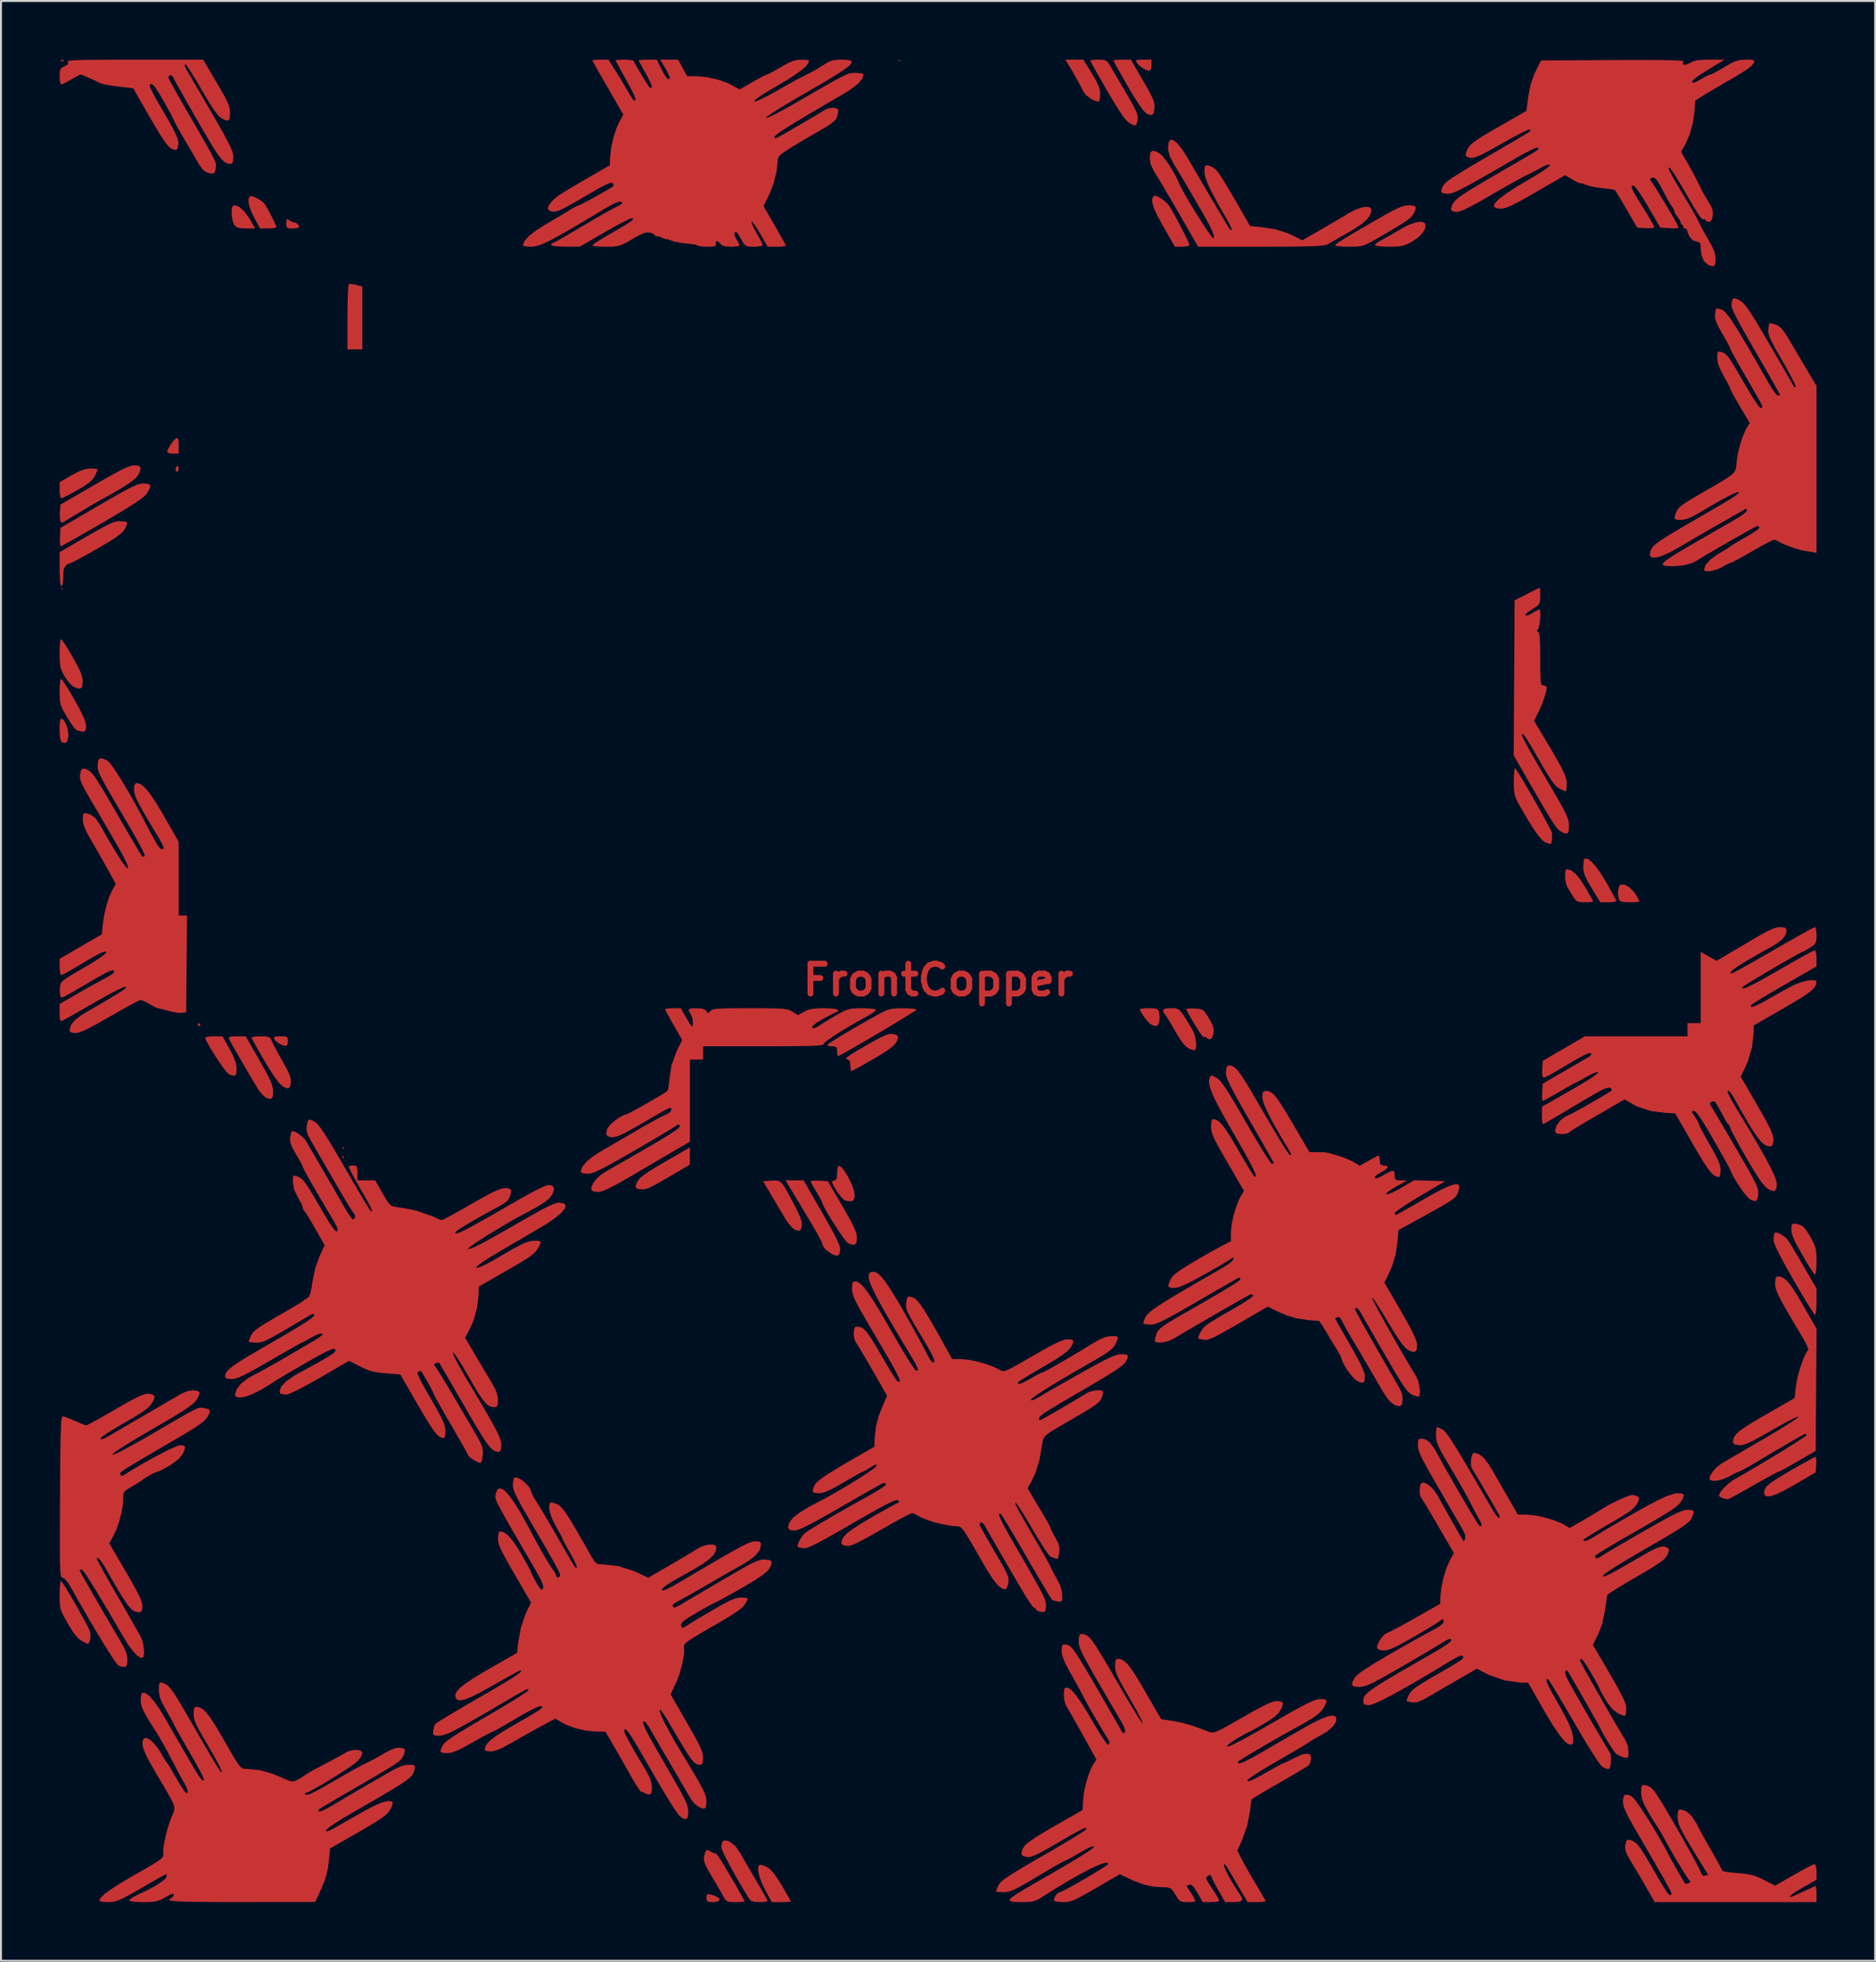
<source format=kicad_pcb>
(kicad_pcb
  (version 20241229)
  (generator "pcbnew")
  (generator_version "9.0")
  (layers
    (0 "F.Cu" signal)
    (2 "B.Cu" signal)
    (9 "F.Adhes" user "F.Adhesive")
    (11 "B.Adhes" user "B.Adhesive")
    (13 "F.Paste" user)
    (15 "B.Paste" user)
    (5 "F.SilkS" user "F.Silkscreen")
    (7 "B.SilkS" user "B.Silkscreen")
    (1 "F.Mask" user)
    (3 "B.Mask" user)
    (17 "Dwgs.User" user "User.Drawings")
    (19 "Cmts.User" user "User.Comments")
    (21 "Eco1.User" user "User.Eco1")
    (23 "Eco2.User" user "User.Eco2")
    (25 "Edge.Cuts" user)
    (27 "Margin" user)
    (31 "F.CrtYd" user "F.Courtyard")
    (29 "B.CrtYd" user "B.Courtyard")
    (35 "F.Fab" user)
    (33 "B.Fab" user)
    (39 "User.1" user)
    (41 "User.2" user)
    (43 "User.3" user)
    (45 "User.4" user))
  (footprint "FrontCopper"
    (layer "F.Cu")
    (at 44.959 47.075)
    (property "Reference" "FrontCopper" (at 0 0 0) (layer "F.Cu") (effects (font (size 1.524 1.524) (thickness 0.3))))
    (attr board_only exclude_from_pos_files exclude_from_bom)
    (fp_poly (pts (xy -44.789 -20.024) (xy -44.831 -19.981) (xy -44.873 -20.024) (xy -44.831 -20.066)) (stroke (width 0) (type solid)) (fill yes) (layer "F.Cu"))
    (fp_poly (pts (xy -30.395 8.594) (xy -30.438 8.636) (xy -30.48 8.594) (xy -30.438 8.551)) (stroke (width 0) (type solid)) (fill yes) (layer "F.Cu"))
    (fp_poly (pts (xy -1.947 -47.032) (xy -1.99 -46.99) (xy -2.032 -47.032) (xy -1.99 -47.075)) (stroke (width 0) (type solid)) (fill yes) (layer "F.Cu"))
    (fp_poly (pts (xy -44.727 -47.041) (xy -44.752 -47.003) (xy -44.838 -46.997) (xy -44.928 -47.017) (xy -44.889 -47.048) (xy -44.757 -47.058)) (stroke (width 0) (type solid)) (fill yes) (layer "F.Cu"))
    (fp_poly (pts (xy -30.424 9.003) (xy -30.413 9.103) (xy -30.424 9.116) (xy -30.474 9.104) (xy -30.48 9.059) (xy -30.449 8.99)) (stroke (width 0) (type solid)) (fill yes) (layer "F.Cu"))
    (fp_poly (pts (xy -38.88 -26.263) (xy -38.862 -26.167) (xy -38.897 -26.027) (xy -38.947 -25.993) (xy -39.023 -26.061) (xy -39.031 -26.115) (xy -38.98 -26.259) (xy -38.947 -26.289)) (stroke (width 0) (type solid)) (fill yes) (layer "F.Cu"))
    (fp_poly (pts (xy -37.765 2.263) (xy -37.761 2.286) (xy -37.79 2.368) (xy -37.799 2.371) (xy -37.871 2.311) (xy -37.888 2.286) (xy -37.882 2.208) (xy -37.851 2.201)) (stroke (width 0) (type solid)) (fill yes) (layer "F.Cu"))
    (fp_poly (pts (xy -11.604 46.776) (xy -11.443 46.829) (xy -11.228 46.94) (xy -11.177 47.049) (xy -11.282 47.13) (xy -11.515 47.159) (xy -11.733 47.148) (xy -11.83 47.093) (xy -11.853 46.966) (xy -11.853 46.948) (xy -11.839 46.8) (xy -11.768 46.746)) (stroke (width 0) (type solid)) (fill yes) (layer "F.Cu"))
    (fp_poly (pts (xy 10.922 -46.778) (xy 10.898 -46.571) (xy 10.809 -46.498) (xy 10.632 -46.552) (xy 10.488 -46.632) (xy 10.293 -46.782) (xy 10.17 -46.921) (xy 10.129 -47.012) (xy 10.174 -47.057) (xy 10.337 -47.073) (xy 10.498 -47.075) (xy 10.922 -47.075)) (stroke (width 0) (type solid)) (fill yes) (layer "F.Cu"))
    (fp_poly (pts (xy -33.419 2.886) (xy -33.309 2.929) (xy -33.276 3.039) (xy -33.274 3.133) (xy -33.303 3.318) (xy -33.405 3.375) (xy -33.604 3.313) (xy -33.708 3.259) (xy -33.887 3.13) (xy -33.981 3.008) (xy -33.98 2.927) (xy -33.874 2.888) (xy -33.652 2.879)) (stroke (width 0) (type solid)) (fill yes) (layer "F.Cu"))
    (fp_poly (pts (xy -29.824 -35.566) (xy -29.774 -35.553) (xy -29.464 -35.467) (xy -29.464 -32.258) (xy -30.226 -32.258) (xy -30.226 -33.904) (xy -30.222 -34.415) (xy -30.213 -34.865) (xy -30.198 -35.23) (xy -30.179 -35.48) (xy -30.157 -35.592) (xy -30.155 -35.594) (xy -30.033 -35.602)) (stroke (width 0) (type solid)) (fill yes) (layer "F.Cu"))
    (fp_poly (pts (xy -38.91 -27.712) (xy -38.872 -27.6) (xy -38.862 -27.35) (xy -38.862 -27.345) (xy -38.862 -26.924) (xy -39.158 -26.924) (xy -39.354 -26.944) (xy -39.452 -26.993) (xy -39.455 -27.004) (xy -39.406 -27.155) (xy -39.288 -27.364) (xy -39.143 -27.568) (xy -39.014 -27.701) (xy -38.985 -27.718)) (stroke (width 0) (type solid)) (fill yes) (layer "F.Cu"))
    (fp_poly (pts (xy -44.754 -13.301) (xy -44.636 -13.108) (xy -44.547 -12.849) (xy -44.509 -12.575) (xy -44.514 -12.467) (xy -44.561 -12.225) (xy -44.651 -12.127) (xy -44.811 -12.148) (xy -44.852 -12.163) (xy -44.903 -12.259) (xy -44.938 -12.464) (xy -44.957 -12.727) (xy -44.959 -12.999) (xy -44.941 -13.227) (xy -44.904 -13.361) (xy -44.88 -13.377)) (stroke (width 0) (type solid)) (fill yes) (layer "F.Cu"))
    (fp_poly (pts (xy -35.766 -39.546) (xy -35.517 -39.324) (xy -35.262 -38.979) (xy -35.179 -38.841) (xy -34.951 -38.439) (xy -35.42 -38.439) (xy -35.71 -38.451) (xy -35.886 -38.499) (xy -36.001 -38.6) (xy -36.021 -38.627) (xy -36.105 -38.835) (xy -36.15 -39.124) (xy -36.153 -39.22) (xy -36.143 -39.467) (xy -36.101 -39.588) (xy -36.01 -39.623) (xy -35.988 -39.624)) (stroke (width 0) (type solid)) (fill yes) (layer "F.Cu"))
    (fp_poly (pts (xy -33.155 -38.833) (xy -33.147 -38.827) (xy -33 -38.746) (xy -32.935 -38.742) (xy -32.935 -38.743) (xy -32.883 -38.744) (xy -32.808 -38.693) (xy -32.693 -38.558) (xy -32.735 -38.475) (xy -32.938 -38.44) (xy -33.02 -38.439) (xy -33.237 -38.448) (xy -33.334 -38.503) (xy -33.358 -38.64) (xy -33.359 -38.702) (xy -33.351 -38.88) (xy -33.298 -38.915)) (stroke (width 0) (type solid)) (fill yes) (layer "F.Cu"))
    (fp_poly (pts (xy 35.137 -4.878) (xy 35.376 -4.745) (xy 35.609 -4.511) (xy 35.699 -4.384) (xy 35.82 -4.183) (xy 35.891 -4.047) (xy 35.899 -4.023) (xy 35.822 -4) (xy 35.622 -3.984) (xy 35.4 -3.979) (xy 35.094 -3.992) (xy 34.921 -4.036) (xy 34.849 -4.113) (xy 34.799 -4.351) (xy 34.804 -4.601) (xy 34.857 -4.801) (xy 34.931 -4.882)) (stroke (width 0) (type solid)) (fill yes) (layer "F.Cu"))
    (fp_poly (pts (xy 11.064 1.447) (xy 11.212 1.482) (xy 11.283 1.562) (xy 11.308 1.641) (xy 11.341 1.91) (xy 11.313 2.154) (xy 11.235 2.316) (xy 11.176 2.351) (xy 11.014 2.323) (xy 10.865 2.246) (xy 10.724 2.11) (xy 10.561 1.908) (xy 10.419 1.696) (xy 10.336 1.53) (xy 10.329 1.493) (xy 10.406 1.463) (xy 10.603 1.444) (xy 10.793 1.439)) (stroke (width 0) (type solid)) (fill yes) (layer "F.Cu"))
    (fp_poly (pts (xy -12.706 9.44) (xy -13.759 10.059) (xy -14.207 10.319) (xy -14.54 10.503) (xy -14.784 10.621) (xy -14.967 10.684) (xy -15.119 10.705) (xy -15.266 10.694) (xy -15.303 10.688) (xy -15.445 10.647) (xy -15.483 10.561) (xy -15.425 10.39) (xy -15.369 10.274) (xy -15.273 10.147) (xy -15.091 9.991) (xy -14.805 9.792) (xy -14.397 9.54) (xy -13.972 9.292) (xy -12.7 8.559)) (stroke (width 0) (type solid)) (fill yes) (layer "F.Cu"))
    (fp_poly (pts (xy 7.867 -46.377) (xy 8.086 -46.003) (xy 8.219 -45.723) (xy 8.284 -45.495) (xy 8.297 -45.323) (xy 8.284 -45.094) (xy 8.249 -44.949) (xy 8.234 -44.929) (xy 8.126 -44.94) (xy 7.931 -45.015) (xy 7.846 -45.056) (xy 7.558 -45.272) (xy 7.408 -45.496) (xy 7.312 -45.696) (xy 7.156 -45.987) (xy 6.97 -46.316) (xy 6.908 -46.422) (xy 6.522 -47.075) (xy 7.436 -47.075)) (stroke (width 0) (type solid)) (fill yes) (layer "F.Cu"))
    (fp_poly (pts (xy -36.618 2.882) (xy -36.258 3.527) (xy -36.056 3.92) (xy -35.942 4.224) (xy -35.9 4.487) (xy -35.899 4.541) (xy -35.918 4.791) (xy -35.995 4.894) (xy -36.161 4.868) (xy -36.308 4.804) (xy -36.412 4.705) (xy -36.575 4.496) (xy -36.775 4.212) (xy -36.988 3.889) (xy -37.191 3.565) (xy -37.361 3.274) (xy -37.473 3.053) (xy -37.507 2.947) (xy -37.431 2.909) (xy -37.235 2.885) (xy -37.063 2.88)) (stroke (width 0) (type solid)) (fill yes) (layer "F.Cu"))
    (fp_poly (pts (xy -35.096 -40.085) (xy -34.894 -40.007) (xy -34.678 -39.885) (xy -34.509 -39.747) (xy -34.483 -39.717) (xy -34.383 -39.561) (xy -34.249 -39.324) (xy -34.106 -39.053) (xy -33.979 -38.794) (xy -33.891 -38.597) (xy -33.867 -38.516) (xy -33.943 -38.472) (xy -34.137 -38.444) (xy -34.283 -38.439) (xy -34.699 -38.439) (xy -34.988 -38.968) (xy -35.165 -39.343) (xy -35.27 -39.674) (xy -35.296 -39.93) (xy -35.236 -40.079) (xy -35.225 -40.088)) (stroke (width 0) (type solid)) (fill yes) (layer "F.Cu"))
    (fp_poly (pts (xy -9.025 45.259) (xy -8.826 45.329) (xy -8.768 45.358) (xy -8.589 45.483) (xy -8.4 45.692) (xy -8.18 46.012) (xy -8.003 46.301) (xy -7.813 46.625) (xy -7.661 46.892) (xy -7.563 47.069) (xy -7.535 47.126) (xy -7.612 47.144) (xy -7.811 47.156) (xy -8.022 47.159) (xy -8.509 47.158) (xy -8.845 46.545) (xy -9.032 46.156) (xy -9.157 45.799) (xy -9.212 45.506) (xy -9.19 45.309) (xy -9.145 45.255)) (stroke (width 0) (type solid)) (fill yes) (layer "F.Cu"))
    (fp_poly (pts (xy -4.965 9.55) (xy -4.798 9.756) (xy -4.612 10.053) (xy -4.412 10.45) (xy -4.295 10.799) (xy -4.265 11.077) (xy -4.326 11.259) (xy -4.446 11.32) (xy -4.661 11.297) (xy -4.788 11.251) (xy -4.924 11.134) (xy -5.097 10.921) (xy -5.226 10.726) (xy -5.368 10.483) (xy -5.427 10.348) (xy -5.41 10.285) (xy -5.328 10.26) (xy -5.223 10.21) (xy -5.175 10.076) (xy -5.165 9.858) (xy -5.144 9.602) (xy -5.078 9.499)) (stroke (width 0) (type solid)) (fill yes) (layer "F.Cu"))
    (fp_poly (pts (xy -43.157 -26.154) (xy -43.026 -26.134) (xy -43.011 -26.123) (xy -43.044 -26.028) (xy -43.126 -25.842) (xy -43.153 -25.785) (xy -43.264 -25.613) (xy -43.443 -25.443) (xy -43.722 -25.251) (xy -44.041 -25.062) (xy -44.363 -24.884) (xy -44.634 -24.742) (xy -44.817 -24.656) (xy -44.873 -24.638) (xy -44.922 -24.714) (xy -44.953 -24.908) (xy -44.958 -25.05) (xy -44.958 -25.463) (xy -44.354 -25.812) (xy -43.979 -26.012) (xy -43.685 -26.123) (xy -43.423 -26.161) (xy -43.38 -26.162)) (stroke (width 0) (type solid)) (fill yes) (layer "F.Cu"))
    (fp_poly (pts (xy 32.402 -5.612) (xy 32.644 -5.42) (xy 32.908 -5.086) (xy 33.111 -4.765) (xy 33.29 -4.459) (xy 33.43 -4.211) (xy 33.513 -4.055) (xy 33.528 -4.019) (xy 33.452 -3.996) (xy 33.257 -3.982) (xy 33.106 -3.979) (xy 32.845 -3.99) (xy 32.687 -4.044) (xy 32.563 -4.176) (xy 32.484 -4.297) (xy 32.335 -4.541) (xy 32.211 -4.755) (xy 32.187 -4.799) (xy 32.127 -4.982) (xy 32.096 -5.218) (xy 32.093 -5.449) (xy 32.121 -5.619) (xy 32.169 -5.673)) (stroke (width 0) (type solid)) (fill yes) (layer "F.Cu"))
    (fp_poly (pts (xy 33.235 -6.208) (xy 33.438 -6.059) (xy 33.686 -5.775) (xy 33.969 -5.37) (xy 34.183 -5.019) (xy 34.386 -4.666) (xy 34.552 -4.366) (xy 34.667 -4.15) (xy 34.713 -4.046) (xy 34.713 -4.043) (xy 34.637 -4.006) (xy 34.443 -3.983) (xy 34.303 -3.979) (xy 33.893 -3.979) (xy 33.456 -4.694) (xy 33.241 -5.061) (xy 33.108 -5.335) (xy 33.04 -5.558) (xy 33.02 -5.774) (xy 33.02 -5.789) (xy 33.034 -6.028) (xy 33.069 -6.185) (xy 33.089 -6.213)) (stroke (width 0) (type solid)) (fill yes) (layer "F.Cu"))
    (fp_poly (pts (xy 44.937 24.46) (xy 44.947 24.652) (xy 44.941 24.782) (xy 44.916 25.18) (xy 43.857 25.797) (xy 43.324 26.094) (xy 42.913 26.292) (xy 42.612 26.395) (xy 42.409 26.407) (xy 42.292 26.332) (xy 42.288 26.326) (xy 42.278 26.19) (xy 42.328 26.009) (xy 42.416 25.886) (xy 42.6 25.729) (xy 42.896 25.527) (xy 43.319 25.267) (xy 43.635 25.082) (xy 44.043 24.849) (xy 44.4 24.649) (xy 44.68 24.496) (xy 44.858 24.404) (xy 44.907 24.384)) (stroke (width 0) (type solid)) (fill yes) (layer "F.Cu"))
    (fp_poly (pts (xy 11.335 -40.026) (xy 11.548 -39.881) (xy 11.742 -39.704) (xy 11.832 -39.592) (xy 11.949 -39.401) (xy 12.106 -39.121) (xy 12.286 -38.79) (xy 12.468 -38.441) (xy 12.636 -38.11) (xy 12.77 -37.834) (xy 12.852 -37.646) (xy 12.869 -37.588) (xy 12.794 -37.54) (xy 12.603 -37.511) (xy 12.495 -37.507) (xy 12.12 -37.507) (xy 11.526 -38.545) (xy 11.247 -39.054) (xy 11.063 -39.445) (xy 10.968 -39.736) (xy 10.956 -39.945) (xy 11.022 -40.09) (xy 11.037 -40.106) (xy 11.15 -40.112)) (stroke (width 0) (type solid)) (fill yes) (layer "F.Cu"))
    (fp_poly (pts (xy -8.198 10.26) (xy -8.08 10.311) (xy -7.967 10.423) (xy -7.836 10.617) (xy -7.667 10.916) (xy -7.44 11.339) (xy -7.405 11.405) (xy -7.186 11.833) (xy -7.048 12.147) (xy -6.981 12.377) (xy -6.973 12.544) (xy -7.021 12.76) (xy -7.123 12.828) (xy -7.316 12.769) (xy -7.35 12.753) (xy -7.501 12.629) (xy -7.683 12.411) (xy -7.8 12.234) (xy -7.956 11.972) (xy -8.165 11.622) (xy -8.392 11.24) (xy -8.505 11.049) (xy -8.957 10.287) (xy -8.524 10.261) (xy -8.338 10.251)) (stroke (width 0) (type solid)) (fill yes) (layer "F.Cu"))
    (fp_poly (pts (xy 10.484 -46.013) (xy 10.731 -45.581) (xy 10.902 -45.263) (xy 11.008 -45.028) (xy 11.063 -44.847) (xy 11.078 -44.689) (xy 11.075 -44.601) (xy 11.035 -44.344) (xy 10.946 -44.236) (xy 10.784 -44.262) (xy 10.662 -44.321) (xy 10.526 -44.45) (xy 10.323 -44.722) (xy 10.061 -45.124) (xy 9.748 -45.646) (xy 9.71 -45.712) (xy 9.47 -46.13) (xy 9.263 -46.495) (xy 9.103 -46.783) (xy 9.003 -46.97) (xy 8.975 -47.03) (xy 9.051 -47.055) (xy 9.247 -47.071) (xy 9.421 -47.075) (xy 9.867 -47.075)) (stroke (width 0) (type solid)) (fill yes) (layer "F.Cu"))
    (fp_poly (pts (xy 24.9 -38.722) (xy 24.943 -38.658) (xy 24.937 -38.452) (xy 24.798 -38.211) (xy 24.548 -37.965) (xy 24.261 -37.771) (xy 24.009 -37.638) (xy 23.792 -37.559) (xy 23.55 -37.52) (xy 23.221 -37.508) (xy 23.073 -37.507) (xy 22.731 -37.516) (xy 22.482 -37.541) (xy 22.359 -37.578) (xy 22.352 -37.59) (xy 22.421 -37.674) (xy 22.596 -37.793) (xy 22.712 -37.857) (xy 22.961 -37.991) (xy 23.29 -38.178) (xy 23.632 -38.38) (xy 23.68 -38.409) (xy 24.088 -38.625) (xy 24.443 -38.752) (xy 24.721 -38.786)) (stroke (width 0) (type solid)) (fill yes) (layer "F.Cu"))
    (fp_poly (pts (xy -44.821 -17.372) (xy -44.691 -17.183) (xy -44.515 -16.902) (xy -44.312 -16.558) (xy -44.295 -16.529) (xy -44.059 -16.102) (xy -43.902 -15.784) (xy -43.813 -15.54) (xy -43.776 -15.338) (xy -43.773 -15.259) (xy -43.802 -15.009) (xy -43.903 -14.903) (xy -44.093 -14.933) (xy -44.267 -15.017) (xy -44.421 -15.151) (xy -44.601 -15.376) (xy -44.71 -15.543) (xy -44.832 -15.768) (xy -44.905 -15.971) (xy -44.943 -16.209) (xy -44.956 -16.537) (xy -44.957 -16.701) (xy -44.95 -17.031) (xy -44.93 -17.285) (xy -44.902 -17.426) (xy -44.888 -17.441)) (stroke (width 0) (type solid)) (fill yes) (layer "F.Cu"))
    (fp_poly (pts (xy 13.141 1.456) (xy 13.38 1.476) (xy 13.536 1.523) (xy 13.657 1.634) (xy 13.794 1.841) (xy 13.866 1.961) (xy 14.025 2.252) (xy 14.099 2.464) (xy 14.106 2.655) (xy 14.093 2.744) (xy 14.013 2.975) (xy 13.893 3.043) (xy 13.733 2.946) (xy 13.648 2.891) (xy 13.631 2.91) (xy 13.593 2.93) (xy 13.485 2.81) (xy 13.313 2.559) (xy 13.085 2.189) (xy 13.058 2.144) (xy 12.894 1.859) (xy 12.769 1.632) (xy 12.705 1.5) (xy 12.7 1.484) (xy 12.776 1.458) (xy 12.972 1.45)) (stroke (width 0) (type solid)) (fill yes) (layer "F.Cu"))
    (fp_poly (pts (xy -35.887 2.88) (xy -35.433 2.882) (xy -34.734 4.099) (xy -34.468 4.57) (xy -34.277 4.925) (xy -34.151 5.191) (xy -34.077 5.397) (xy -34.043 5.571) (xy -34.036 5.706) (xy -34.054 5.965) (xy -34.125 6.077) (xy -34.277 6.063) (xy -34.421 6) (xy -34.562 5.882) (xy -34.734 5.671) (xy -34.836 5.519) (xy -35.03 5.197) (xy -35.255 4.818) (xy -35.492 4.412) (xy -35.727 4.008) (xy -35.941 3.636) (xy -36.119 3.323) (xy -36.242 3.1) (xy -36.294 2.998) (xy -36.285 2.927) (xy -36.168 2.891) (xy -35.914 2.88)) (stroke (width 0) (type solid)) (fill yes) (layer "F.Cu"))
    (fp_poly (pts (xy -5.933 11.893) (xy -5.611 12.458) (xy -5.368 12.897) (xy -5.196 13.231) (xy -5.085 13.477) (xy -5.026 13.656) (xy -5.009 13.785) (xy -5.011 13.812) (xy -5.058 14.027) (xy -5.162 14.103) (xy -5.352 14.05) (xy -5.461 13.995) (xy -5.746 13.795) (xy -5.902 13.579) (xy -5.924 13.478) (xy -5.967 13.372) (xy -6.084 13.148) (xy -6.261 12.83) (xy -6.483 12.445) (xy -6.7 12.081) (xy -6.964 11.642) (xy -7.208 11.235) (xy -7.416 10.889) (xy -7.569 10.635) (xy -7.638 10.52) (xy -7.803 10.245) (xy -6.881 10.245)) (stroke (width 0) (type solid)) (fill yes) (layer "F.Cu"))
    (fp_poly (pts (xy -44.817 -15.34) (xy -44.686 -15.148) (xy -44.506 -14.861) (xy -44.294 -14.504) (xy -44.206 -14.351) (xy -43.931 -13.851) (xy -43.744 -13.472) (xy -43.637 -13.194) (xy -43.603 -12.999) (xy -43.603 -12.997) (xy -43.62 -12.795) (xy -43.691 -12.714) (xy -43.794 -12.703) (xy -44.017 -12.754) (xy -44.13 -12.816) (xy -44.241 -12.94) (xy -44.402 -13.167) (xy -44.583 -13.453) (xy -44.617 -13.511) (xy -44.791 -13.821) (xy -44.893 -14.058) (xy -44.942 -14.291) (xy -44.957 -14.589) (xy -44.958 -14.752) (xy -44.949 -15.061) (xy -44.926 -15.292) (xy -44.892 -15.405) (xy -44.884 -15.409)) (stroke (width 0) (type solid)) (fill yes) (layer "F.Cu"))
    (fp_poly (pts (xy -34.395 2.885) (xy -34.24 2.921) (xy -34.15 3.01) (xy -34.08 3.158) (xy -33.987 3.352) (xy -33.833 3.644) (xy -33.644 3.987) (xy -33.53 4.188) (xy -33.317 4.574) (xy -33.187 4.857) (xy -33.127 5.072) (xy -33.122 5.236) (xy -33.165 5.463) (xy -33.261 5.545) (xy -33.437 5.491) (xy -33.568 5.414) (xy -33.731 5.258) (xy -33.956 4.96) (xy -34.234 4.533) (xy -34.476 4.13) (xy -34.703 3.737) (xy -34.896 3.396) (xy -35.041 3.133) (xy -35.122 2.975) (xy -35.134 2.942) (xy -35.059 2.908) (xy -34.862 2.884) (xy -34.667 2.879)) (stroke (width 0) (type solid)) (fill yes) (layer "F.Cu"))
    (fp_poly (pts (xy 12.091 1.442) (xy 12.222 1.463) (xy 12.336 1.525) (xy 12.455 1.648) (xy 12.601 1.855) (xy 12.794 2.166) (xy 13.025 2.55) (xy 13.124 2.782) (xy 13.189 3.057) (xy 13.213 3.32) (xy 13.19 3.517) (xy 13.145 3.583) (xy 13.032 3.575) (xy 12.844 3.506) (xy 12.823 3.496) (xy 12.657 3.374) (xy 12.469 3.147) (xy 12.243 2.795) (xy 12.117 2.575) (xy 11.926 2.245) (xy 11.761 1.972) (xy 11.641 1.79) (xy 11.591 1.731) (xy 11.521 1.613) (xy 11.515 1.561) (xy 11.567 1.482) (xy 11.743 1.445) (xy 11.924 1.439)) (stroke (width 0) (type solid)) (fill yes) (layer "F.Cu"))
    (fp_poly (pts (xy 43.947 12.477) (xy 44.129 12.527) (xy 44.273 12.614) (xy 44.412 12.77) (xy 44.577 13.028) (xy 44.687 13.218) (xy 44.826 13.481) (xy 44.908 13.704) (xy 44.947 13.952) (xy 44.958 14.291) (xy 44.958 14.382) (xy 44.95 14.7) (xy 44.927 14.94) (xy 44.895 15.063) (xy 44.883 15.071) (xy 44.816 15.001) (xy 44.685 14.811) (xy 44.507 14.527) (xy 44.3 14.176) (xy 44.253 14.095) (xy 44.016 13.673) (xy 43.853 13.365) (xy 43.75 13.137) (xy 43.695 12.958) (xy 43.676 12.794) (xy 43.678 12.626) (xy 43.706 12.49) (xy 43.804 12.455)) (stroke (width 0) (type solid)) (fill yes) (layer "F.Cu"))
    (fp_poly (pts (xy -10.758 44.028) (xy -10.66 44.07) (xy -10.373 44.295) (xy -10.129 44.646) (xy -9.991 44.89) (xy -9.792 45.234) (xy -9.558 45.634) (xy -9.316 46.045) (xy -9.303 46.066) (xy -9.089 46.431) (xy -8.911 46.742) (xy -8.783 46.973) (xy -8.723 47.094) (xy -8.721 47.103) (xy -8.797 47.135) (xy -8.991 47.156) (xy -9.142 47.159) (xy -9.415 47.144) (xy -9.577 47.087) (xy -9.681 46.969) (xy -9.982 46.473) (xy -10.272 45.977) (xy -10.537 45.506) (xy -10.764 45.084) (xy -10.941 44.735) (xy -11.054 44.484) (xy -11.09 44.358) (xy -11.058 44.104) (xy -10.953 43.998)) (stroke (width 0) (type solid)) (fill yes) (layer "F.Cu"))
    (fp_poly (pts (xy -6.08 10.261) (xy -5.641 10.287) (xy -4.899 11.557) (xy -4.617 12.047) (xy -4.413 12.42) (xy -4.277 12.701) (xy -4.196 12.915) (xy -4.159 13.089) (xy -4.153 13.187) (xy -4.178 13.436) (xy -4.274 13.542) (xy -4.464 13.517) (xy -4.619 13.451) (xy -4.712 13.357) (xy -4.867 13.15) (xy -5.064 12.864) (xy -5.281 12.533) (xy -5.496 12.19) (xy -5.688 11.87) (xy -5.835 11.605) (xy -5.917 11.43) (xy -5.927 11.39) (xy -5.968 11.29) (xy -6.075 11.089) (xy -6.223 10.837) (xy -6.373 10.583) (xy -6.479 10.387) (xy -6.519 10.293) (xy -6.443 10.265) (xy -6.248 10.256)) (stroke (width 0) (type solid)) (fill yes) (layer "F.Cu"))
    (fp_poly (pts (xy -2.301 2.761) (xy -2.108 2.818) (xy -2.044 2.913) (xy -2.094 3.086) (xy -2.154 3.207) (xy -2.291 3.366) (xy -2.571 3.58) (xy -2.998 3.853) (xy -3.33 4.049) (xy -3.71 4.266) (xy -4.036 4.448) (xy -4.281 4.581) (xy -4.418 4.65) (xy -4.436 4.657) (xy -4.47 4.582) (xy -4.487 4.4) (xy -4.487 4.366) (xy -4.509 4.16) (xy -4.595 4.069) (xy -4.678 4.048) (xy -4.714 4.015) (xy -4.643 3.935) (xy -4.452 3.801) (xy -4.133 3.604) (xy -3.72 3.364) (xy -3.269 3.11) (xy -2.936 2.932) (xy -2.695 2.821) (xy -2.52 2.764) (xy -2.385 2.751)) (stroke (width 0) (type solid)) (fill yes) (layer "F.Cu"))
    (fp_poly (pts (xy -44.826 30.804) (xy -44.7 30.993) (xy -44.527 31.274) (xy -44.324 31.617) (xy -44.107 31.993) (xy -43.892 32.373) (xy -43.697 32.728) (xy -43.538 33.029) (xy -43.431 33.248) (xy -43.398 33.33) (xy -43.377 33.513) (xy -43.397 33.721) (xy -43.446 33.888) (xy -43.507 33.948) (xy -43.611 33.909) (xy -43.797 33.818) (xy -43.839 33.796) (xy -44.034 33.644) (xy -44.25 33.375) (xy -44.504 32.97) (xy -44.538 32.912) (xy -44.73 32.571) (xy -44.852 32.322) (xy -44.92 32.112) (xy -44.95 31.885) (xy -44.958 31.588) (xy -44.958 31.456) (xy -44.95 31.13) (xy -44.93 30.881) (xy -44.901 30.747) (xy -44.888 30.734)) (stroke (width 0) (type solid)) (fill yes) (layer "F.Cu"))
    (fp_poly (pts (xy -40.904 -26.304) (xy -40.813 -26.208) (xy -40.845 -26.02) (xy -40.934 -25.828) (xy -41.064 -25.671) (xy -41.318 -25.468) (xy -41.705 -25.213) (xy -42.232 -24.901) (xy -42.824 -24.573) (xy -43.053 -24.444) (xy -43.377 -24.256) (xy -43.743 -24.039) (xy -43.967 -23.905) (xy -44.291 -23.709) (xy -44.563 -23.545) (xy -44.748 -23.433) (xy -44.81 -23.395) (xy -44.891 -23.425) (xy -44.922 -23.48) (xy -44.945 -23.638) (xy -44.947 -23.882) (xy -44.942 -23.96) (xy -44.916 -24.318) (xy -43.18 -25.323) (xy -42.59 -25.661) (xy -42.125 -25.919) (xy -41.767 -26.106) (xy -41.498 -26.23) (xy -41.299 -26.301) (xy -41.153 -26.328) (xy -41.127 -26.329)) (stroke (width 0) (type solid)) (fill yes) (layer "F.Cu"))
    (fp_poly (pts (xy -40.418 -25.379) (xy -40.314 -25.301) (xy -40.34 -25.146) (xy -40.491 -24.89) (xy -40.495 -24.883) (xy -40.599 -24.767) (xy -40.781 -24.617) (xy -41.055 -24.425) (xy -41.434 -24.182) (xy -41.931 -23.879) (xy -42.561 -23.508) (xy -42.76 -23.392) (xy -43.297 -23.08) (xy -43.787 -22.799) (xy -44.211 -22.558) (xy -44.55 -22.368) (xy -44.784 -22.241) (xy -44.894 -22.186) (xy -44.899 -22.185) (xy -44.931 -22.26) (xy -44.945 -22.456) (xy -44.941 -22.655) (xy -44.916 -23.128) (xy -42.968 -24.263) (xy -42.365 -24.613) (xy -41.887 -24.885) (xy -41.516 -25.087) (xy -41.232 -25.23) (xy -41.017 -25.323) (xy -40.851 -25.376) (xy -40.715 -25.397) (xy -40.661 -25.399)) (stroke (width 0) (type solid)) (fill yes) (layer "F.Cu"))
    (fp_poly (pts (xy 29.587 -10.764) (xy 29.713 -10.57) (xy 29.89 -10.279) (xy 30.105 -9.917) (xy 30.342 -9.509) (xy 30.587 -9.082) (xy 30.825 -8.661) (xy 31.041 -8.271) (xy 31.22 -7.938) (xy 31.349 -7.689) (xy 31.411 -7.549) (xy 31.414 -7.535) (xy 31.427 -7.308) (xy 31.411 -7.099) (xy 31.373 -6.969) (xy 31.348 -6.952) (xy 31.229 -6.987) (xy 31.068 -7.047) (xy 30.917 -7.158) (xy 30.717 -7.393) (xy 30.461 -7.76) (xy 30.145 -8.267) (xy 29.783 -8.887) (xy 29.624 -9.18) (xy 29.529 -9.411) (xy 29.483 -9.646) (xy 29.467 -9.954) (xy 29.466 -10.139) (xy 29.472 -10.458) (xy 29.49 -10.7) (xy 29.517 -10.825) (xy 29.527 -10.834)) (stroke (width 0) (type solid)) (fill yes) (layer "F.Cu"))
    (fp_poly (pts (xy 42.957 12.922) (xy 43.142 13.006) (xy 43.329 13.128) (xy 43.452 13.248) (xy 43.552 13.392) (xy 43.6 13.462) (xy 43.672 13.578) (xy 43.812 13.811) (xy 44.001 14.131) (xy 44.223 14.509) (xy 44.323 14.682) (xy 44.958 15.775) (xy 44.958 16.434) (xy 44.95 16.75) (xy 44.93 16.994) (xy 44.902 17.122) (xy 44.895 17.13) (xy 44.837 17.071) (xy 44.708 16.883) (xy 44.52 16.586) (xy 44.285 16.2) (xy 44.016 15.744) (xy 43.794 15.361) (xy 43.442 14.742) (xy 43.173 14.251) (xy 42.977 13.873) (xy 42.848 13.591) (xy 42.777 13.389) (xy 42.757 13.259) (xy 42.778 13.047) (xy 42.831 12.92) (xy 42.839 12.913)) (stroke (width 0) (type solid)) (fill yes) (layer "F.Cu"))
    (fp_poly (pts (xy -11.727 44.518) (xy -11.634 44.574) (xy -11.49 44.654) (xy -11.43 44.658) (xy -11.382 44.666) (xy -11.308 44.729) (xy -11.234 44.833) (xy -11.097 45.048) (xy -10.916 45.344) (xy -10.709 45.69) (xy -10.494 46.056) (xy -10.289 46.41) (xy -10.111 46.723) (xy -9.979 46.964) (xy -9.911 47.101) (xy -9.906 47.119) (xy -9.983 47.141) (xy -10.18 47.156) (xy -10.369 47.159) (xy -10.642 47.151) (xy -10.801 47.112) (xy -10.901 47.017) (xy -10.966 46.903) (xy -11.065 46.722) (xy -11.227 46.441) (xy -11.425 46.104) (xy -11.564 45.871) (xy -11.777 45.505) (xy -11.909 45.245) (xy -11.974 45.058) (xy -11.985 44.909) (xy -11.974 44.836) (xy -11.911 44.595) (xy -11.839 44.497)) (stroke (width 0) (type solid)) (fill yes) (layer "F.Cu"))
    (fp_poly (pts (xy 8.463 -47.065) (xy 8.617 -47.01) (xy 8.737 -46.875) (xy 8.82 -46.739) (xy 8.94 -46.535) (xy 9.121 -46.227) (xy 9.339 -45.855) (xy 9.571 -45.462) (xy 9.579 -45.447) (xy 9.843 -44.994) (xy 10.028 -44.657) (xy 10.146 -44.41) (xy 10.207 -44.225) (xy 10.223 -44.076) (xy 10.203 -43.935) (xy 10.197 -43.907) (xy 10.145 -43.75) (xy 10.069 -43.702) (xy 9.925 -43.758) (xy 9.771 -43.848) (xy 9.636 -43.967) (xy 9.458 -44.191) (xy 9.228 -44.531) (xy 8.939 -45.001) (xy 8.649 -45.494) (xy 8.389 -45.946) (xy 8.16 -46.347) (xy 7.976 -46.675) (xy 7.849 -46.907) (xy 7.791 -47.02) (xy 7.789 -47.027) (xy 7.865 -47.054) (xy 8.06 -47.072) (xy 8.206 -47.075)) (stroke (width 0) (type solid)) (fill yes) (layer "F.Cu"))
    (fp_poly (pts (xy -41.657 -23.453) (xy -41.519 -23.423) (xy -41.505 -23.415) (xy -41.512 -23.319) (xy -41.586 -23.137) (xy -41.616 -23.078) (xy -41.709 -22.947) (xy -41.86 -22.804) (xy -42.092 -22.633) (xy -42.426 -22.42) (xy -42.883 -22.149) (xy -43.034 -22.062) (xy -43.453 -21.823) (xy -43.826 -21.617) (xy -44.125 -21.458) (xy -44.324 -21.359) (xy -44.393 -21.333) (xy -44.591 -21.253) (xy -44.729 -21.065) (xy -44.761 -20.913) (xy -44.772 -20.535) (xy -44.793 -20.3) (xy -44.828 -20.181) (xy -44.873 -20.151) (xy -44.912 -20.231) (xy -44.94 -20.458) (xy -44.955 -20.806) (xy -44.957 -21.018) (xy -44.955 -21.886) (xy -43.581 -22.683) (xy -43.071 -22.975) (xy -42.682 -23.188) (xy -42.389 -23.333) (xy -42.17 -23.421) (xy -42.001 -23.463) (xy -41.879 -23.47)) (stroke (width 0) (type solid)) (fill yes) (layer "F.Cu"))
    (fp_poly (pts (xy 24.345 -39.607) (xy 24.45 -39.536) (xy 24.426 -39.379) (xy 24.343 -39.203) (xy 24.275 -39.098) (xy 24.167 -38.986) (xy 24 -38.854) (xy 23.757 -38.69) (xy 23.417 -38.481) (xy 22.964 -38.213) (xy 22.488 -37.939) (xy 22.143 -37.744) (xy 21.891 -37.619) (xy 21.682 -37.548) (xy 21.461 -37.516) (xy 21.178 -37.508) (xy 21.028 -37.507) (xy 20.706 -37.514) (xy 20.461 -37.533) (xy 20.333 -37.56) (xy 20.323 -37.571) (xy 20.347 -37.613) (xy 20.424 -37.679) (xy 20.57 -37.78) (xy 20.8 -37.925) (xy 21.127 -38.122) (xy 21.567 -38.38) (xy 22.134 -38.71) (xy 22.378 -38.851) (xy 22.874 -39.134) (xy 23.251 -39.34) (xy 23.535 -39.481) (xy 23.752 -39.567) (xy 23.926 -39.611) (xy 24.084 -39.624) (xy 24.093 -39.624)) (stroke (width 0) (type solid)) (fill yes) (layer "F.Cu"))
    (fp_poly (pts (xy -1.479 1.449) (xy -1.236 1.47) (xy -1.11 1.501) (xy -1.101 1.513) (xy -1.17 1.568) (xy -1.364 1.694) (xy -1.658 1.877) (xy -2.031 2.104) (xy -2.459 2.362) (xy -2.919 2.636) (xy -3.389 2.913) (xy -3.846 3.181) (xy -4.266 3.424) (xy -4.627 3.63) (xy -4.906 3.786) (xy -5.081 3.876) (xy -5.127 3.895) (xy -5.154 3.821) (xy -5.165 3.643) (xy -5.165 3.641) (xy -5.186 3.461) (xy -5.285 3.394) (xy -5.419 3.387) (xy -5.596 3.368) (xy -5.671 3.324) (xy -5.671 3.323) (xy -5.599 3.256) (xy -5.396 3.118) (xy -5.082 2.921) (xy -4.673 2.676) (xy -4.188 2.393) (xy -3.646 2.084) (xy -3.217 1.844) (xy -2.875 1.658) (xy -2.623 1.541) (xy -2.405 1.477) (xy -2.164 1.449) (xy -1.845 1.442) (xy -1.799 1.442)) (stroke (width 0) (type solid)) (fill yes) (layer "F.Cu"))
    (fp_poly (pts (xy 30.809 -19.99) (xy 30.817 -19.795) (xy 30.819 -19.641) (xy 30.81 -19.387) (xy 30.76 -19.231) (xy 30.632 -19.108) (xy 30.438 -18.985) (xy 30.223 -18.844) (xy 30.085 -18.732) (xy 30.057 -18.691) (xy 30.098 -18.632) (xy 30.234 -18.67) (xy 30.461 -18.796) (xy 30.649 -18.905) (xy 30.767 -18.963) (xy 30.778 -18.965) (xy 30.813 -18.891) (xy 30.824 -18.705) (xy 30.814 -18.462) (xy 30.787 -18.218) (xy 30.747 -18.028) (xy 30.713 -17.956) (xy 30.649 -17.855) (xy 30.713 -17.805) (xy 30.756 -17.741) (xy 30.786 -17.573) (xy 30.806 -17.285) (xy 30.816 -16.858) (xy 30.819 -16.418) (xy 30.82 -15.913) (xy 30.825 -15.553) (xy 30.837 -15.313) (xy 30.859 -15.17) (xy 30.895 -15.098) (xy 30.947 -15.073) (xy 30.988 -15.071) (xy 31.125 -15.027) (xy 31.156 -14.965) (xy 31.122 -14.761) (xy 31.032 -14.459) (xy 30.907 -14.113) (xy 30.765 -13.78) (xy 30.71 -13.669) (xy 30.502 -13.259) (xy 30.733 -12.874) (xy 31.129 -12.211) (xy 31.446 -11.676) (xy 31.692 -11.25) (xy 31.876 -10.917) (xy 32.006 -10.66) (xy 32.093 -10.46) (xy 32.144 -10.302) (xy 32.167 -10.167) (xy 32.173 -10.042) (xy 32.166 -9.812) (xy 32.146 -9.672) (xy 32.134 -9.652) (xy 32.039 -9.685) (xy 31.855 -9.766) (xy 31.813 -9.786) (xy 31.686 -9.868) (xy 31.549 -10.006) (xy 31.387 -10.223) (xy 31.183 -10.54) (xy 30.922 -10.979) (xy 30.841 -11.119) (xy 30.54 -11.639) (xy 30.311 -12.028) (xy 30.143 -12.301) (xy 30.026 -12.475) (xy 29.949 -12.566) (xy 29.9 -12.59) (xy 29.87 -12.565) (xy 29.898 -12.472) (xy 30.002 -12.257) (xy 30.168 -11.943) (xy 30.385 -11.553) (xy 30.64 -11.11) (xy 30.701 -11.007) (xy 31.111 -10.311) (xy 31.443 -9.745) (xy 31.705 -9.291) (xy 31.905 -8.935) (xy 32.053 -8.658) (xy 32.155 -8.445) (xy 32.222 -8.279) (xy 32.26 -8.145) (xy 32.279 -8.025) (xy 32.287 -7.904) (xy 32.287 -7.9) (xy 32.277 -7.625) (xy 32.211 -7.499) (xy 32.068 -7.504) (xy 31.909 -7.578) (xy 31.821 -7.634) (xy 31.73 -7.715) (xy 31.626 -7.837) (xy 31.498 -8.017) (xy 31.335 -8.27) (xy 31.126 -8.614) (xy 30.861 -9.064) (xy 30.53 -9.636) (xy 30.32 -10) (xy 29.462 -11.491) (xy 29.484 -15.456) (xy 29.506 -19.42) (xy 30.14 -19.743) (xy 30.431 -19.89) (xy 30.657 -20.002) (xy 30.783 -20.061) (xy 30.796 -20.066)) (stroke (width 0) (type solid)) (fill yes) (layer "F.Cu"))
    (fp_poly (pts (xy 12.042 -42.959) (xy 12.241 -42.796) (xy 12.488 -42.491) (xy 12.774 -42.047) (xy 12.859 -41.901) (xy 13.039 -41.59) (xy 13.263 -41.206) (xy 13.517 -40.772) (xy 13.786 -40.314) (xy 14.058 -39.854) (xy 14.317 -39.416) (xy 14.55 -39.024) (xy 14.743 -38.703) (xy 14.881 -38.476) (xy 14.95 -38.366) (xy 14.954 -38.361) (xy 15.03 -38.369) (xy 15.031 -38.371) (xy 15.011 -38.458) (xy 14.919 -38.655) (xy 14.773 -38.925) (xy 14.693 -39.064) (xy 14.29 -39.765) (xy 13.985 -40.338) (xy 13.776 -40.79) (xy 13.66 -41.127) (xy 13.631 -41.321) (xy 13.647 -41.573) (xy 13.714 -41.677) (xy 13.864 -41.656) (xy 14.016 -41.587) (xy 14.102 -41.538) (xy 14.186 -41.474) (xy 14.278 -41.378) (xy 14.387 -41.234) (xy 14.526 -41.026) (xy 14.704 -40.738) (xy 14.932 -40.355) (xy 15.221 -39.86) (xy 15.581 -39.237) (xy 15.667 -39.087) (xy 15.967 -38.566) (xy 16.514 -38.515) (xy 17.234 -38.405) (xy 17.867 -38.209) (xy 18.231 -38.044) (xy 18.642 -37.835) (xy 19.587 -38.378) (xy 20.003 -38.619) (xy 20.42 -38.863) (xy 20.787 -39.081) (xy 21.035 -39.23) (xy 21.38 -39.411) (xy 21.697 -39.519) (xy 21.957 -39.552) (xy 22.128 -39.505) (xy 22.182 -39.391) (xy 22.129 -39.154) (xy 21.962 -38.914) (xy 21.667 -38.657) (xy 21.23 -38.37) (xy 20.986 -38.229) (xy 20.623 -38.024) (xy 20.298 -37.839) (xy 20.049 -37.697) (xy 19.921 -37.621) (xy 19.837 -37.591) (xy 19.688 -37.566) (xy 19.458 -37.546) (xy 19.133 -37.531) (xy 18.698 -37.52) (xy 18.138 -37.513) (xy 17.439 -37.509) (xy 16.587 -37.507) (xy 16.522 -37.507) (xy 13.31 -37.507) (xy 12.295 -39.267) (xy 11.997 -39.782) (xy 11.714 -40.265) (xy 11.462 -40.692) (xy 11.255 -41.037) (xy 11.109 -41.275) (xy 11.059 -41.353) (xy 10.878 -41.729) (xy 10.837 -42.049) (xy 10.863 -42.303) (xy 10.953 -42.413) (xy 11.128 -42.389) (xy 11.344 -42.278) (xy 11.492 -42.14) (xy 11.686 -41.89) (xy 11.9 -41.57) (xy 12.106 -41.221) (xy 12.279 -40.884) (xy 12.348 -40.723) (xy 12.44 -40.527) (xy 12.594 -40.245) (xy 12.792 -39.901) (xy 13.02 -39.521) (xy 13.261 -39.132) (xy 13.499 -38.758) (xy 13.717 -38.425) (xy 13.9 -38.16) (xy 14.032 -37.986) (xy 14.097 -37.931) (xy 14.099 -37.933) (xy 14.12 -38.012) (xy 14.096 -38.138) (xy 14.013 -38.342) (xy 13.861 -38.659) (xy 13.844 -38.693) (xy 13.761 -38.848) (xy 13.607 -39.119) (xy 13.402 -39.476) (xy 13.161 -39.891) (xy 12.903 -40.332) (xy 12.645 -40.771) (xy 12.404 -41.178) (xy 12.196 -41.523) (xy 12.064 -41.741) (xy 11.863 -42.124) (xy 11.778 -42.456) (xy 11.772 -42.561) (xy 11.801 -42.845) (xy 11.893 -42.976)) (stroke (width 0) (type solid)) (fill yes) (layer "F.Cu"))
    (fp_poly (pts (xy 43.148 15.181) (xy 43.319 15.27) (xy 43.499 15.44) (xy 43.706 15.708) (xy 43.955 16.094) (xy 44.261 16.614) (xy 44.96 17.835) (xy 44.938 20.956) (xy 44.916 24.077) (xy 44 24.611) (xy 43.646 24.815) (xy 43.344 24.983) (xy 43.124 25.099) (xy 43.016 25.146) (xy 43.013 25.146) (xy 42.919 25.186) (xy 42.704 25.297) (xy 42.395 25.466) (xy 42.017 25.677) (xy 41.722 25.845) (xy 41.311 26.078) (xy 40.949 26.28) (xy 40.663 26.436) (xy 40.478 26.532) (xy 40.424 26.555) (xy 40.288 26.537) (xy 40.153 26.494) (xy 40.007 26.422) (xy 39.963 26.375) (xy 40.027 26.21) (xy 40.195 25.994) (xy 40.428 25.77) (xy 40.685 25.578) (xy 40.758 25.534) (xy 41.148 25.314) (xy 41.592 25.057) (xy 42.068 24.776) (xy 42.554 24.485) (xy 43.028 24.197) (xy 43.468 23.926) (xy 43.852 23.686) (xy 44.158 23.489) (xy 44.365 23.349) (xy 44.449 23.279) (xy 44.45 23.276) (xy 44.408 23.2) (xy 44.399 23.199) (xy 44.304 23.242) (xy 44.073 23.367) (xy 43.718 23.57) (xy 43.248 23.844) (xy 42.673 24.182) (xy 42.003 24.581) (xy 41.886 24.651) (xy 41.55 24.848) (xy 41.264 25.008) (xy 41.063 25.113) (xy 40.979 25.146) (xy 40.868 25.186) (xy 40.664 25.288) (xy 40.496 25.382) (xy 40.208 25.515) (xy 39.919 25.595) (xy 39.673 25.616) (xy 39.514 25.57) (xy 39.483 25.527) (xy 39.508 25.368) (xy 39.637 25.155) (xy 39.836 24.932) (xy 40.071 24.743) (xy 40.12 24.712) (xy 40.288 24.613) (xy 40.578 24.444) (xy 40.965 24.219) (xy 41.423 23.952) (xy 41.928 23.658) (xy 42.281 23.453) (xy 42.777 23.16) (xy 43.216 22.894) (xy 43.58 22.665) (xy 43.849 22.487) (xy 44.006 22.37) (xy 44.037 22.33) (xy 43.947 22.35) (xy 43.737 22.444) (xy 43.43 22.601) (xy 43.051 22.808) (xy 42.667 23.028) (xy 42.149 23.324) (xy 41.752 23.539) (xy 41.454 23.681) (xy 41.233 23.762) (xy 41.067 23.79) (xy 41.047 23.791) (xy 40.787 23.761) (xy 40.676 23.659) (xy 40.705 23.468) (xy 40.77 23.331) (xy 40.858 23.21) (xy 41.009 23.072) (xy 41.242 22.902) (xy 41.575 22.689) (xy 42.029 22.418) (xy 42.367 22.223) (xy 42.812 21.968) (xy 43.202 21.744) (xy 43.517 21.563) (xy 43.733 21.439) (xy 43.829 21.384) (xy 43.831 21.383) (xy 43.846 21.301) (xy 43.871 21.094) (xy 43.901 20.805) (xy 43.903 20.784) (xy 43.952 20.48) (xy 44.041 20.119) (xy 44.155 19.744) (xy 44.28 19.395) (xy 44.403 19.115) (xy 44.509 18.946) (xy 44.536 18.922) (xy 44.528 18.835) (xy 44.445 18.642) (xy 44.304 18.376) (xy 44.239 18.266) (xy 43.848 17.611) (xy 43.537 17.083) (xy 43.297 16.664) (xy 43.118 16.338) (xy 42.992 16.086) (xy 42.911 15.891) (xy 42.864 15.736) (xy 42.844 15.604) (xy 42.841 15.52) (xy 42.858 15.277) (xy 42.918 15.169) (xy 42.973 15.155)) (stroke (width 0) (type solid)) (fill yes) (layer "F.Cu"))
    (fp_poly (pts (xy -36.926 -45.91) (xy -36.661 -45.456) (xy -36.473 -45.116) (xy -36.349 -44.861) (xy -36.277 -44.662) (xy -36.244 -44.491) (xy -36.238 -44.344) (xy -36.256 -44.076) (xy -36.327 -43.959) (xy -36.478 -43.977) (xy -36.703 -44.098) (xy -36.853 -44.237) (xy -37.056 -44.503) (xy -37.319 -44.907) (xy -37.645 -45.455) (xy -37.714 -45.575) (xy -37.959 -45.994) (xy -38.18 -46.354) (xy -38.36 -46.632) (xy -38.487 -46.804) (xy -38.543 -46.851) (xy -38.55 -46.758) (xy -38.478 -46.586) (xy -38.45 -46.538) (xy -38.363 -46.393) (xy -38.205 -46.124) (xy -37.989 -45.755) (xy -37.728 -45.308) (xy -37.437 -44.806) (xy -37.176 -44.357) (xy -36.83 -43.756) (xy -36.563 -43.281) (xy -36.364 -42.913) (xy -36.224 -42.632) (xy -36.135 -42.419) (xy -36.086 -42.255) (xy -36.069 -42.122) (xy -36.068 -42.092) (xy -36.089 -41.848) (xy -36.157 -41.746) (xy -36.189 -41.741) (xy -36.32 -41.751) (xy -36.441 -41.791) (xy -36.566 -41.877) (xy -36.706 -42.023) (xy -36.873 -42.247) (xy -37.079 -42.562) (xy -37.335 -42.984) (xy -37.655 -43.528) (xy -37.901 -43.955) (xy -38.212 -44.497) (xy -38.497 -44.997) (xy -38.744 -45.434) (xy -38.941 -45.788) (xy -39.078 -46.039) (xy -39.142 -46.166) (xy -39.145 -46.172) (xy -39.235 -46.275) (xy -39.341 -46.273) (xy -39.391 -46.176) (xy -39.385 -46.136) (xy -39.337 -46.035) (xy -39.215 -45.808) (xy -39.031 -45.477) (xy -38.796 -45.063) (xy -38.523 -44.586) (xy -38.275 -44.157) (xy -37.9 -43.51) (xy -37.602 -42.993) (xy -37.373 -42.589) (xy -37.204 -42.283) (xy -37.087 -42.058) (xy -37.012 -41.897) (xy -36.972 -41.785) (xy -36.958 -41.705) (xy -36.96 -41.656) (xy -36.98 -41.457) (xy -36.986 -41.381) (xy -37.064 -41.263) (xy -37.247 -41.251) (xy -37.472 -41.33) (xy -37.633 -41.46) (xy -37.79 -41.664) (xy -37.802 -41.684) (xy -37.902 -41.857) (xy -38.067 -42.14) (xy -38.275 -42.494) (xy -38.503 -42.883) (xy -38.536 -42.938) (xy -38.749 -43.305) (xy -38.927 -43.619) (xy -39.053 -43.852) (xy -39.113 -43.975) (xy -39.116 -43.986) (xy -39.156 -44.079) (xy -39.264 -44.288) (xy -39.425 -44.583) (xy -39.622 -44.934) (xy -39.635 -44.957) (xy -39.869 -45.356) (xy -40.042 -45.622) (xy -40.169 -45.774) (xy -40.264 -45.83) (xy -40.303 -45.829) (xy -40.344 -45.795) (xy -40.34 -45.711) (xy -40.283 -45.56) (xy -40.164 -45.323) (xy -39.975 -44.982) (xy -39.706 -44.517) (xy -39.66 -44.438) (xy -39.361 -43.922) (xy -39.144 -43.526) (xy -38.999 -43.23) (xy -38.914 -43.012) (xy -38.88 -42.85) (xy -38.879 -42.791) (xy -38.91 -42.547) (xy -38.997 -42.452) (xy -39.167 -42.488) (xy -39.262 -42.534) (xy -39.386 -42.638) (xy -39.554 -42.849) (xy -39.775 -43.18) (xy -40.057 -43.641) (xy -40.344 -44.133) (xy -41.19 -45.609) (xy -41.963 -45.7) (xy -42.324 -45.749) (xy -42.635 -45.804) (xy -42.846 -45.857) (xy -42.894 -45.876) (xy -43.097 -45.978) (xy -43.349 -46.096) (xy -43.599 -46.206) (xy -43.794 -46.286) (xy -43.88 -46.313) (xy -43.977 -46.273) (xy -44.172 -46.17) (xy -44.365 -46.059) (xy -44.61 -45.922) (xy -44.8 -45.83) (xy -44.877 -45.805) (xy -44.924 -45.881) (xy -44.953 -46.075) (xy -44.958 -46.218) (xy -44.948 -46.472) (xy -44.9 -46.613) (xy -44.786 -46.7) (xy -44.703 -46.737) (xy -44.536 -46.825) (xy -44.512 -46.909) (xy -44.544 -46.959) (xy -44.546 -46.987) (xy -44.493 -47.011) (xy -44.37 -47.031) (xy -44.163 -47.046) (xy -43.859 -47.057) (xy -43.445 -47.065) (xy -42.905 -47.07) (xy -42.228 -47.073) (xy -41.4 -47.075) (xy -41.128 -47.075) (xy -37.615 -47.075)) (stroke (width 0) (type solid)) (fill yes) (layer "F.Cu"))
    (fp_poly (pts (xy 36.185 41.174) (xy 36.373 41.234) (xy 36.463 41.282) (xy 36.566 41.379) (xy 36.695 41.54) (xy 36.86 41.782) (xy 37.072 42.122) (xy 37.342 42.574) (xy 37.682 43.157) (xy 37.733 43.245) (xy 38.042 43.782) (xy 38.328 44.29) (xy 38.581 44.745) (xy 38.785 45.121) (xy 38.928 45.397) (xy 38.991 45.532) (xy 39.097 45.753) (xy 39.183 45.829) (xy 39.24 45.807) (xy 39.368 45.765) (xy 39.414 45.784) (xy 39.419 45.766) (xy 39.345 45.643) (xy 39.312 45.593) (xy 39.206 45.43) (xy 39.036 45.155) (xy 38.82 44.801) (xy 38.58 44.404) (xy 38.492 44.257) (xy 38.232 43.815) (xy 38.051 43.485) (xy 37.936 43.238) (xy 37.872 43.042) (xy 37.848 42.869) (xy 37.846 42.797) (xy 37.862 42.549) (xy 37.917 42.435) (xy 37.977 42.418) (xy 38.277 42.501) (xy 38.559 42.744) (xy 38.813 43.136) (xy 38.82 43.152) (xy 38.964 43.427) (xy 39.165 43.796) (xy 39.396 44.21) (xy 39.6 44.567) (xy 39.802 44.921) (xy 39.969 45.223) (xy 40.084 45.442) (xy 40.132 45.548) (xy 40.132 45.551) (xy 40.21 45.586) (xy 40.416 45.623) (xy 40.71 45.655) (xy 40.788 45.661) (xy 41.22 45.698) (xy 41.541 45.744) (xy 41.809 45.817) (xy 42.084 45.931) (xy 42.424 46.102) (xy 42.436 46.109) (xy 42.836 46.319) (xy 43.8 45.766) (xy 44.167 45.559) (xy 44.485 45.387) (xy 44.723 45.267) (xy 44.852 45.213) (xy 44.861 45.212) (xy 44.923 45.291) (xy 44.955 45.507) (xy 44.958 45.614) (xy 44.958 46.016) (xy 44.281 46.397) (xy 43.915 46.613) (xy 43.682 46.773) (xy 43.589 46.873) (xy 43.638 46.905) (xy 43.721 46.873) (xy 43.913 46.788) (xy 44.17 46.671) (xy 44.449 46.543) (xy 44.705 46.422) (xy 44.894 46.331) (xy 44.895 46.33) (xy 44.93 46.388) (xy 44.953 46.569) (xy 44.958 46.729) (xy 44.958 47.159) (xy 36.673 47.159) (xy 36.228 46.376) (xy 35.999 45.977) (xy 35.756 45.565) (xy 35.539 45.205) (xy 35.454 45.067) (xy 35.271 44.749) (xy 35.178 44.516) (xy 35.161 44.324) (xy 35.167 44.276) (xy 35.22 44.044) (xy 35.307 43.957) (xy 35.47 43.993) (xy 35.582 44.044) (xy 35.702 44.123) (xy 35.835 44.26) (xy 35.994 44.474) (xy 36.194 44.787) (xy 36.451 45.219) (xy 36.612 45.499) (xy 36.896 45.992) (xy 37.111 46.354) (xy 37.268 46.598) (xy 37.379 46.742) (xy 37.455 46.801) (xy 37.508 46.791) (xy 37.535 46.757) (xy 37.539 46.728) (xy 37.521 46.669) (xy 37.476 46.567) (xy 37.394 46.409) (xy 37.27 46.183) (xy 37.096 45.874) (xy 36.863 45.469) (xy 36.566 44.955) (xy 36.197 44.32) (xy 35.835 43.699) (xy 35.545 43.196) (xy 35.334 42.812) (xy 35.191 42.522) (xy 35.103 42.303) (xy 35.061 42.13) (xy 35.052 42.006) (xy 35.076 41.762) (xy 35.166 41.661) (xy 35.35 41.686) (xy 35.496 41.746) (xy 35.6 41.846) (xy 35.771 42.067) (xy 35.992 42.385) (xy 36.247 42.773) (xy 36.519 43.206) (xy 36.792 43.659) (xy 37.049 44.105) (xy 37.275 44.519) (xy 37.32 44.604) (xy 37.428 44.809) (xy 37.582 45.086) (xy 37.757 45.398) (xy 37.932 45.706) (xy 38.086 45.972) (xy 38.196 46.156) (xy 38.236 46.217) (xy 38.325 46.218) (xy 38.411 46.192) (xy 38.5 46.121) (xy 38.479 46.075) (xy 38.397 45.975) (xy 38.25 45.755) (xy 38.056 45.446) (xy 37.832 45.076) (xy 37.597 44.674) (xy 37.367 44.269) (xy 37.21 43.984) (xy 37.046 43.686) (xy 36.901 43.436) (xy 36.802 43.28) (xy 36.791 43.265) (xy 36.703 43.134) (xy 36.558 42.902) (xy 36.384 42.611) (xy 36.337 42.53) (xy 36.141 42.167) (xy 36.03 41.885) (xy 35.986 41.631) (xy 35.983 41.535) (xy 35.993 41.284) (xy 36.048 41.173)) (stroke (width 0) (type solid)) (fill yes) (layer "F.Cu"))
    (fp_poly (pts (xy -3.581 1.448) (xy -3.33 1.471) (xy -3.193 1.504) (xy -3.182 1.513) (xy -3.226 1.587) (xy -3.388 1.709) (xy -3.621 1.847) (xy -4.125 2.124) (xy -4.602 2.4) (xy -5.032 2.662) (xy -5.394 2.895) (xy -5.666 3.086) (xy -5.828 3.222) (xy -5.863 3.282) (xy -5.888 3.31) (xy -5.992 3.333) (xy -6.189 3.352) (xy -6.491 3.366) (xy -6.912 3.376) (xy -7.464 3.382) (xy -8.16 3.386) (xy -8.925 3.387) (xy -12.023 3.387) (xy -12.023 4.064) (xy -12.7 4.064) (xy -12.7 8.262) (xy -13.417 8.682) (xy -13.722 8.861) (xy -14.136 9.103) (xy -14.62 9.387) (xy -15.135 9.688) (xy -15.615 9.97) (xy -16.176 10.293) (xy -16.612 10.533) (xy -16.942 10.697) (xy -17.183 10.795) (xy -17.352 10.835) (xy -17.391 10.837) (xy -17.602 10.817) (xy -17.728 10.766) (xy -17.734 10.758) (xy -17.744 10.595) (xy -17.641 10.375) (xy -17.453 10.138) (xy -17.207 9.921) (xy -17.065 9.829) (xy -16.191 9.328) (xy -15.453 8.904) (xy -14.842 8.55) (xy -14.347 8.259) (xy -13.957 8.024) (xy -13.661 7.839) (xy -13.449 7.698) (xy -13.31 7.593) (xy -13.234 7.518) (xy -13.209 7.467) (xy -13.215 7.444) (xy -13.308 7.376) (xy -13.356 7.412) (xy -13.443 7.476) (xy -13.659 7.612) (xy -13.982 7.809) (xy -14.395 8.055) (xy -14.878 8.339) (xy -15.412 8.649) (xy -15.506 8.703) (xy -16.136 9.064) (xy -16.638 9.348) (xy -17.032 9.562) (xy -17.334 9.715) (xy -17.563 9.817) (xy -17.738 9.877) (xy -17.875 9.903) (xy -17.94 9.906) (xy -18.185 9.882) (xy -18.286 9.813) (xy -18.288 9.8) (xy -18.207 9.551) (xy -17.977 9.273) (xy -17.61 8.98) (xy -17.303 8.786) (xy -16.995 8.608) (xy -16.585 8.369) (xy -16.115 8.096) (xy -15.627 7.812) (xy -15.367 7.66) (xy -14.936 7.412) (xy -14.542 7.193) (xy -14.215 7.017) (xy -13.982 6.901) (xy -13.885 6.862) (xy -13.7 6.743) (xy -13.646 6.618) (xy -13.651 6.554) (xy -13.704 6.538) (xy -13.826 6.579) (xy -14.037 6.686) (xy -14.357 6.866) (xy -14.662 7.044) (xy -15.225 7.372) (xy -15.664 7.621) (xy -15.999 7.802) (xy -16.252 7.925) (xy -16.441 7.999) (xy -16.589 8.035) (xy -16.696 8.043) (xy -16.912 7.995) (xy -16.989 7.85) (xy -16.927 7.609) (xy -16.9 7.553) (xy -16.766 7.386) (xy -16.547 7.194) (xy -16.296 7.018) (xy -16.066 6.893) (xy -15.934 6.858) (xy -15.838 6.818) (xy -15.63 6.71) (xy -15.343 6.554) (xy -15.011 6.368) (xy -14.668 6.172) (xy -14.347 5.984) (xy -14.082 5.824) (xy -13.905 5.711) (xy -13.857 5.674) (xy -13.812 5.557) (xy -13.775 5.33) (xy -13.76 5.153) (xy -13.646 4.38) (xy -13.381 3.638) (xy -13.314 3.499) (xy -13.095 3.061) (xy -13.532 2.303) (xy -13.714 1.983) (xy -13.859 1.719) (xy -13.949 1.544) (xy -13.97 1.492) (xy -13.894 1.461) (xy -13.701 1.443) (xy -13.568 1.44) (xy -13.166 1.441) (xy -12.869 1.958) (xy -12.715 2.223) (xy -12.624 2.356) (xy -12.578 2.373) (xy -12.555 2.288) (xy -12.547 2.212) (xy -12.57 1.958) (xy -12.652 1.76) (xy -12.757 1.585) (xy -12.751 1.489) (xy -12.612 1.447) (xy -12.366 1.439) (xy -12.074 1.46) (xy -11.908 1.528) (xy -11.858 1.587) (xy -11.78 1.689) (xy -11.707 1.653) (xy -11.654 1.587) (xy -11.602 1.539) (xy -11.517 1.502) (xy -11.378 1.476) (xy -11.163 1.458) (xy -10.85 1.447) (xy -10.418 1.442) (xy -9.845 1.44) (xy -9.643 1.44) (xy -9.024 1.441) (xy -8.55 1.445) (xy -8.198 1.454) (xy -7.942 1.47) (xy -7.76 1.495) (xy -7.628 1.531) (xy -7.52 1.58) (xy -7.457 1.616) (xy -7.168 1.793) (xy -6.853 1.616) (xy -6.633 1.518) (xy -6.375 1.463) (xy -6.024 1.441) (xy -5.857 1.439) (xy -5.532 1.449) (xy -5.277 1.475) (xy -5.135 1.513) (xy -5.122 1.524) (xy -5.117 1.603) (xy -5.139 1.61) (xy -5.239 1.649) (xy -5.449 1.753) (xy -5.73 1.901) (xy -5.859 1.971) (xy -6.212 2.181) (xy -6.408 2.334) (xy -6.45 2.431) (xy -6.448 2.434) (xy -6.362 2.472) (xy -6.197 2.403) (xy -6.06 2.316) (xy -5.821 2.162) (xy -5.501 1.968) (xy -5.168 1.774) (xy -5.156 1.767) (xy -4.846 1.599) (xy -4.606 1.501) (xy -4.365 1.454) (xy -4.053 1.44) (xy -3.902 1.439)) (stroke (width 0) (type solid)) (fill yes) (layer "F.Cu"))
    (fp_poly (pts (xy -42.715 -11.316) (xy -42.52 -11.226) (xy -42.395 -11.108) (xy -42.206 -10.858) (xy -41.965 -10.498) (xy -41.684 -10.045) (xy -41.376 -9.522) (xy -41.051 -8.946) (xy -40.724 -8.339) (xy -40.557 -8.02) (xy -40.294 -7.516) (xy -40.092 -7.149) (xy -39.942 -6.9) (xy -39.832 -6.754) (xy -39.753 -6.694) (xy -39.73 -6.689) (xy -39.653 -6.708) (xy -39.638 -6.781) (xy -39.695 -6.931) (xy -39.831 -7.181) (xy -39.999 -7.465) (xy -40.356 -8.058) (xy -40.632 -8.528) (xy -40.837 -8.893) (xy -40.982 -9.173) (xy -41.075 -9.388) (xy -41.127 -9.556) (xy -41.147 -9.698) (xy -41.148 -9.748) (xy -41.131 -9.968) (xy -41.066 -10.063) (xy -40.997 -10.075) (xy -40.82 -10.024) (xy -40.615 -9.862) (xy -40.374 -9.58) (xy -40.088 -9.168) (xy -39.749 -8.614) (xy -39.589 -8.337) (xy -38.862 -7.064) (xy -38.862 -3.302) (xy -38.436 -3.302) (xy -38.459 -0.826) (xy -38.481 1.651) (xy -38.715 1.678) (xy -38.928 1.669) (xy -39.221 1.619) (xy -39.413 1.57) (xy -39.673 1.498) (xy -39.86 1.452) (xy -39.923 1.443) (xy -40.017 1.409) (xy -40.205 1.311) (xy -40.341 1.234) (xy -40.574 1.108) (xy -40.755 1.029) (xy -40.813 1.016) (xy -40.914 1.057) (xy -41.137 1.17) (xy -41.458 1.343) (xy -41.855 1.563) (xy -42.302 1.818) (xy -42.38 1.863) (xy -42.935 2.179) (xy -43.367 2.412) (xy -43.693 2.572) (xy -43.933 2.667) (xy -44.104 2.707) (xy -44.149 2.709) (xy -44.373 2.681) (xy -44.45 2.593) (xy -44.45 2.586) (xy -44.388 2.319) (xy -44.191 2.06) (xy -43.847 1.795) (xy -43.651 1.675) (xy -43.022 1.31) (xy -42.527 1.021) (xy -42.151 0.797) (xy -41.88 0.629) (xy -41.7 0.509) (xy -41.596 0.428) (xy -41.555 0.376) (xy -41.563 0.345) (xy -41.57 0.339) (xy -41.676 0.36) (xy -41.908 0.461) (xy -42.25 0.634) (xy -42.684 0.87) (xy -43.187 1.156) (xy -43.65 1.424) (xy -44.068 1.664) (xy -44.418 1.862) (xy -44.675 2.005) (xy -44.816 2.079) (xy -44.83 2.086) (xy -44.905 2.085) (xy -44.944 1.987) (xy -44.958 1.761) (xy -44.958 1.679) (xy -44.958 1.224) (xy -44.132 0.744) (xy -43.717 0.507) (xy -43.278 0.261) (xy -42.88 0.045) (xy -42.696 -0.053) (xy -42.383 -0.226) (xy -42.21 -0.349) (xy -42.157 -0.438) (xy -42.173 -0.476) (xy -42.246 -0.501) (xy -42.39 -0.462) (xy -42.625 -0.352) (xy -42.971 -0.161) (xy -43.207 -0.025) (xy -43.741 0.289) (xy -44.147 0.527) (xy -44.443 0.697) (xy -44.648 0.809) (xy -44.779 0.871) (xy -44.854 0.892) (xy -44.892 0.882) (xy -44.911 0.849) (xy -44.921 0.82) (xy -44.946 0.656) (xy -44.945 0.416) (xy -44.942 0.379) (xy -44.928 0.259) (xy -44.892 0.158) (xy -44.814 0.06) (xy -44.673 -0.055) (xy -44.445 -0.202) (xy -44.111 -0.402) (xy -43.724 -0.626) (xy -43.3 -0.879) (xy -42.954 -1.099) (xy -42.708 -1.273) (xy -42.579 -1.387) (xy -42.566 -1.418) (xy -42.612 -1.457) (xy -42.718 -1.442) (xy -42.901 -1.365) (xy -43.177 -1.218) (xy -43.564 -0.994) (xy -44.011 -0.724) (xy -44.336 -0.531) (xy -44.611 -0.376) (xy -44.802 -0.279) (xy -44.871 -0.254) (xy -44.921 -0.33) (xy -44.952 -0.525) (xy -44.958 -0.671) (xy -44.958 -1.088) (xy -43.879 -1.713) (xy -42.799 -2.339) (xy -42.749 -2.842) (xy -42.673 -3.338) (xy -42.55 -3.848) (xy -42.397 -4.309) (xy -42.244 -4.638) (xy -42.082 -4.915) (xy -42.515 -5.696) (xy -42.756 -6.128) (xy -43.027 -6.604) (xy -43.28 -7.042) (xy -43.36 -7.178) (xy -43.581 -7.579) (xy -43.713 -7.883) (xy -43.768 -8.127) (xy -43.773 -8.215) (xy -43.761 -8.441) (xy -43.699 -8.533) (xy -43.546 -8.519) (xy -43.383 -8.466) (xy -43.152 -8.308) (xy -42.921 -7.992) (xy -42.89 -7.936) (xy -42.532 -7.305) (xy -42.213 -6.763) (xy -41.94 -6.32) (xy -41.721 -5.989) (xy -41.562 -5.78) (xy -41.472 -5.705) (xy -41.456 -5.716) (xy -41.457 -5.785) (xy -41.497 -5.909) (xy -41.584 -6.102) (xy -41.724 -6.373) (xy -41.922 -6.735) (xy -42.186 -7.199) (xy -42.52 -7.776) (xy -42.933 -8.479) (xy -43.275 -9.058) (xy -43.539 -9.511) (xy -43.724 -9.847) (xy -43.841 -10.093) (xy -43.901 -10.274) (xy -43.918 -10.416) (xy -43.912 -10.482) (xy -43.864 -10.724) (xy -43.78 -10.819) (xy -43.624 -10.791) (xy -43.496 -10.734) (xy -43.402 -10.672) (xy -43.293 -10.564) (xy -43.161 -10.394) (xy -42.994 -10.147) (xy -42.782 -9.806) (xy -42.514 -9.356) (xy -42.18 -8.781) (xy -42.002 -8.471) (xy -41.688 -7.926) (xy -41.399 -7.43) (xy -41.147 -7.001) (xy -40.943 -6.659) (xy -40.798 -6.422) (xy -40.723 -6.309) (xy -40.716 -6.303) (xy -40.621 -6.321) (xy -40.599 -6.348) (xy -40.624 -6.444) (xy -40.724 -6.661) (xy -40.887 -6.975) (xy -41.101 -7.364) (xy -41.354 -7.802) (xy -41.383 -7.852) (xy -41.8 -8.559) (xy -42.138 -9.136) (xy -42.407 -9.598) (xy -42.614 -9.961) (xy -42.767 -10.241) (xy -42.875 -10.453) (xy -42.945 -10.612) (xy -42.986 -10.735) (xy -43.005 -10.837) (xy -43.01 -10.933) (xy -43.011 -10.993) (xy -42.986 -11.237) (xy -42.895 -11.341)) (stroke (width 0) (type solid)) (fill yes) (layer "F.Cu"))
    (fp_poly (pts (xy -37.907 21.007) (xy -37.799 21.089) (xy -37.813 21.198) (xy -37.901 21.387) (xy -37.949 21.467) (xy -38.035 21.576) (xy -38.172 21.702) (xy -38.375 21.854) (xy -38.662 22.045) (xy -39.047 22.283) (xy -39.548 22.581) (xy -40.18 22.949) (xy -40.231 22.979) (xy -40.816 23.321) (xy -41.321 23.624) (xy -41.732 23.879) (xy -42.035 24.079) (xy -42.216 24.213) (xy -42.263 24.272) (xy -42.174 24.259) (xy -41.954 24.165) (xy -41.619 23.995) (xy -41.182 23.757) (xy -40.656 23.459) (xy -40.555 23.401) (xy -39.858 22.995) (xy -39.292 22.667) (xy -38.842 22.407) (xy -38.493 22.209) (xy -38.229 22.065) (xy -38.036 21.966) (xy -37.897 21.905) (xy -37.798 21.875) (xy -37.723 21.867) (xy -37.658 21.874) (xy -37.586 21.887) (xy -37.577 21.889) (xy -37.348 21.941) (xy -37.262 22.018) (xy -37.298 22.165) (xy -37.382 22.326) (xy -37.466 22.446) (xy -37.596 22.575) (xy -37.794 22.728) (xy -38.078 22.918) (xy -38.468 23.159) (xy -38.983 23.464) (xy -39.116 23.541) (xy -39.827 23.955) (xy -40.404 24.292) (xy -40.863 24.562) (xy -41.215 24.771) (xy -41.475 24.93) (xy -41.656 25.047) (xy -41.771 25.13) (xy -41.835 25.188) (xy -41.859 25.229) (xy -41.859 25.263) (xy -41.851 25.287) (xy -41.794 25.362) (xy -41.685 25.327) (xy -41.625 25.29) (xy -41.193 25.021) (xy -40.728 24.747) (xy -40.258 24.483) (xy -39.808 24.242) (xy -39.407 24.039) (xy -39.081 23.888) (xy -38.857 23.804) (xy -38.788 23.791) (xy -38.605 23.808) (xy -38.536 23.881) (xy -38.572 24.043) (xy -38.656 24.233) (xy -38.861 24.493) (xy -39.232 24.77) (xy -39.328 24.828) (xy -39.601 24.983) (xy -39.822 25.096) (xy -39.946 25.145) (xy -39.952 25.146) (xy -40.07 25.186) (xy -40.269 25.284) (xy -40.487 25.406) (xy -40.662 25.518) (xy -40.725 25.571) (xy -40.815 25.637) (xy -41.01 25.757) (xy -41.243 25.893) (xy -41.503 26.048) (xy -41.643 26.165) (xy -41.697 26.282) (xy -41.698 26.425) (xy -41.709 26.764) (xy -41.781 27.194) (xy -41.898 27.655) (xy -42.046 28.085) (xy -42.17 28.356) (xy -42.416 28.813) (xy -41.57 30.257) (xy -41.262 30.79) (xy -41.034 31.202) (xy -40.877 31.513) (xy -40.78 31.746) (xy -40.733 31.921) (xy -40.725 32.021) (xy -40.743 32.24) (xy -40.825 32.33) (xy -41.008 32.319) (xy -41.123 32.29) (xy -41.263 32.199) (xy -41.453 31.982) (xy -41.696 31.633) (xy -41.997 31.145) (xy -42.363 30.51) (xy -42.413 30.419) (xy -42.646 30.014) (xy -42.816 29.744) (xy -42.937 29.595) (xy -43.02 29.55) (xy -43.059 29.569) (xy -43.029 29.649) (xy -42.923 29.855) (xy -42.754 30.168) (xy -42.532 30.567) (xy -42.268 31.032) (xy -42.022 31.461) (xy -41.719 31.985) (xy -41.436 32.475) (xy -41.188 32.909) (xy -40.988 33.26) (xy -40.849 33.508) (xy -40.794 33.609) (xy -40.71 33.839) (xy -40.656 34.119) (xy -40.636 34.39) (xy -40.659 34.592) (xy -40.689 34.649) (xy -40.812 34.664) (xy -40.993 34.545) (xy -41.215 34.308) (xy -41.463 33.972) (xy -41.656 33.66) (xy -42.206 32.718) (xy -42.675 31.924) (xy -43.064 31.277) (xy -43.375 30.777) (xy -43.607 30.421) (xy -43.761 30.21) (xy -43.836 30.142) (xy -43.935 30.165) (xy -43.942 30.178) (xy -43.901 30.261) (xy -43.788 30.467) (xy -43.617 30.771) (xy -43.4 31.151) (xy -43.151 31.584) (xy -42.884 32.044) (xy -42.613 32.51) (xy -42.35 32.958) (xy -42.11 33.363) (xy -41.941 33.647) (xy -41.72 34.029) (xy -41.581 34.314) (xy -41.509 34.541) (xy -41.487 34.752) (xy -41.487 34.768) (xy -41.511 35.02) (xy -41.603 35.129) (xy -41.792 35.115) (xy -41.943 35.062) (xy -42.028 34.973) (xy -42.185 34.754) (xy -42.403 34.422) (xy -42.67 33.997) (xy -42.976 33.494) (xy -43.31 32.934) (xy -43.661 32.332) (xy -44.018 31.708) (xy -44.338 31.136) (xy -44.55 30.792) (xy -44.719 30.603) (xy -44.807 30.565) (xy -44.842 30.558) (xy -44.871 30.528) (xy -44.894 30.461) (xy -44.913 30.342) (xy -44.927 30.159) (xy -44.937 29.897) (xy -44.943 29.543) (xy -44.946 29.081) (xy -44.946 28.499) (xy -44.944 27.782) (xy -44.94 26.916) (xy -44.938 26.437) (xy -44.932 25.485) (xy -44.926 24.689) (xy -44.919 24.035) (xy -44.911 23.51) (xy -44.9 23.101) (xy -44.887 22.793) (xy -44.872 22.575) (xy -44.853 22.432) (xy -44.83 22.351) (xy -44.803 22.318) (xy -44.789 22.316) (xy -44.649 22.352) (xy -44.411 22.442) (xy -44.164 22.548) (xy -43.896 22.666) (xy -43.688 22.748) (xy -43.591 22.775) (xy -43.498 22.735) (xy -43.282 22.621) (xy -42.968 22.448) (xy -42.579 22.228) (xy -42.14 21.976) (xy -42.104 21.954) (xy -41.562 21.644) (xy -41.144 21.417) (xy -40.832 21.265) (xy -40.61 21.18) (xy -40.458 21.152) (xy -40.435 21.153) (xy -40.189 21.199) (xy -40.097 21.303) (xy -40.146 21.487) (xy -40.202 21.586) (xy -40.292 21.718) (xy -40.405 21.843) (xy -40.563 21.976) (xy -40.787 22.133) (xy -41.1 22.328) (xy -41.523 22.577) (xy -41.932 22.812) (xy -42.291 23.026) (xy -42.585 23.216) (xy -42.789 23.363) (xy -42.876 23.452) (xy -42.877 23.464) (xy -42.776 23.481) (xy -42.59 23.406) (xy -42.559 23.388) (xy -42.305 23.24) (xy -41.951 23.033) (xy -41.523 22.783) (xy -41.048 22.507) (xy -40.554 22.219) (xy -40.067 21.936) (xy -39.616 21.673) (xy -39.226 21.447) (xy -38.926 21.273) (xy -38.742 21.167) (xy -38.731 21.16) (xy -38.428 21.03) (xy -38.137 20.978)) (stroke (width 0) (type solid)) (fill yes) (layer "F.Cu"))
    (fp_poly (pts (xy 40.885 -34.835) (xy 41.04 -34.754) (xy 41.144 -34.683) (xy 41.257 -34.574) (xy 41.39 -34.408) (xy 41.556 -34.169) (xy 41.765 -33.842) (xy 42.028 -33.408) (xy 42.357 -32.852) (xy 42.555 -32.512) (xy 42.869 -31.973) (xy 43.155 -31.48) (xy 43.402 -31.053) (xy 43.598 -30.711) (xy 43.734 -30.473) (xy 43.797 -30.359) (xy 43.799 -30.353) (xy 43.874 -30.312) (xy 43.897 -30.326) (xy 43.877 -30.415) (xy 43.782 -30.624) (xy 43.625 -30.929) (xy 43.419 -31.306) (xy 43.213 -31.668) (xy 42.934 -32.152) (xy 42.735 -32.516) (xy 42.602 -32.787) (xy 42.525 -32.987) (xy 42.493 -33.143) (xy 42.492 -33.261) (xy 42.516 -33.471) (xy 42.542 -33.592) (xy 42.547 -33.599) (xy 42.636 -33.592) (xy 42.821 -33.539) (xy 42.869 -33.522) (xy 43.042 -33.433) (xy 43.204 -33.28) (xy 43.385 -33.03) (xy 43.543 -32.773) (xy 43.75 -32.423) (xy 44.006 -31.991) (xy 44.272 -31.542) (xy 44.44 -31.259) (xy 44.958 -30.387) (xy 44.958 -21.848) (xy 44.725 -21.89) (xy 44.484 -21.931) (xy 44.323 -21.956) (xy 44.091 -22.009) (xy 43.783 -22.105) (xy 43.463 -22.22) (xy 43.193 -22.333) (xy 43.055 -22.407) (xy 42.883 -22.497) (xy 42.784 -22.521) (xy 42.676 -22.481) (xy 42.453 -22.369) (xy 42.143 -22.202) (xy 41.777 -21.995) (xy 41.662 -21.929) (xy 41.286 -21.714) (xy 40.96 -21.533) (xy 40.712 -21.404) (xy 40.572 -21.34) (xy 40.555 -21.336) (xy 40.436 -21.294) (xy 40.235 -21.187) (xy 40.132 -21.124) (xy 39.905 -21.015) (xy 39.651 -20.94) (xy 39.417 -20.907) (xy 39.251 -20.923) (xy 39.201 -20.98) (xy 39.281 -21.229) (xy 39.513 -21.495) (xy 39.881 -21.765) (xy 39.962 -21.813) (xy 40.233 -21.974) (xy 40.442 -22.104) (xy 40.55 -22.18) (xy 40.555 -22.185) (xy 40.643 -22.246) (xy 40.845 -22.369) (xy 41.127 -22.534) (xy 41.338 -22.654) (xy 41.646 -22.837) (xy 41.884 -22.998) (xy 42.024 -23.114) (xy 42.047 -23.156) (xy 41.952 -23.223) (xy 41.922 -23.22) (xy 41.823 -23.173) (xy 41.605 -23.057) (xy 41.297 -22.886) (xy 40.925 -22.676) (xy 40.517 -22.444) (xy 40.102 -22.206) (xy 39.706 -21.977) (xy 39.357 -21.772) (xy 39.082 -21.608) (xy 38.91 -21.501) (xy 38.873 -21.475) (xy 38.583 -21.324) (xy 38.178 -21.218) (xy 37.708 -21.17) (xy 37.613 -21.168) (xy 37.352 -21.173) (xy 37.175 -21.195) (xy 37.09 -21.241) (xy 37.107 -21.321) (xy 37.232 -21.443) (xy 37.474 -21.615) (xy 37.842 -21.846) (xy 38.343 -22.143) (xy 38.863 -22.444) (xy 39.372 -22.738) (xy 39.858 -23.019) (xy 40.295 -23.271) (xy 40.653 -23.477) (xy 40.902 -23.622) (xy 40.958 -23.654) (xy 41.193 -23.808) (xy 41.354 -23.947) (xy 41.402 -24.026) (xy 41.366 -24.107) (xy 41.339 -24.103) (xy 41.247 -24.05) (xy 41.034 -23.929) (xy 40.727 -23.754) (xy 40.351 -23.54) (xy 40.09 -23.392) (xy 39.592 -23.107) (xy 39.058 -22.798) (xy 38.544 -22.499) (xy 38.107 -22.241) (xy 38.015 -22.187) (xy 37.487 -21.892) (xy 37.057 -21.699) (xy 36.734 -21.606) (xy 36.522 -21.614) (xy 36.429 -21.724) (xy 36.461 -21.937) (xy 36.526 -22.082) (xy 36.609 -22.192) (xy 36.766 -22.329) (xy 37.014 -22.506) (xy 37.366 -22.732) (xy 37.84 -23.017) (xy 38.373 -23.329) (xy 39.06 -23.727) (xy 39.614 -24.048) (xy 40.049 -24.303) (xy 40.381 -24.5) (xy 40.622 -24.648) (xy 40.788 -24.755) (xy 40.892 -24.831) (xy 40.949 -24.884) (xy 40.972 -24.923) (xy 40.976 -24.95) (xy 40.909 -24.957) (xy 40.713 -24.88) (xy 40.406 -24.728) (xy 40 -24.508) (xy 39.512 -24.228) (xy 38.991 -23.917) (xy 38.614 -23.705) (xy 38.325 -23.584) (xy 38.079 -23.539) (xy 38.021 -23.537) (xy 37.795 -23.545) (xy 37.699 -23.594) (xy 37.708 -23.726) (xy 37.779 -23.935) (xy 37.835 -24.051) (xy 37.93 -24.165) (xy 38.086 -24.296) (xy 38.324 -24.457) (xy 38.667 -24.667) (xy 39.136 -24.94) (xy 39.155 -24.951) (xy 39.691 -25.259) (xy 40.099 -25.499) (xy 40.396 -25.684) (xy 40.601 -25.831) (xy 40.732 -25.956) (xy 40.806 -26.074) (xy 40.841 -26.202) (xy 40.857 -26.353) (xy 40.862 -26.437) (xy 40.916 -26.835) (xy 41.023 -27.29) (xy 41.162 -27.736) (xy 41.316 -28.109) (xy 41.385 -28.235) (xy 41.54 -28.487) (xy 41.048 -29.321) (xy 40.852 -29.658) (xy 40.693 -29.943) (xy 40.589 -30.143) (xy 40.555 -30.225) (xy 40.516 -30.327) (xy 40.41 -30.535) (xy 40.26 -30.808) (xy 40.217 -30.883) (xy 40.014 -31.271) (xy 39.907 -31.577) (xy 39.878 -31.828) (xy 39.886 -32.049) (xy 39.926 -32.14) (xy 40.023 -32.139) (xy 40.069 -32.126) (xy 40.183 -32.086) (xy 40.285 -32.027) (xy 40.388 -31.931) (xy 40.509 -31.776) (xy 40.661 -31.543) (xy 40.861 -31.211) (xy 41.123 -30.759) (xy 41.242 -30.553) (xy 41.492 -30.128) (xy 41.72 -29.761) (xy 41.909 -29.476) (xy 42.045 -29.294) (xy 42.112 -29.239) (xy 42.191 -29.323) (xy 42.191 -29.35) (xy 42.146 -29.444) (xy 42.028 -29.66) (xy 41.851 -29.973) (xy 41.629 -30.36) (xy 41.375 -30.797) (xy 41.366 -30.812) (xy 41.112 -31.25) (xy 40.891 -31.639) (xy 40.715 -31.956) (xy 40.599 -32.176) (xy 40.555 -32.275) (xy 40.555 -32.276) (xy 40.515 -32.378) (xy 40.405 -32.59) (xy 40.247 -32.874) (xy 40.144 -33.05) (xy 39.937 -33.418) (xy 39.815 -33.685) (xy 39.764 -33.889) (xy 39.764 -34.034) (xy 39.792 -34.234) (xy 39.82 -34.344) (xy 39.823 -34.348) (xy 39.913 -34.342) (xy 40.095 -34.29) (xy 40.115 -34.283) (xy 40.206 -34.23) (xy 40.319 -34.122) (xy 40.46 -33.948) (xy 40.637 -33.697) (xy 40.857 -33.357) (xy 41.127 -32.918) (xy 41.453 -32.368) (xy 41.843 -31.697) (xy 42.304 -30.894) (xy 42.552 -30.459) (xy 42.72 -30.188) (xy 42.869 -29.986) (xy 42.973 -29.891) (xy 42.986 -29.887) (xy 43.087 -29.911) (xy 43.095 -29.925) (xy 43.055 -30.005) (xy 42.939 -30.213) (xy 42.76 -30.531) (xy 42.527 -30.94) (xy 42.25 -31.423) (xy 41.941 -31.96) (xy 41.828 -32.154) (xy 41.456 -32.801) (xy 41.163 -33.319) (xy 40.941 -33.724) (xy 40.782 -34.033) (xy 40.678 -34.261) (xy 40.621 -34.424) (xy 40.602 -34.539) (xy 40.606 -34.591) (xy 40.656 -34.8) (xy 40.735 -34.876)) (stroke (width 0) (type solid)) (fill yes) (layer "F.Cu"))
    (fp_poly (pts (xy 39.397 -46.554) (xy 39.005 -46.306) (xy 38.734 -46.109) (xy 38.595 -45.973) (xy 38.58 -45.924) (xy 38.65 -45.885) (xy 38.81 -45.941) (xy 39.027 -46.064) (xy 39.266 -46.201) (xy 39.453 -46.292) (xy 39.525 -46.313) (xy 39.635 -46.354) (xy 39.85 -46.465) (xy 40.13 -46.625) (xy 40.246 -46.694) (xy 40.578 -46.887) (xy 40.827 -47.002) (xy 41.048 -47.058) (xy 41.297 -47.074) (xy 41.347 -47.075) (xy 41.615 -47.071) (xy 41.746 -47.05) (xy 41.775 -46.992) (xy 41.734 -46.882) (xy 41.73 -46.874) (xy 41.609 -46.738) (xy 41.35 -46.542) (xy 40.967 -46.299) (xy 40.653 -46.115) (xy 40.236 -45.876) (xy 39.826 -45.638) (xy 39.469 -45.426) (xy 39.212 -45.27) (xy 39.209 -45.267) (xy 38.751 -44.979) (xy 38.719 -44.481) (xy 38.633 -43.854) (xy 38.467 -43.247) (xy 38.239 -42.732) (xy 38.225 -42.708) (xy 38.026 -42.363) (xy 38.411 -41.692) (xy 38.607 -41.34) (xy 38.79 -40.995) (xy 38.928 -40.717) (xy 38.956 -40.655) (xy 39.096 -40.371) (xy 39.282 -40.042) (xy 39.401 -39.85) (xy 39.568 -39.567) (xy 39.645 -39.35) (xy 39.651 -39.136) (xy 39.646 -39.095) (xy 39.595 -38.874) (xy 39.502 -38.785) (xy 39.445 -38.777) (xy 39.313 -38.817) (xy 39.285 -38.867) (xy 39.235 -38.921) (xy 39.21 -38.91) (xy 39.157 -38.899) (xy 39.09 -38.938) (xy 38.997 -39.045) (xy 38.866 -39.236) (xy 38.686 -39.529) (xy 38.443 -39.94) (xy 38.219 -40.329) (xy 37.981 -40.733) (xy 37.766 -41.083) (xy 37.59 -41.353) (xy 37.469 -41.517) (xy 37.428 -41.555) (xy 37.388 -41.551) (xy 37.393 -41.488) (xy 37.452 -41.351) (xy 37.572 -41.125) (xy 37.761 -40.795) (xy 38.028 -40.345) (xy 38.235 -40) (xy 38.467 -39.61) (xy 38.671 -39.257) (xy 38.83 -38.973) (xy 38.924 -38.79) (xy 38.937 -38.76) (xy 39.015 -38.596) (xy 39.154 -38.335) (xy 39.332 -38.022) (xy 39.404 -37.898) (xy 39.61 -37.528) (xy 39.732 -37.246) (xy 39.786 -37.006) (xy 39.793 -36.865) (xy 39.774 -36.613) (xy 39.699 -36.508) (xy 39.538 -36.53) (xy 39.401 -36.59) (xy 39.187 -36.785) (xy 39.061 -37.108) (xy 39.031 -37.427) (xy 39.019 -37.644) (xy 38.963 -37.739) (xy 38.834 -37.761) (xy 38.829 -37.761) (xy 38.634 -37.834) (xy 38.461 -38.013) (xy 38.361 -38.236) (xy 38.354 -38.309) (xy 38.286 -38.422) (xy 38.222 -38.439) (xy 38.134 -38.48) (xy 38.142 -38.523) (xy 38.136 -38.601) (xy 38.105 -38.608) (xy 38.023 -38.675) (xy 38.015 -38.722) (xy 37.963 -38.864) (xy 37.846 -39.031) (xy 37.725 -39.204) (xy 37.677 -39.335) (xy 37.622 -39.484) (xy 37.569 -39.554) (xy 37.478 -39.683) (xy 37.342 -39.915) (xy 37.189 -40.201) (xy 37.181 -40.217) (xy 36.981 -40.6) (xy 36.833 -40.85) (xy 36.718 -40.991) (xy 36.62 -41.042) (xy 36.519 -41.027) (xy 36.519 -41.027) (xy 36.43 -40.957) (xy 36.454 -40.911) (xy 36.521 -40.823) (xy 36.654 -40.621) (xy 36.835 -40.333) (xy 37.045 -39.99) (xy 37.266 -39.624) (xy 37.479 -39.266) (xy 37.665 -38.945) (xy 37.806 -38.692) (xy 37.841 -38.625) (xy 37.89 -38.516) (xy 37.871 -38.46) (xy 37.752 -38.444) (xy 37.5 -38.453) (xy 37.454 -38.455) (xy 36.966 -38.481) (xy 36.351 -39.539) (xy 36.123 -39.919) (xy 35.915 -40.242) (xy 35.744 -40.481) (xy 35.63 -40.611) (xy 35.606 -40.625) (xy 35.523 -40.629) (xy 35.492 -40.584) (xy 35.519 -40.474) (xy 35.614 -40.281) (xy 35.782 -39.99) (xy 36.033 -39.582) (xy 36.187 -39.336) (xy 36.383 -39.018) (xy 36.539 -38.75) (xy 36.637 -38.567) (xy 36.661 -38.506) (xy 36.585 -38.468) (xy 36.389 -38.451) (xy 36.222 -38.455) (xy 35.783 -38.481) (xy 35.243 -39.412) (xy 35.034 -39.769) (xy 34.853 -40.071) (xy 34.718 -40.29) (xy 34.648 -40.394) (xy 34.645 -40.397) (xy 34.536 -40.431) (xy 34.309 -40.468) (xy 34.026 -40.497) (xy 33.678 -40.542) (xy 33.351 -40.611) (xy 33.158 -40.672) (xy 32.965 -40.744) (xy 32.858 -40.765) (xy 32.851 -40.759) (xy 32.785 -40.774) (xy 32.618 -40.857) (xy 32.47 -40.941) (xy 32.089 -41.164) (xy 30.612 -40.309) (xy 30.082 -40.005) (xy 29.672 -39.78) (xy 29.362 -39.623) (xy 29.128 -39.524) (xy 28.949 -39.471) (xy 28.8 -39.455) (xy 28.792 -39.455) (xy 28.539 -39.486) (xy 28.443 -39.58) (xy 28.503 -39.737) (xy 28.72 -39.955) (xy 29.091 -40.234) (xy 29.618 -40.575) (xy 30.084 -40.852) (xy 30.576 -41.143) (xy 30.952 -41.38) (xy 31.202 -41.557) (xy 31.318 -41.666) (xy 31.321 -41.694) (xy 31.196 -41.707) (xy 30.973 -41.612) (xy 30.925 -41.585) (xy 30.653 -41.433) (xy 30.328 -41.267) (xy 30.184 -41.198) (xy 29.978 -41.094) (xy 29.657 -40.92) (xy 29.252 -40.695) (xy 28.794 -40.435) (xy 28.314 -40.158) (xy 28.289 -40.143) (xy 27.719 -39.816) (xy 27.275 -39.575) (xy 26.941 -39.411) (xy 26.701 -39.317) (xy 26.539 -39.285) (xy 26.532 -39.285) (xy 26.319 -39.321) (xy 26.248 -39.435) (xy 26.314 -39.638) (xy 26.387 -39.76) (xy 26.454 -39.849) (xy 26.549 -39.943) (xy 26.687 -40.055) (xy 26.884 -40.192) (xy 27.155 -40.366) (xy 27.516 -40.587) (xy 27.983 -40.865) (xy 28.571 -41.209) (xy 29.041 -41.483) (xy 29.588 -41.8) (xy 30.006 -42.043) (xy 30.311 -42.222) (xy 30.52 -42.348) (xy 30.649 -42.432) (xy 30.716 -42.485) (xy 30.736 -42.517) (xy 30.727 -42.541) (xy 30.705 -42.567) (xy 30.698 -42.576) (xy 30.61 -42.566) (xy 30.4 -42.477) (xy 30.088 -42.321) (xy 29.698 -42.108) (xy 29.441 -41.961) (xy 28.689 -41.524) (xy 28.068 -41.166) (xy 27.562 -40.879) (xy 27.159 -40.656) (xy 26.842 -40.488) (xy 26.597 -40.368) (xy 26.409 -40.289) (xy 26.263 -40.242) (xy 26.145 -40.221) (xy 26.063 -40.217) (xy 25.835 -40.24) (xy 25.749 -40.329) (xy 25.793 -40.507) (xy 25.859 -40.634) (xy 25.91 -40.708) (xy 25.995 -40.793) (xy 26.127 -40.899) (xy 26.321 -41.034) (xy 26.59 -41.206) (xy 26.949 -41.426) (xy 27.411 -41.703) (xy 27.991 -42.044) (xy 28.702 -42.459) (xy 28.787 -42.509) (xy 29.301 -42.808) (xy 29.688 -43.034) (xy 29.964 -43.197) (xy 30.148 -43.309) (xy 30.256 -43.382) (xy 30.307 -43.428) (xy 30.319 -43.458) (xy 30.309 -43.485) (xy 30.298 -43.509) (xy 30.219 -43.496) (xy 30.018 -43.408) (xy 29.717 -43.257) (xy 29.339 -43.055) (xy 28.908 -42.813) (xy 28.887 -42.801) (xy 28.358 -42.502) (xy 27.955 -42.286) (xy 27.658 -42.143) (xy 27.449 -42.066) (xy 27.311 -42.045) (xy 27.284 -42.048) (xy 27.072 -42.1) (xy 26.993 -42.183) (xy 27.029 -42.341) (xy 27.097 -42.49) (xy 27.168 -42.613) (xy 27.269 -42.733) (xy 27.423 -42.863) (xy 27.649 -43.02) (xy 27.97 -43.219) (xy 28.408 -43.476) (xy 28.682 -43.634) (xy 30.111 -44.454) (xy 30.21 -45.193) (xy 30.327 -45.805) (xy 30.512 -46.329) (xy 30.585 -46.482) (xy 30.861 -47.032) (xy 34.528 -47.054) (xy 35.546 -47.059) (xy 36.395 -47.058) (xy 37.076 -47.053) (xy 37.589 -47.042) (xy 37.935 -47.027) (xy 38.115 -47.007) (xy 38.143 -46.991) (xy 38.107 -46.857) (xy 38.191 -46.804) (xy 38.362 -46.843) (xy 38.477 -46.903) (xy 38.656 -46.991) (xy 38.87 -47.044) (xy 39.168 -47.069) (xy 39.506 -47.075) (xy 40.256 -47.075)) (stroke (width 0) (type solid)) (fill yes) (layer "F.Cu"))
    (fp_poly (pts (xy 44.924 -2.633) (xy 44.953 -2.439) (xy 44.958 -2.287) (xy 44.948 -2.027) (xy 44.893 -1.869) (xy 44.758 -1.742) (xy 44.621 -1.652) (xy 44.412 -1.526) (xy 44.267 -1.45) (xy 44.235 -1.439) (xy 44.143 -1.398) (xy 43.933 -1.285) (xy 43.632 -1.117) (xy 43.266 -0.908) (xy 42.864 -0.675) (xy 42.452 -0.433) (xy 42.057 -0.199) (xy 41.706 0.012) (xy 41.425 0.184) (xy 41.243 0.302) (xy 41.186 0.346) (xy 41.16 0.42) (xy 41.213 0.436) (xy 41.356 0.391) (xy 41.597 0.279) (xy 41.947 0.096) (xy 42.416 -0.163) (xy 43.014 -0.503) (xy 43.409 -0.73) (xy 43.846 -0.98) (xy 44.235 -1.198) (xy 44.551 -1.37) (xy 44.771 -1.483) (xy 44.869 -1.524) (xy 44.921 -1.448) (xy 44.953 -1.25) (xy 44.958 -1.112) (xy 44.958 -0.7) (xy 43.308 0.249) (xy 42.83 0.526) (xy 42.402 0.778) (xy 42.046 0.991) (xy 41.784 1.153) (xy 41.637 1.251) (xy 41.613 1.271) (xy 41.59 1.368) (xy 41.702 1.367) (xy 41.947 1.268) (xy 42.322 1.072) (xy 42.594 0.916) (xy 42.99 0.69) (xy 43.383 0.475) (xy 43.722 0.298) (xy 43.923 0.2) (xy 44.222 0.091) (xy 44.515 0.022) (xy 44.762 -0.000405) (xy 44.921 0.028) (xy 44.958 0.081) (xy 44.937 0.221) (xy 44.863 0.362) (xy 44.719 0.516) (xy 44.488 0.697) (xy 44.153 0.919) (xy 43.698 1.195) (xy 43.253 1.453) (xy 41.741 2.323) (xy 41.741 2.674) (xy 41.667 3.398) (xy 41.455 4.128) (xy 41.326 4.426) (xy 41.079 4.939) (xy 41.918 6.385) (xy 42.228 6.926) (xy 42.456 7.345) (xy 42.613 7.661) (xy 42.708 7.897) (xy 42.751 8.071) (xy 42.757 8.143) (xy 42.726 8.404) (xy 42.624 8.515) (xy 42.434 8.487) (xy 42.299 8.423) (xy 42.152 8.303) (xy 41.962 8.074) (xy 41.724 7.728) (xy 41.432 7.256) (xy 41.079 6.648) (xy 40.68 5.931) (xy 40.553 5.745) (xy 40.441 5.652) (xy 40.412 5.65) (xy 40.414 5.731) (xy 40.499 5.931) (xy 40.656 6.226) (xy 40.86 6.572) (xy 41.422 7.498) (xy 41.89 8.29) (xy 42.268 8.953) (xy 42.557 9.492) (xy 42.762 9.912) (xy 42.884 10.217) (xy 42.926 10.414) (xy 42.926 10.42) (xy 42.899 10.682) (xy 42.807 10.793) (xy 42.631 10.762) (xy 42.466 10.672) (xy 42.331 10.56) (xy 42.169 10.371) (xy 41.97 10.086) (xy 41.719 9.688) (xy 41.406 9.158) (xy 41.367 9.09) (xy 41.114 8.646) (xy 40.892 8.248) (xy 40.717 7.921) (xy 40.6 7.688) (xy 40.555 7.576) (xy 40.555 7.574) (xy 40.504 7.436) (xy 40.476 7.412) (xy 40.383 7.306) (xy 40.278 7.131) (xy 40.175 6.937) (xy 40.043 6.697) (xy 39.91 6.461) (xy 39.804 6.278) (xy 39.754 6.2) (xy 39.669 6.206) (xy 39.591 6.231) (xy 39.501 6.282) (xy 39.508 6.365) (xy 39.596 6.508) (xy 39.677 6.64) (xy 39.831 6.896) (xy 40.044 7.254) (xy 40.302 7.693) (xy 40.594 8.189) (xy 40.873 8.665) (xy 41.217 9.257) (xy 41.484 9.722) (xy 41.682 10.081) (xy 41.821 10.353) (xy 41.911 10.557) (xy 41.961 10.713) (xy 41.979 10.84) (xy 41.978 10.945) (xy 41.938 11.2) (xy 41.848 11.305) (xy 41.682 11.277) (xy 41.553 11.214) (xy 41.418 11.092) (xy 41.232 10.863) (xy 41.024 10.57) (xy 40.823 10.256) (xy 40.657 9.963) (xy 40.556 9.734) (xy 40.555 9.732) (xy 40.502 9.621) (xy 40.376 9.388) (xy 40.194 9.058) (xy 39.967 8.655) (xy 39.711 8.205) (xy 39.676 8.145) (xy 39.356 7.597) (xy 39.105 7.189) (xy 38.916 6.909) (xy 38.78 6.746) (xy 38.69 6.689) (xy 38.684 6.689) (xy 38.597 6.702) (xy 38.596 6.768) (xy 38.687 6.922) (xy 38.738 6.997) (xy 38.866 7.204) (xy 38.94 7.357) (xy 38.947 7.389) (xy 38.987 7.491) (xy 39.098 7.707) (xy 39.262 8.009) (xy 39.465 8.365) (xy 39.497 8.421) (xy 39.74 8.852) (xy 39.903 9.174) (xy 39.999 9.419) (xy 40.042 9.618) (xy 40.047 9.722) (xy 40.03 9.94) (xy 39.987 10.064) (xy 39.967 10.075) (xy 39.834 10.054) (xy 39.698 9.977) (xy 39.546 9.83) (xy 39.366 9.595) (xy 39.143 9.256) (xy 38.865 8.796) (xy 38.61 8.357) (xy 37.724 6.816) (xy 37.256 6.796) (xy 36.472 6.697) (xy 35.793 6.471) (xy 35.543 6.34) (xy 35.139 6.102) (xy 33.72 6.921) (xy 33.278 7.178) (xy 32.89 7.409) (xy 32.578 7.6) (xy 32.365 7.737) (xy 32.274 7.805) (xy 32.272 7.807) (xy 32.178 7.85) (xy 31.978 7.873) (xy 31.912 7.874) (xy 31.695 7.86) (xy 31.599 7.801) (xy 31.581 7.697) (xy 31.653 7.44) (xy 31.84 7.185) (xy 32.097 6.986) (xy 32.192 6.941) (xy 32.399 6.845) (xy 32.722 6.674) (xy 33.136 6.445) (xy 33.613 6.172) (xy 34.126 5.87) (xy 34.264 5.787) (xy 34.446 5.669) (xy 34.498 5.598) (xy 34.437 5.538) (xy 34.407 5.522) (xy 34.312 5.503) (xy 34.17 5.536) (xy 33.955 5.631) (xy 33.645 5.8) (xy 33.274 6.016) (xy 32.634 6.395) (xy 32.125 6.697) (xy 31.732 6.93) (xy 31.438 7.102) (xy 31.23 7.222) (xy 31.091 7.3) (xy 31.008 7.344) (xy 30.964 7.363) (xy 30.95 7.366) (xy 30.924 7.29) (xy 30.909 7.093) (xy 30.906 6.921) (xy 30.909 6.477) (xy 32.388 5.635) (xy 32.882 5.348) (xy 33.284 5.103) (xy 33.578 4.909) (xy 33.751 4.776) (xy 33.79 4.716) (xy 33.679 4.715) (xy 33.46 4.801) (xy 33.193 4.944) (xy 32.931 5.094) (xy 32.731 5.203) (xy 32.632 5.249) (xy 32.63 5.249) (xy 32.544 5.29) (xy 32.344 5.399) (xy 32.062 5.56) (xy 31.796 5.715) (xy 31.469 5.904) (xy 31.198 6.057) (xy 31.013 6.154) (xy 30.95 6.181) (xy 30.923 6.105) (xy 30.915 5.909) (xy 30.92 5.74) (xy 30.946 5.3) (xy 32.089 4.636) (xy 32.492 4.402) (xy 32.849 4.194) (xy 33.133 4.029) (xy 33.314 3.923) (xy 33.359 3.897) (xy 33.435 3.797) (xy 33.401 3.736) (xy 33.29 3.743) (xy 33.043 3.85) (xy 32.661 4.057) (xy 32.216 4.321) (xy 31.825 4.554) (xy 31.481 4.752) (xy 31.21 4.9) (xy 31.042 4.981) (xy 31.005 4.992) (xy 30.938 4.939) (xy 30.914 4.76) (xy 30.92 4.564) (xy 30.946 4.132) (xy 33.101 2.879) (xy 38.354 2.879) (xy 38.354 2.201) (xy 39.031 2.201) (xy 39.031 -1.439) (xy 39.845 -0.985) (xy 40.196 -1.191) (xy 40.395 -1.308) (xy 40.703 -1.49) (xy 41.084 -1.715) (xy 41.5 -1.96) (xy 41.657 -2.053) (xy 42.123 -2.323) (xy 42.474 -2.511) (xy 42.738 -2.63) (xy 42.94 -2.692) (xy 43.101 -2.709) (xy 43.332 -2.685) (xy 43.428 -2.596) (xy 43.403 -2.412) (xy 43.334 -2.243) (xy 43.193 -2.071) (xy 42.928 -1.869) (xy 42.677 -1.718) (xy 41.963 -1.32) (xy 41.398 -0.993) (xy 40.979 -0.735) (xy 40.702 -0.544) (xy 40.564 -0.416) (xy 40.562 -0.35) (xy 40.626 -0.339) (xy 40.715 -0.379) (xy 40.931 -0.495) (xy 41.255 -0.674) (xy 41.667 -0.905) (xy 42.147 -1.179) (xy 42.677 -1.483) (xy 42.748 -1.524) (xy 43.283 -1.832) (xy 43.772 -2.11) (xy 44.195 -2.348) (xy 44.533 -2.534) (xy 44.766 -2.658) (xy 44.874 -2.709) (xy 44.878 -2.709)) (stroke (width 0) (type solid)) (fill yes) (layer "F.Cu"))
    (fp_poly (pts (xy -39.688 35.945) (xy -39.561 35.994) (xy -39.441 36.072) (xy -39.314 36.196) (xy -39.167 36.387) (xy -38.985 36.662) (xy -38.754 37.042) (xy -38.46 37.543) (xy -38.338 37.755) (xy -37.925 38.47) (xy -37.588 39.052) (xy -37.319 39.514) (xy -37.109 39.869) (xy -36.952 40.131) (xy -36.838 40.313) (xy -36.759 40.428) (xy -36.708 40.491) (xy -36.675 40.513) (xy -36.655 40.51) (xy -36.673 40.427) (xy -36.764 40.227) (xy -36.915 39.937) (xy -37.112 39.585) (xy -37.175 39.476) (xy -37.48 38.953) (xy -37.709 38.553) (xy -37.874 38.254) (xy -37.984 38.031) (xy -38.051 37.864) (xy -38.086 37.729) (xy -38.099 37.603) (xy -38.1 37.511) (xy -38.081 37.279) (xy -38.017 37.179) (xy -37.965 37.169) (xy -37.796 37.197) (xy -37.627 37.292) (xy -37.443 37.472) (xy -37.229 37.752) (xy -36.973 38.15) (xy -36.658 38.682) (xy -36.624 38.741) (xy -36.324 39.264) (xy -36.095 39.659) (xy -35.922 39.944) (xy -35.791 40.137) (xy -35.686 40.256) (xy -35.594 40.318) (xy -35.501 40.343) (xy -35.39 40.348) (xy -35.334 40.349) (xy -34.708 40.411) (xy -34.079 40.586) (xy -33.647 40.765) (xy -33.34 40.901) (xy -33.138 40.972) (xy -32.998 40.986) (xy -32.873 40.949) (xy -32.801 40.914) (xy -32.585 40.791) (xy -32.427 40.68) (xy -32.305 40.6) (xy -32.067 40.462) (xy -31.746 40.286) (xy -31.377 40.091) (xy -31.369 40.087) (xy -30.994 39.89) (xy -30.663 39.711) (xy -30.409 39.57) (xy -30.271 39.486) (xy -30.271 39.486) (xy -30.075 39.408) (xy -29.816 39.371) (xy -29.784 39.37) (xy -29.548 39.407) (xy -29.463 39.521) (xy -29.526 39.711) (xy -29.697 39.935) (xy -29.835 40.054) (xy -30.082 40.232) (xy -30.406 40.449) (xy -30.78 40.688) (xy -31.172 40.93) (xy -31.552 41.157) (xy -31.892 41.351) (xy -32.162 41.493) (xy -32.33 41.566) (xy -32.36 41.571) (xy -32.416 41.601) (xy -32.367 41.665) (xy -32.286 41.675) (xy -32.117 41.618) (xy -31.846 41.487) (xy -31.46 41.276) (xy -30.955 40.984) (xy -30.509 40.725) (xy -30.092 40.488) (xy -29.736 40.29) (xy -29.47 40.148) (xy -29.34 40.086) (xy -29.126 39.983) (xy -28.825 39.823) (xy -28.495 39.637) (xy -28.425 39.596) (xy -28.053 39.392) (xy -27.782 39.284) (xy -27.579 39.261) (xy -27.557 39.263) (xy -27.356 39.298) (xy -27.28 39.364) (xy -27.304 39.509) (xy -27.354 39.652) (xy -27.397 39.746) (xy -27.466 39.84) (xy -27.578 39.945) (xy -27.75 40.074) (xy -27.998 40.238) (xy -28.34 40.447) (xy -28.791 40.714) (xy -29.369 41.05) (xy -29.542 41.15) (xy -30.082 41.463) (xy -30.575 41.75) (xy -31.001 42) (xy -31.342 42.201) (xy -31.578 42.343) (xy -31.689 42.414) (xy -31.694 42.418) (xy -31.709 42.511) (xy -31.686 42.533) (xy -31.583 42.513) (xy -31.374 42.42) (xy -31.095 42.27) (xy -30.937 42.177) (xy -30.534 41.936) (xy -30.086 41.671) (xy -29.682 41.435) (xy -29.633 41.407) (xy -29.267 41.196) (xy -28.828 40.941) (xy -28.39 40.686) (xy -28.22 40.587) (xy -27.812 40.36) (xy -27.506 40.218) (xy -27.266 40.147) (xy -27.098 40.132) (xy -26.871 40.143) (xy -26.775 40.202) (xy -26.785 40.349) (xy -26.846 40.539) (xy -26.885 40.622) (xy -26.95 40.711) (xy -27.057 40.813) (xy -27.217 40.937) (xy -27.445 41.092) (xy -27.754 41.287) (xy -28.157 41.531) (xy -28.667 41.831) (xy -29.299 42.198) (xy -30.035 42.623) (xy -30.482 42.887) (xy -30.854 43.12) (xy -31.131 43.31) (xy -31.293 43.441) (xy -31.327 43.491) (xy -31.289 43.541) (xy -31.159 43.507) (xy -30.917 43.381) (xy -30.882 43.362) (xy -30.633 43.219) (xy -30.284 43.02) (xy -29.88 42.789) (xy -29.467 42.553) (xy -29.464 42.552) (xy -28.897 42.249) (xy -28.456 42.059) (xy -28.14 41.983) (xy -27.948 42.02) (xy -27.908 42.062) (xy -27.922 42.17) (xy -28.005 42.362) (xy -28.051 42.446) (xy -28.143 42.575) (xy -28.281 42.71) (xy -28.485 42.866) (xy -28.777 43.057) (xy -29.178 43.299) (xy -29.676 43.588) (xy -31.115 44.412) (xy -31.178 45.045) (xy -31.228 45.432) (xy -31.304 45.776) (xy -31.424 46.133) (xy -31.604 46.559) (xy -31.692 46.754) (xy -31.877 47.152) (xy -35.623 47.156) (xy -36.574 47.156) (xy -37.365 47.152) (xy -38.008 47.145) (xy -38.513 47.135) (xy -38.89 47.119) (xy -39.149 47.098) (xy -39.302 47.072) (xy -39.359 47.039) (xy -39.329 46.999) (xy -39.243 46.959) (xy -39.13 46.847) (xy -39.116 46.783) (xy -39.151 46.73) (xy -39.273 46.762) (xy -39.504 46.885) (xy -39.543 46.908) (xy -39.777 47.035) (xy -39.984 47.11) (xy -40.224 47.147) (xy -40.555 47.159) (xy -40.686 47.159) (xy -41.063 47.149) (xy -41.307 47.12) (xy -41.401 47.074) (xy -41.402 47.069) (xy -41.33 46.993) (xy -41.142 46.875) (xy -40.876 46.741) (xy -40.851 46.73) (xy -40.383 46.503) (xy -39.99 46.285) (xy -39.696 46.089) (xy -39.521 45.931) (xy -39.483 45.848) (xy -39.495 45.735) (xy -39.505 45.72) (xy -39.582 45.76) (xy -39.781 45.871) (xy -40.078 46.04) (xy -40.449 46.252) (xy -40.774 46.44) (xy -41.24 46.706) (xy -41.589 46.898) (xy -41.851 47.027) (xy -42.054 47.105) (xy -42.226 47.145) (xy -42.398 47.158) (xy -42.474 47.159) (xy -42.724 47.147) (xy -42.889 47.114) (xy -42.926 47.084) (xy -42.86 46.941) (xy -42.658 46.746) (xy -42.315 46.493) (xy -41.828 46.181) (xy -41.191 45.806) (xy -41.04 45.72) (xy -40.546 45.438) (xy -40.182 45.224) (xy -39.929 45.065) (xy -39.769 44.946) (xy -39.683 44.854) (xy -39.652 44.776) (xy -39.654 44.715) (xy -39.655 44.481) (xy -39.606 44.137) (xy -39.519 43.73) (xy -39.406 43.31) (xy -39.275 42.924) (xy -39.231 42.814) (xy -39.159 42.649) (xy -39.107 42.517) (xy -39.083 42.397) (xy -39.094 42.266) (xy -39.149 42.102) (xy -39.255 41.884) (xy -39.419 41.588) (xy -39.651 41.194) (xy -39.956 40.679) (xy -40.026 40.56) (xy -40.327 40.038) (xy -40.538 39.633) (xy -40.666 39.325) (xy -40.721 39.092) (xy -40.708 38.914) (xy -40.657 38.801) (xy -40.543 38.754) (xy -40.37 38.83) (xy -40.162 39.007) (xy -39.947 39.264) (xy -39.788 39.51) (xy -39.639 39.767) (xy -39.518 39.961) (xy -39.455 40.047) (xy -39.393 40.134) (xy -39.269 40.337) (xy -39.1 40.622) (xy -38.952 40.88) (xy -38.719 41.269) (xy -38.551 41.506) (xy -38.444 41.592) (xy -38.417 41.584) (xy -38.399 41.453) (xy -38.5 41.213) (xy -38.545 41.132) (xy -38.671 40.909) (xy -38.849 40.581) (xy -39.054 40.195) (xy -39.233 39.852) (xy -39.449 39.443) (xy -39.67 39.042) (xy -39.867 38.699) (xy -39.99 38.497) (xy -40.297 38.016) (xy -40.519 37.648) (xy -40.669 37.367) (xy -40.758 37.149) (xy -40.801 36.966) (xy -40.809 36.834) (xy -40.793 36.611) (xy -40.753 36.473) (xy -40.74 36.458) (xy -40.584 36.458) (xy -40.374 36.605) (xy -40.12 36.893) (xy -39.829 37.311) (xy -39.625 37.646) (xy -39.373 38.082) (xy -39.072 38.602) (xy -38.759 39.141) (xy -38.472 39.638) (xy -38.456 39.666) (xy -38.171 40.154) (xy -37.958 40.509) (xy -37.803 40.749) (xy -37.696 40.889) (xy -37.625 40.946) (xy -37.578 40.936) (xy -37.565 40.918) (xy -37.59 40.824) (xy -37.69 40.609) (xy -37.852 40.299) (xy -38.062 39.918) (xy -38.283 39.534) (xy -38.535 39.101) (xy -38.759 38.709) (xy -38.942 38.385) (xy -39.067 38.156) (xy -39.116 38.058) (xy -39.19 37.906) (xy -39.324 37.658) (xy -39.494 37.361) (xy -39.531 37.297) (xy -39.722 36.947) (xy -39.83 36.675) (xy -39.874 36.424) (xy -39.878 36.296) (xy -39.872 36.053) (xy -39.841 35.942) (xy -39.763 35.926)) (stroke (width 0) (type solid)) (fill yes) (layer "F.Cu"))
    (fp_poly (pts (xy -16.532 -46.545) (xy -16.311 -46.192) (xy -16.08 -45.807) (xy -15.92 -45.53) (xy -15.77 -45.274) (xy -15.645 -45.082) (xy -15.576 -44.999) (xy -15.489 -44.977) (xy -15.487 -45.074) (xy -15.573 -45.296) (xy -15.749 -45.649) (xy -15.969 -46.052) (xy -16.17 -46.413) (xy -16.337 -46.718) (xy -16.455 -46.937) (xy -16.508 -47.042) (xy -16.51 -47.047) (xy -16.433 -47.062) (xy -16.236 -47.072) (xy -16.044 -47.075) (xy -15.789 -47.063) (xy -15.62 -47.034) (xy -15.579 -47.005) (xy -15.537 -46.916) (xy -15.43 -46.724) (xy -15.279 -46.468) (xy -15.11 -46.188) (xy -14.946 -45.924) (xy -14.811 -45.715) (xy -14.764 -45.648) (xy -14.679 -45.641) (xy -14.654 -45.648) (xy -14.654 -45.729) (xy -14.727 -45.92) (xy -14.86 -46.189) (xy -14.945 -46.344) (xy -15.112 -46.641) (xy -15.242 -46.877) (xy -15.315 -47.018) (xy -15.325 -47.042) (xy -15.248 -47.06) (xy -15.051 -47.072) (xy -14.861 -47.075) (xy -14.397 -47.075) (xy -14.16 -46.594) (xy -14.021 -46.338) (xy -13.895 -46.151) (xy -13.82 -46.079) (xy -13.731 -46.085) (xy -13.74 -46.201) (xy -13.848 -46.436) (xy -13.968 -46.648) (xy -14.22 -47.075) (xy -13.303 -47.075) (xy -13.073 -46.651) (xy -12.842 -46.228) (xy -12.381 -46.228) (xy -11.845 -46.182) (xy -11.279 -46.057) (xy -10.76 -45.874) (xy -10.521 -45.753) (xy -10.162 -45.545) (xy -9.497 -45.929) (xy -9.194 -46.099) (xy -8.945 -46.23) (xy -8.787 -46.304) (xy -8.755 -46.314) (xy -8.652 -46.355) (xy -8.443 -46.464) (xy -8.165 -46.622) (xy -8.043 -46.694) (xy -7.689 -46.893) (xy -7.419 -47.011) (xy -7.182 -47.064) (xy -7.006 -47.074) (xy -6.772 -47.065) (xy -6.627 -47.043) (xy -6.604 -47.027) (xy -6.641 -46.893) (xy -6.761 -46.735) (xy -6.976 -46.545) (xy -7.299 -46.313) (xy -7.742 -46.029) (xy -8.319 -45.683) (xy -8.615 -45.511) (xy -8.972 -45.296) (xy -9.235 -45.117) (xy -9.385 -44.991) (xy -9.408 -44.934) (xy -9.309 -44.947) (xy -9.087 -45.039) (xy -8.762 -45.2) (xy -8.355 -45.421) (xy -8.157 -45.534) (xy -7.731 -45.776) (xy -7.332 -45.997) (xy -6.994 -46.178) (xy -6.752 -46.302) (xy -6.674 -46.338) (xy -6.433 -46.457) (xy -6.132 -46.632) (xy -5.915 -46.771) (xy -5.635 -46.944) (xy -5.405 -47.036) (xy -5.143 -47.071) (xy -4.933 -47.075) (xy -4.675 -47.067) (xy -4.501 -47.038) (xy -4.417 -46.981) (xy -4.432 -46.89) (xy -4.552 -46.758) (xy -4.786 -46.579) (xy -5.141 -46.344) (xy -5.624 -46.048) (xy -6.242 -45.683) (xy -6.836 -45.34) (xy -7.365 -45.032) (xy -7.838 -44.75) (xy -8.238 -44.503) (xy -8.547 -44.304) (xy -8.747 -44.164) (xy -8.819 -44.094) (xy -8.818 -44.09) (xy -8.726 -44.109) (xy -8.513 -44.201) (xy -8.203 -44.357) (xy -7.82 -44.562) (xy -7.401 -44.799) (xy -6.693 -45.208) (xy -6.115 -45.541) (xy -5.653 -45.805) (xy -5.29 -46.008) (xy -5.01 -46.159) (xy -4.799 -46.264) (xy -4.639 -46.333) (xy -4.515 -46.373) (xy -4.411 -46.391) (xy -4.312 -46.397) (xy -4.212 -46.397) (xy -3.978 -46.383) (xy -3.833 -46.345) (xy -3.81 -46.32) (xy -3.881 -46.095) (xy -4.098 -45.843) (xy -4.467 -45.557) (xy -4.945 -45.26) (xy -5.86 -44.73) (xy -6.628 -44.278) (xy -7.253 -43.902) (xy -7.738 -43.602) (xy -8.086 -43.374) (xy -8.299 -43.217) (xy -8.381 -43.129) (xy -8.382 -43.122) (xy -8.354 -43.049) (xy -8.242 -43.08) (xy -8.191 -43.105) (xy -8.007 -43.207) (xy -7.724 -43.368) (xy -7.376 -43.569) (xy -6.996 -43.789) (xy -6.618 -44.011) (xy -6.276 -44.213) (xy -6.003 -44.377) (xy -5.831 -44.483) (xy -5.803 -44.502) (xy -5.6 -44.589) (xy -5.37 -44.616) (xy -5.182 -44.582) (xy -5.121 -44.533) (xy -5.11 -44.4) (xy -5.153 -44.193) (xy -5.159 -44.173) (xy -5.221 -44.044) (xy -5.331 -43.917) (xy -5.515 -43.774) (xy -5.799 -43.594) (xy -6.203 -43.36) (xy -6.624 -43.117) (xy -7.05 -42.867) (xy -7.428 -42.639) (xy -7.684 -42.48) (xy -7.96 -42.294) (xy -8.12 -42.156) (xy -8.194 -42.031) (xy -8.213 -41.882) (xy -8.213 -41.87) (xy -8.264 -41.356) (xy -8.406 -40.782) (xy -8.62 -40.221) (xy -8.667 -40.121) (xy -8.932 -39.582) (xy -8.361 -38.593) (xy -8.151 -38.227) (xy -7.976 -37.915) (xy -7.851 -37.685) (xy -7.792 -37.565) (xy -7.789 -37.556) (xy -7.866 -37.529) (xy -8.063 -37.512) (xy -8.254 -37.507) (xy -8.718 -37.507) (xy -9.118 -38.195) (xy -9.292 -38.481) (xy -9.435 -38.689) (xy -9.526 -38.791) (xy -9.549 -38.791) (xy -9.524 -38.677) (xy -9.429 -38.464) (xy -9.285 -38.198) (xy -9.277 -38.183) (xy -9.127 -37.917) (xy -9.019 -37.704) (xy -8.975 -37.59) (xy -8.975 -37.587) (xy -9.051 -37.543) (xy -9.247 -37.514) (xy -9.421 -37.507) (xy -9.684 -37.514) (xy -9.841 -37.559) (xy -9.955 -37.679) (xy -10.075 -37.888) (xy -10.203 -38.105) (xy -10.301 -38.243) (xy -10.335 -38.269) (xy -10.432 -38.214) (xy -10.403 -38.051) (xy -10.324 -37.901) (xy -10.216 -37.71) (xy -10.162 -37.582) (xy -10.16 -37.571) (xy -10.237 -37.535) (xy -10.433 -37.512) (xy -10.605 -37.507) (xy -10.89 -37.522) (xy -11.059 -37.576) (xy -11.158 -37.68) (xy -11.275 -37.792) (xy -11.369 -37.786) (xy -11.388 -37.674) (xy -11.375 -37.632) (xy -11.379 -37.559) (xy -11.484 -37.52) (xy -11.72 -37.508) (xy -11.788 -37.507) (xy -12.055 -37.517) (xy -12.248 -37.543) (xy -12.307 -37.566) (xy -12.426 -37.614) (xy -12.63 -37.645) (xy -12.632 -37.645) (xy -13.136 -37.699) (xy -13.514 -37.773) (xy -13.717 -37.847) (xy -13.847 -37.899) (xy -13.885 -37.889) (xy -13.95 -37.89) (xy -14.108 -37.957) (xy -14.129 -37.967) (xy -14.31 -38.039) (xy -14.422 -38.043) (xy -14.425 -38.04) (xy -14.475 -38.05) (xy -14.478 -38.079) (xy -14.551 -38.16) (xy -14.728 -38.226) (xy -14.734 -38.227) (xy -14.889 -38.239) (xy -15.068 -38.197) (xy -15.31 -38.087) (xy -15.651 -37.895) (xy -15.975 -37.71) (xy -16.214 -37.596) (xy -16.428 -37.535) (xy -16.675 -37.511) (xy -17.004 -37.507) (xy -17.322 -37.515) (xy -17.563 -37.535) (xy -17.687 -37.564) (xy -17.695 -37.575) (xy -17.626 -37.64) (xy -17.437 -37.769) (xy -17.156 -37.944) (xy -16.812 -38.147) (xy -16.785 -38.162) (xy -16.321 -38.43) (xy -15.988 -38.628) (xy -15.769 -38.77) (xy -15.648 -38.865) (xy -15.608 -38.928) (xy -15.631 -38.969) (xy -15.637 -38.973) (xy -15.734 -38.949) (xy -15.951 -38.851) (xy -16.264 -38.691) (xy -16.647 -38.483) (xy -17.026 -38.268) (xy -18.33 -37.511) (xy -19.071 -37.509) (xy -19.465 -37.52) (xy -19.716 -37.552) (xy -19.816 -37.605) (xy -19.757 -37.674) (xy -19.674 -37.712) (xy -19.56 -37.77) (xy -19.327 -37.901) (xy -18.998 -38.091) (xy -18.597 -38.325) (xy -18.151 -38.589) (xy -18.097 -38.621) (xy -17.638 -38.892) (xy -17.214 -39.137) (xy -16.852 -39.341) (xy -16.579 -39.489) (xy -16.421 -39.567) (xy -16.415 -39.569) (xy -16.244 -39.651) (xy -16.171 -39.721) (xy -16.171 -39.722) (xy -16.209 -39.808) (xy -16.332 -39.811) (xy -16.554 -39.726) (xy -16.89 -39.548) (xy -17.163 -39.387) (xy -17.937 -38.923) (xy -18.582 -38.541) (xy -19.113 -38.233) (xy -19.545 -37.992) (xy -19.892 -37.809) (xy -20.17 -37.677) (xy -20.393 -37.588) (xy -20.576 -37.536) (xy -20.735 -37.512) (xy -20.84 -37.507) (xy -21.077 -37.519) (xy -21.226 -37.549) (xy -21.251 -37.571) (xy -21.17 -37.794) (xy -20.934 -38.058) (xy -20.549 -38.356) (xy -20.097 -38.64) (xy -19.715 -38.863) (xy -19.345 -39.083) (xy -19.036 -39.27) (xy -18.881 -39.367) (xy -18.647 -39.506) (xy -18.464 -39.597) (xy -18.399 -39.617) (xy -18.302 -39.658) (xy -18.095 -39.764) (xy -17.815 -39.914) (xy -17.498 -40.088) (xy -17.18 -40.266) (xy -16.898 -40.428) (xy -16.688 -40.554) (xy -16.608 -40.606) (xy -16.618 -40.685) (xy -16.65 -40.751) (xy -16.702 -40.78) (xy -16.812 -40.761) (xy -16.995 -40.683) (xy -17.272 -40.54) (xy -17.66 -40.322) (xy -18.076 -40.081) (xy -18.583 -39.786) (xy -18.967 -39.571) (xy -19.252 -39.425) (xy -19.461 -39.338) (xy -19.617 -39.302) (xy -19.741 -39.306) (xy -19.847 -39.337) (xy -19.964 -39.424) (xy -19.949 -39.564) (xy -19.818 -39.763) (xy -19.72 -39.875) (xy -19.595 -39.989) (xy -19.423 -40.119) (xy -19.183 -40.278) (xy -18.854 -40.48) (xy -18.414 -40.739) (xy -17.946 -41.011) (xy -16.8 -41.672) (xy -16.785 -42.085) (xy -16.731 -42.567) (xy -16.613 -43.092) (xy -16.452 -43.586) (xy -16.302 -43.913) (xy -16.108 -44.265) (xy -16.901 -45.636) (xy -17.151 -46.068) (xy -17.368 -46.448) (xy -17.54 -46.753) (xy -17.654 -46.958) (xy -17.695 -47.041) (xy -17.695 -47.041) (xy -17.619 -47.06) (xy -17.425 -47.073) (xy -17.284 -47.075) (xy -16.872 -47.075)) (stroke (width 0) (type solid)) (fill yes) (layer "F.Cu"))
    (fp_poly (pts (xy 7.448 33.449) (xy 7.581 33.504) (xy 7.674 33.562) (xy 7.777 33.658) (xy 7.9 33.808) (xy 8.053 34.029) (xy 8.248 34.335) (xy 8.495 34.743) (xy 8.803 35.268) (xy 9.158 35.88) (xy 9.479 36.432) (xy 9.773 36.929) (xy 10.029 37.353) (xy 10.237 37.689) (xy 10.387 37.918) (xy 10.469 38.025) (xy 10.48 38.028) (xy 10.449 37.928) (xy 10.345 37.709) (xy 10.181 37.396) (xy 9.969 37.016) (xy 9.785 36.696) (xy 9.509 36.219) (xy 9.312 35.858) (xy 9.18 35.588) (xy 9.102 35.38) (xy 9.066 35.208) (xy 9.059 35.085) (xy 9.073 34.847) (xy 9.124 34.738) (xy 9.207 34.716) (xy 9.364 34.741) (xy 9.517 34.819) (xy 9.68 34.967) (xy 9.869 35.204) (xy 10.097 35.546) (xy 10.379 36.01) (xy 10.591 36.374) (xy 11.416 37.801) (xy 12.037 37.898) (xy 12.48 37.984) (xy 12.933 38.109) (xy 13.448 38.288) (xy 13.853 38.446) (xy 13.948 38.478) (xy 14.046 38.488) (xy 14.167 38.464) (xy 14.334 38.398) (xy 14.57 38.28) (xy 14.897 38.101) (xy 15.338 37.85) (xy 15.589 37.707) (xy 16.142 37.393) (xy 16.572 37.162) (xy 16.894 37.005) (xy 17.128 36.912) (xy 17.291 36.876) (xy 17.336 36.875) (xy 17.564 36.899) (xy 17.655 36.97) (xy 17.628 37.123) (xy 17.552 37.294) (xy 17.434 37.48) (xy 17.249 37.66) (xy 16.963 37.863) (xy 16.699 38.024) (xy 16.393 38.202) (xy 16.145 38.342) (xy 15.987 38.424) (xy 15.951 38.439) (xy 15.861 38.479) (xy 15.664 38.584) (xy 15.396 38.736) (xy 15.31 38.786) (xy 15.016 38.971) (xy 14.836 39.116) (xy 14.788 39.204) (xy 14.793 39.211) (xy 14.887 39.192) (xy 15.114 39.091) (xy 15.461 38.914) (xy 15.917 38.668) (xy 16.469 38.359) (xy 17.024 38.04) (xy 17.675 37.665) (xy 18.198 37.369) (xy 18.611 37.144) (xy 18.931 36.981) (xy 19.174 36.871) (xy 19.358 36.806) (xy 19.501 36.777) (xy 19.537 36.774) (xy 19.778 36.78) (xy 19.882 36.846) (xy 19.857 36.995) (xy 19.73 37.229) (xy 19.6 37.401) (xy 19.408 37.576) (xy 19.131 37.77) (xy 18.744 38.002) (xy 18.303 38.245) (xy 17.948 38.439) (xy 17.541 38.667) (xy 17.106 38.915) (xy 16.67 39.168) (xy 16.258 39.41) (xy 15.896 39.626) (xy 15.609 39.802) (xy 15.423 39.922) (xy 15.364 39.968) (xy 15.343 40.063) (xy 15.457 40.061) (xy 15.704 39.963) (xy 16.081 39.769) (xy 16.392 39.593) (xy 16.807 39.354) (xy 17.313 39.061) (xy 17.855 38.747) (xy 18.378 38.444) (xy 18.542 38.349) (xy 19.134 38.019) (xy 19.601 37.789) (xy 19.951 37.655) (xy 20.194 37.616) (xy 20.338 37.666) (xy 20.377 37.726) (xy 20.369 37.929) (xy 20.222 38.162) (xy 19.956 38.4) (xy 19.642 38.595) (xy 19.365 38.745) (xy 19.142 38.875) (xy 19.022 38.956) (xy 18.922 39.023) (xy 18.698 39.161) (xy 18.372 39.354) (xy 17.969 39.591) (xy 17.511 39.857) (xy 17.342 39.954) (xy 16.753 40.299) (xy 16.305 40.575) (xy 16 40.78) (xy 15.843 40.912) (xy 15.822 40.961) (xy 15.915 40.971) (xy 16.13 40.89) (xy 16.472 40.713) (xy 16.753 40.553) (xy 17.098 40.356) (xy 17.389 40.195) (xy 17.596 40.086) (xy 17.687 40.047) (xy 17.789 40.01) (xy 17.993 39.912) (xy 18.234 39.785) (xy 18.601 39.618) (xy 18.875 39.56) (xy 19.043 39.611) (xy 19.095 39.768) (xy 19.082 39.859) (xy 19.032 40.045) (xy 18.999 40.141) (xy 18.92 40.197) (xy 18.716 40.323) (xy 18.412 40.506) (xy 18.028 40.731) (xy 17.589 40.985) (xy 17.526 41.021) (xy 17.081 41.278) (xy 16.688 41.508) (xy 16.37 41.697) (xy 16.151 41.832) (xy 16.053 41.898) (xy 16.051 41.901) (xy 16.027 42.006) (xy 15.995 42.229) (xy 15.967 42.483) (xy 15.827 43.236) (xy 15.55 44.008) (xy 15.478 44.167) (xy 15.314 44.518) (xy 15.53 44.946) (xy 15.665 45.198) (xy 15.859 45.543) (xy 16.084 45.932) (xy 16.255 46.22) (xy 16.455 46.557) (xy 16.618 46.838) (xy 16.727 47.034) (xy 16.764 47.113) (xy 16.687 47.139) (xy 16.49 47.155) (xy 16.303 47.159) (xy 15.841 47.159) (xy 15.334 46.291) (xy 15.085 45.865) (xy 14.908 45.565) (xy 14.79 45.37) (xy 14.717 45.262) (xy 14.675 45.221) (xy 14.651 45.225) (xy 14.631 45.257) (xy 14.629 45.259) (xy 14.649 45.362) (xy 14.742 45.57) (xy 14.887 45.85) (xy 15.067 46.166) (xy 15.26 46.481) (xy 15.431 46.734) (xy 15.558 46.949) (xy 15.558 47.079) (xy 15.416 47.143) (xy 15.134 47.158) (xy 14.69 47.158) (xy 14.33 46.526) (xy 14.166 46.229) (xy 14.041 45.985) (xy 13.976 45.832) (xy 13.97 45.807) (xy 13.915 45.768) (xy 13.813 45.816) (xy 13.742 45.875) (xy 13.728 45.954) (xy 13.783 46.085) (xy 13.919 46.303) (xy 14.025 46.463) (xy 14.2 46.732) (xy 14.329 46.949) (xy 14.391 47.075) (xy 14.393 47.086) (xy 14.317 47.128) (xy 14.122 47.154) (xy 13.971 47.159) (xy 13.548 47.159) (xy 13.283 46.689) (xy 13.1 46.403) (xy 12.962 46.271) (xy 12.894 46.265) (xy 12.76 46.308) (xy 12.73 46.313) (xy 12.744 46.373) (xy 12.833 46.519) (xy 12.852 46.545) (xy 13 46.773) (xy 13.114 46.969) (xy 13.164 47.081) (xy 13.135 47.138) (xy 12.997 47.157) (xy 12.791 47.159) (xy 12.539 47.151) (xy 12.384 47.101) (xy 12.264 46.971) (xy 12.145 46.778) (xy 12.006 46.555) (xy 11.884 46.442) (xy 11.715 46.402) (xy 11.485 46.397) (xy 11.014 46.366) (xy 10.55 46.265) (xy 10.044 46.079) (xy 9.627 45.887) (xy 9.306 45.73) (xy 8.075 46.445) (xy 7.613 46.71) (xy 7.267 46.901) (xy 7.009 47.029) (xy 6.808 47.106) (xy 6.636 47.145) (xy 6.463 47.158) (xy 6.385 47.159) (xy 6.117 47.144) (xy 5.956 47.103) (xy 5.927 47.069) (xy 5.978 46.881) (xy 6.099 46.718) (xy 6.231 46.651) (xy 6.34 46.611) (xy 6.559 46.5) (xy 6.858 46.338) (xy 7.208 46.14) (xy 7.58 45.925) (xy 7.942 45.71) (xy 8.266 45.512) (xy 8.522 45.349) (xy 8.679 45.238) (xy 8.715 45.2) (xy 8.658 45.138) (xy 8.473 45.166) (xy 8.173 45.277) (xy 7.77 45.465) (xy 7.276 45.724) (xy 6.703 46.048) (xy 6.065 46.432) (xy 5.402 46.849) (xy 5.137 47.01) (xy 4.924 47.103) (xy 4.697 47.147) (xy 4.387 47.159) (xy 4.273 47.159) (xy 3.921 47.15) (xy 3.721 47.122) (xy 3.658 47.071) (xy 3.66 47.059) (xy 3.685 47.008) (xy 3.736 46.95) (xy 3.83 46.874) (xy 3.98 46.771) (xy 4.203 46.632) (xy 4.513 46.446) (xy 4.925 46.205) (xy 5.456 45.898) (xy 6.067 45.547) (xy 6.659 45.202) (xy 7.158 44.903) (xy 7.55 44.657) (xy 7.824 44.471) (xy 7.969 44.354) (xy 7.988 44.32) (xy 7.897 44.307) (xy 7.676 44.397) (xy 7.329 44.586) (xy 7.255 44.63) (xy 6.949 44.808) (xy 6.696 44.948) (xy 6.532 45.029) (xy 6.493 45.043) (xy 6.402 45.084) (xy 6.19 45.2) (xy 5.882 45.376) (xy 5.501 45.599) (xy 5.084 45.847) (xy 4.596 46.137) (xy 4.226 46.349) (xy 3.948 46.494) (xy 3.736 46.585) (xy 3.565 46.633) (xy 3.41 46.65) (xy 3.354 46.651) (xy 3.123 46.644) (xy 2.983 46.624) (xy 2.963 46.612) (xy 2.996 46.517) (xy 3.077 46.333) (xy 3.096 46.294) (xy 3.156 46.199) (xy 3.259 46.092) (xy 3.421 45.963) (xy 3.658 45.801) (xy 3.986 45.595) (xy 4.421 45.334) (xy 4.979 45.007) (xy 5.337 44.801) (xy 5.883 44.484) (xy 6.383 44.19) (xy 6.818 43.93) (xy 7.168 43.716) (xy 7.413 43.561) (xy 7.535 43.475) (xy 7.543 43.467) (xy 7.601 43.375) (xy 7.559 43.354) (xy 7.41 43.409) (xy 7.144 43.543) (xy 6.753 43.76) (xy 6.228 44.064) (xy 6.144 44.114) (xy 5.64 44.406) (xy 5.257 44.616) (xy 4.973 44.755) (xy 4.766 44.832) (xy 4.614 44.858) (xy 4.573 44.857) (xy 4.343 44.803) (xy 4.258 44.677) (xy 4.314 44.465) (xy 4.373 44.356) (xy 4.481 44.226) (xy 4.678 44.063) (xy 4.978 43.857) (xy 5.399 43.597) (xy 5.956 43.272) (xy 5.962 43.268) (xy 7.394 42.447) (xy 7.423 41.946) (xy 7.476 41.517) (xy 7.579 41.05) (xy 7.716 40.604) (xy 7.869 40.238) (xy 7.946 40.104) (xy 8.106 39.865) (xy 7.39 38.58) (xy 7.147 38.146) (xy 6.925 37.751) (xy 6.74 37.426) (xy 6.608 37.198) (xy 6.554 37.108) (xy 6.483 36.922) (xy 6.443 36.675) (xy 6.438 36.43) (xy 6.47 36.251) (xy 6.504 36.204) (xy 6.637 36.192) (xy 6.809 36.3) (xy 7.027 36.538) (xy 7.296 36.911) (xy 7.622 37.428) (xy 7.865 37.84) (xy 8.181 38.374) (xy 8.428 38.766) (xy 8.603 39.012) (xy 8.705 39.111) (xy 8.727 39.105) (xy 8.773 38.982) (xy 8.769 38.951) (xy 8.718 38.864) (xy 8.597 38.662) (xy 8.426 38.376) (xy 8.225 38.041) (xy 7.986 37.636) (xy 7.749 37.221) (xy 7.545 36.852) (xy 7.436 36.644) (xy 7.265 36.319) (xy 7.047 35.919) (xy 6.82 35.515) (xy 6.748 35.391) (xy 6.498 34.919) (xy 6.358 34.559) (xy 6.324 34.356) (xy 6.335 34.099) (xy 6.4 33.983) (xy 6.546 33.979) (xy 6.661 34.013) (xy 6.744 34.059) (xy 6.845 34.156) (xy 6.974 34.319) (xy 7.14 34.563) (xy 7.354 34.903) (xy 7.625 35.354) (xy 7.964 35.931) (xy 8.146 36.244) (xy 8.465 36.793) (xy 8.755 37.297) (xy 9.007 37.735) (xy 9.21 38.089) (xy 9.352 38.34) (xy 9.423 38.469) (xy 9.429 38.481) (xy 9.502 38.516) (xy 9.554 38.479) (xy 9.577 38.378) (xy 9.509 38.183) (xy 9.344 37.874) (xy 9.326 37.844) (xy 8.843 37.018) (xy 8.439 36.325) (xy 8.106 35.752) (xy 7.839 35.284) (xy 7.63 34.909) (xy 7.471 34.614) (xy 7.357 34.385) (xy 7.279 34.209) (xy 7.231 34.073) (xy 7.206 33.963) (xy 7.197 33.867) (xy 7.197 33.821) (xy 7.217 33.556) (xy 7.293 33.439)) (stroke (width 0) (type solid)) (fill yes) (layer "F.Cu"))
    (fp_poly (pts (xy 15.013 4.38) (xy 15.132 4.434) (xy 15.288 4.571) (xy 15.503 4.85) (xy 15.78 5.276) (xy 16.025 5.686) (xy 16.485 6.474) (xy 16.867 7.127) (xy 17.18 7.657) (xy 17.431 8.077) (xy 17.627 8.399) (xy 17.776 8.635) (xy 17.885 8.798) (xy 17.962 8.898) (xy 18.013 8.949) (xy 18.035 8.961) (xy 18.075 8.929) (xy 18.009 8.777) (xy 17.97 8.711) (xy 17.511 7.947) (xy 17.141 7.296) (xy 16.865 6.762) (xy 16.683 6.35) (xy 16.6 6.067) (xy 16.595 6.003) (xy 16.607 5.789) (xy 16.664 5.694) (xy 16.797 5.673) (xy 16.81 5.673) (xy 16.937 5.689) (xy 17.062 5.75) (xy 17.199 5.871) (xy 17.361 6.071) (xy 17.561 6.365) (xy 17.813 6.77) (xy 18.131 7.304) (xy 18.203 7.428) (xy 19.008 8.802) (xy 19.41 8.804) (xy 19.637 8.804) (xy 19.788 8.81) (xy 19.92 8.829) (xy 20.089 8.873) (xy 20.353 8.949) (xy 20.424 8.969) (xy 20.764 9.083) (xy 21.089 9.217) (xy 21.271 9.31) (xy 21.586 9.497) (xy 22.043 9.236) (xy 22.29 9.099) (xy 22.476 9.004) (xy 22.553 8.975) (xy 22.59 9.048) (xy 22.606 9.226) (xy 22.606 9.229) (xy 22.629 9.41) (xy 22.726 9.477) (xy 22.818 9.483) (xy 22.99 9.512) (xy 23.009 9.592) (xy 22.877 9.713) (xy 22.691 9.821) (xy 22.487 9.942) (xy 22.366 10.046) (xy 22.352 10.077) (xy 22.377 10.145) (xy 22.471 10.139) (xy 22.662 10.05) (xy 22.847 9.947) (xy 23.116 9.802) (xy 23.273 9.752) (xy 23.347 9.799) (xy 23.368 9.946) (xy 23.368 9.991) (xy 23.383 10.157) (xy 23.461 10.229) (xy 23.652 10.246) (xy 23.686 10.246) (xy 24.003 10.248) (xy 23.422 10.574) (xy 23.144 10.744) (xy 22.974 10.875) (xy 22.931 10.954) (xy 22.938 10.96) (xy 23.049 10.946) (xy 23.266 10.859) (xy 23.55 10.714) (xy 23.701 10.629) (xy 24.368 10.238) (xy 25.159 10.263) (xy 25.95 10.287) (xy 24.661 11.049) (xy 24.244 11.301) (xy 23.883 11.53) (xy 23.602 11.72) (xy 23.423 11.856) (xy 23.37 11.917) (xy 23.398 12.015) (xy 23.415 12.023) (xy 23.499 11.982) (xy 23.706 11.869) (xy 24.011 11.698) (xy 24.39 11.482) (xy 24.79 11.25) (xy 25.405 10.902) (xy 25.889 10.652) (xy 26.252 10.498) (xy 26.499 10.437) (xy 26.64 10.469) (xy 26.681 10.591) (xy 26.631 10.802) (xy 26.614 10.848) (xy 26.572 10.947) (xy 26.524 11.033) (xy 26.452 11.118) (xy 26.339 11.214) (xy 26.167 11.331) (xy 25.92 11.48) (xy 25.581 11.674) (xy 25.133 11.924) (xy 24.558 12.241) (xy 24.375 12.341) (xy 23.562 12.789) (xy 23.51 13.404) (xy 23.416 14.04) (xy 23.236 14.631) (xy 23.019 15.116) (xy 22.842 15.471) (xy 23.672 16.9) (xy 23.991 17.46) (xy 24.227 17.895) (xy 24.387 18.225) (xy 24.48 18.469) (xy 24.517 18.643) (xy 24.517 18.655) (xy 24.496 18.91) (xy 24.395 19.021) (xy 24.203 18.991) (xy 24.04 18.909) (xy 23.898 18.79) (xy 23.717 18.571) (xy 23.486 18.237) (xy 23.197 17.774) (xy 23.003 17.45) (xy 22.756 17.039) (xy 22.538 16.691) (xy 22.364 16.428) (xy 22.248 16.27) (xy 22.203 16.237) (xy 22.237 16.328) (xy 22.344 16.542) (xy 22.513 16.86) (xy 22.731 17.259) (xy 22.986 17.717) (xy 23.266 18.213) (xy 23.558 18.726) (xy 23.852 19.233) (xy 24.133 19.713) (xy 24.391 20.145) (xy 24.487 20.302) (xy 24.575 20.514) (xy 24.636 20.783) (xy 24.661 21.048) (xy 24.643 21.247) (xy 24.614 21.304) (xy 24.522 21.297) (xy 24.336 21.236) (xy 24.282 21.214) (xy 24.184 21.162) (xy 24.083 21.08) (xy 23.968 20.951) (xy 23.827 20.757) (xy 23.648 20.48) (xy 23.42 20.105) (xy 23.13 19.613) (xy 22.841 19.117) (xy 22.533 18.585) (xy 22.249 18.092) (xy 22.001 17.662) (xy 21.801 17.314) (xy 21.663 17.07) (xy 21.599 16.954) (xy 21.492 16.814) (xy 21.389 16.761) (xy 21.337 16.817) (xy 21.336 16.831) (xy 21.376 16.919) (xy 21.489 17.132) (xy 21.661 17.446) (xy 21.88 17.84) (xy 22.134 18.291) (xy 22.409 18.777) (xy 22.694 19.275) (xy 22.975 19.764) (xy 23.24 20.221) (xy 23.477 20.623) (xy 23.486 20.639) (xy 23.669 20.978) (xy 23.76 21.236) (xy 23.776 21.464) (xy 23.775 21.479) (xy 23.733 21.712) (xy 23.639 21.802) (xy 23.459 21.767) (xy 23.316 21.701) (xy 23.167 21.593) (xy 22.997 21.396) (xy 22.791 21.089) (xy 22.532 20.651) (xy 22.519 20.628) (xy 22.256 20.169) (xy 21.946 19.636) (xy 21.628 19.096) (xy 21.365 18.657) (xy 21.134 18.267) (xy 20.929 17.911) (xy 20.77 17.624) (xy 20.675 17.439) (xy 20.663 17.41) (xy 20.556 17.249) (xy 20.45 17.24) (xy 20.337 17.294) (xy 20.32 17.31) (xy 20.36 17.386) (xy 20.472 17.585) (xy 20.642 17.883) (xy 20.856 18.258) (xy 21.082 18.65) (xy 21.391 19.198) (xy 21.614 19.621) (xy 21.758 19.935) (xy 21.831 20.156) (xy 21.844 20.258) (xy 21.827 20.502) (xy 21.754 20.6) (xy 21.596 20.573) (xy 21.476 20.52) (xy 21.304 20.386) (xy 21.1 20.155) (xy 20.9 19.877) (xy 20.74 19.606) (xy 20.656 19.392) (xy 20.652 19.361) (xy 20.605 19.238) (xy 20.493 19.03) (xy 20.402 18.881) (xy 20.227 18.601) (xy 20.019 18.256) (xy 19.851 17.971) (xy 19.693 17.711) (xy 19.565 17.52) (xy 19.491 17.435) (xy 19.487 17.434) (xy 19.377 17.424) (xy 19.156 17.407) (xy 18.984 17.394) (xy 18.389 17.312) (xy 17.824 17.144) (xy 17.355 16.939) (xy 16.869 16.704) (xy 15.374 17.573) (xy 14.851 17.874) (xy 14.451 18.096) (xy 14.153 18.251) (xy 13.934 18.346) (xy 13.774 18.394) (xy 13.651 18.404) (xy 13.607 18.399) (xy 13.413 18.363) (xy 13.312 18.334) (xy 13.31 18.333) (xy 13.327 18.25) (xy 13.4 18.073) (xy 13.424 18.023) (xy 13.488 17.905) (xy 13.566 17.799) (xy 13.679 17.69) (xy 13.848 17.565) (xy 14.094 17.407) (xy 14.437 17.203) (xy 14.899 16.937) (xy 15.132 16.804) (xy 15.501 16.586) (xy 15.808 16.392) (xy 16.027 16.24) (xy 16.132 16.145) (xy 16.137 16.129) (xy 16.044 16.064) (xy 16.01 16.066) (xy 15.917 16.112) (xy 15.701 16.231) (xy 15.384 16.409) (xy 14.988 16.634) (xy 14.537 16.893) (xy 14.051 17.172) (xy 13.555 17.46) (xy 13.07 17.742) (xy 12.619 18.007) (xy 12.225 18.24) (xy 12.041 18.35) (xy 11.804 18.457) (xy 11.542 18.522) (xy 11.305 18.541) (xy 11.14 18.509) (xy 11.091 18.442) (xy 11.118 18.299) (xy 11.184 18.085) (xy 11.191 18.068) (xy 11.247 17.955) (xy 11.346 17.839) (xy 11.509 17.706) (xy 11.758 17.54) (xy 12.115 17.324) (xy 12.566 17.063) (xy 13.319 16.632) (xy 13.935 16.276) (xy 14.429 15.988) (xy 14.81 15.761) (xy 15.093 15.587) (xy 15.288 15.459) (xy 15.408 15.37) (xy 15.465 15.311) (xy 15.473 15.282) (xy 15.414 15.213) (xy 15.4 15.215) (xy 15.317 15.26) (xy 15.106 15.38) (xy 14.786 15.562) (xy 14.378 15.797) (xy 13.899 16.074) (xy 13.369 16.38) (xy 13.284 16.43) (xy 12.653 16.794) (xy 12.149 17.079) (xy 11.755 17.293) (xy 11.454 17.446) (xy 11.227 17.546) (xy 11.057 17.603) (xy 10.926 17.624) (xy 10.892 17.625) (xy 10.669 17.61) (xy 10.527 17.578) (xy 10.513 17.568) (xy 10.517 17.469) (xy 10.591 17.284) (xy 10.628 17.213) (xy 10.701 17.112) (xy 10.825 16.992) (xy 11.011 16.845) (xy 11.272 16.664) (xy 11.617 16.441) (xy 12.06 16.17) (xy 12.611 15.843) (xy 13.282 15.453) (xy 14.084 14.992) (xy 14.527 14.739) (xy 14.808 14.564) (xy 15.018 14.405) (xy 15.122 14.288) (xy 15.127 14.268) (xy 15.108 14.184) (xy 15.024 14.229) (xy 14.993 14.255) (xy 14.876 14.334) (xy 14.639 14.478) (xy 14.31 14.671) (xy 13.916 14.896) (xy 13.626 15.059) (xy 13.109 15.342) (xy 12.713 15.542) (xy 12.418 15.67) (xy 12.201 15.735) (xy 12.081 15.748) (xy 11.871 15.733) (xy 11.786 15.666) (xy 11.811 15.513) (xy 11.902 15.306) (xy 11.997 15.162) (xy 12.162 15.005) (xy 12.42 14.818) (xy 12.795 14.581) (xy 13.04 14.435) (xy 13.458 14.191) (xy 13.871 13.956) (xy 14.233 13.753) (xy 14.498 13.609) (xy 14.516 13.6) (xy 14.986 13.356) (xy 14.986 12.91) (xy 15.023 12.52) (xy 15.12 12.057) (xy 15.259 11.591) (xy 15.42 11.191) (xy 15.5 11.043) (xy 15.658 10.783) (xy 14.814 9.334) (xy 14.518 8.821) (xy 14.299 8.429) (xy 14.147 8.133) (xy 14.049 7.908) (xy 13.994 7.73) (xy 13.972 7.576) (xy 13.97 7.498) (xy 13.986 7.269) (xy 14.026 7.131) (xy 14.051 7.112) (xy 14.203 7.136) (xy 14.355 7.219) (xy 14.52 7.378) (xy 14.715 7.632) (xy 14.952 7.998) (xy 15.246 8.492) (xy 15.34 8.654) (xy 15.59 9.084) (xy 15.813 9.461) (xy 15.996 9.762) (xy 16.123 9.962) (xy 16.179 10.038) (xy 16.255 10.063) (xy 16.269 10.002) (xy 16.217 9.846) (xy 16.096 9.586) (xy 15.9 9.213) (xy 15.626 8.717) (xy 15.268 8.089) (xy 15.14 7.866) (xy 14.746 7.179) (xy 14.435 6.617) (xy 14.2 6.166) (xy 14.034 5.808) (xy 13.928 5.526) (xy 13.877 5.303) (xy 13.874 5.123) (xy 13.91 4.968) (xy 13.914 4.958) (xy 13.966 4.886) (xy 14.065 4.899) (xy 14.258 5.002) (xy 14.259 5.002) (xy 14.363 5.08) (xy 14.482 5.207) (xy 14.627 5.398) (xy 14.809 5.671) (xy 15.037 6.041) (xy 15.324 6.524) (xy 15.678 7.136) (xy 15.765 7.286) (xy 16.079 7.827) (xy 16.37 8.316) (xy 16.626 8.736) (xy 16.837 9.068) (xy 16.99 9.293) (xy 17.074 9.393) (xy 17.081 9.397) (xy 17.18 9.377) (xy 17.187 9.365) (xy 17.147 9.286) (xy 17.032 9.08) (xy 16.853 8.763) (xy 16.621 8.357) (xy 16.347 7.877) (xy 16.04 7.345) (xy 15.96 7.205) (xy 15.591 6.563) (xy 15.302 6.049) (xy 15.082 5.645) (xy 14.924 5.335) (xy 14.819 5.1) (xy 14.759 4.924) (xy 14.734 4.79) (xy 14.732 4.745) (xy 14.757 4.479) (xy 14.845 4.362)) (stroke (width 0) (type solid)) (fill yes) (layer "F.Cu"))
    (fp_poly (pts (xy 25.632 22.895) (xy 25.809 22.98) (xy 25.813 22.982) (xy 25.923 23.073) (xy 26.077 23.262) (xy 26.282 23.56) (xy 26.547 23.977) (xy 26.878 24.526) (xy 27.143 24.975) (xy 27.452 25.504) (xy 27.743 26.002) (xy 28.002 26.444) (xy 28.214 26.808) (xy 28.367 27.068) (xy 28.433 27.182) (xy 28.565 27.374) (xy 28.677 27.491) (xy 28.745 27.518) (xy 28.744 27.442) (xy 28.692 27.326) (xy 28.587 27.134) (xy 28.426 26.85) (xy 28.229 26.508) (xy 28.014 26.139) (xy 27.801 25.775) (xy 27.607 25.448) (xy 27.452 25.19) (xy 27.354 25.033) (xy 27.333 25.004) (xy 27.278 24.852) (xy 27.269 24.634) (xy 27.297 24.409) (xy 27.356 24.237) (xy 27.432 24.178) (xy 27.681 24.243) (xy 27.92 24.426) (xy 28.169 24.743) (xy 28.353 25.044) (xy 28.562 25.41) (xy 28.816 25.852) (xy 29.074 26.301) (xy 29.2 26.519) (xy 29.676 27.342) (xy 30.154 27.344) (xy 30.568 27.384) (xy 31.049 27.485) (xy 31.526 27.628) (xy 31.932 27.795) (xy 32.058 27.865) (xy 32.325 28.027) (xy 33.068 27.598) (xy 33.409 27.399) (xy 33.718 27.215) (xy 33.949 27.073) (xy 34.029 27.021) (xy 34.268 26.877) (xy 34.573 26.716) (xy 34.9 26.561) (xy 35.202 26.433) (xy 35.433 26.351) (xy 35.528 26.333) (xy 35.732 26.374) (xy 35.809 26.411) (xy 35.877 26.484) (xy 35.862 26.599) (xy 35.769 26.791) (xy 35.68 26.921) (xy 35.542 27.057) (xy 35.331 27.216) (xy 35.027 27.413) (xy 34.606 27.664) (xy 34.313 27.833) (xy 33.895 28.077) (xy 33.533 28.294) (xy 33.251 28.47) (xy 33.073 28.59) (xy 33.02 28.638) (xy 33.082 28.695) (xy 33.264 28.643) (xy 33.559 28.482) (xy 33.613 28.449) (xy 34.025 28.196) (xy 34.531 27.896) (xy 35.086 27.573) (xy 35.649 27.252) (xy 36.175 26.959) (xy 36.624 26.716) (xy 36.815 26.616) (xy 37.317 26.385) (xy 37.699 26.265) (xy 37.862 26.247) (xy 38.083 26.264) (xy 38.169 26.335) (xy 38.129 26.488) (xy 38.027 26.671) (xy 37.966 26.756) (xy 37.877 26.848) (xy 37.744 26.957) (xy 37.555 27.091) (xy 37.294 27.259) (xy 36.949 27.471) (xy 36.504 27.734) (xy 35.945 28.06) (xy 35.258 28.455) (xy 34.946 28.635) (xy 34.521 28.882) (xy 34.152 29.102) (xy 33.862 29.282) (xy 33.675 29.406) (xy 33.613 29.46) (xy 33.667 29.573) (xy 33.797 29.561) (xy 33.86 29.518) (xy 33.967 29.446) (xy 34.2 29.303) (xy 34.54 29.1) (xy 34.965 28.851) (xy 35.455 28.566) (xy 35.99 28.258) (xy 36.008 28.247) (xy 36.633 27.892) (xy 37.13 27.614) (xy 37.519 27.406) (xy 37.816 27.259) (xy 38.04 27.164) (xy 38.208 27.112) (xy 38.339 27.094) (xy 38.357 27.093) (xy 38.58 27.108) (xy 38.674 27.173) (xy 38.652 27.322) (xy 38.559 27.535) (xy 38.499 27.628) (xy 38.397 27.734) (xy 38.236 27.861) (xy 38.002 28.022) (xy 37.677 28.226) (xy 37.248 28.483) (xy 36.696 28.805) (xy 36.23 29.073) (xy 35.632 29.421) (xy 35.107 29.734) (xy 34.67 30.003) (xy 34.336 30.219) (xy 34.12 30.372) (xy 34.037 30.453) (xy 34.036 30.457) (xy 34.051 30.492) (xy 34.105 30.495) (xy 34.214 30.458) (xy 34.394 30.372) (xy 34.66 30.23) (xy 35.028 30.023) (xy 35.513 29.745) (xy 36.013 29.455) (xy 36.444 29.213) (xy 36.761 29.057) (xy 36.994 28.98) (xy 37.169 28.972) (xy 37.313 29.024) (xy 37.335 29.037) (xy 37.407 29.109) (xy 37.399 29.223) (xy 37.321 29.405) (xy 37.249 29.52) (xy 37.133 29.642) (xy 36.951 29.785) (xy 36.684 29.963) (xy 36.312 30.19) (xy 35.814 30.481) (xy 35.727 30.531) (xy 35.28 30.792) (xy 34.886 31.028) (xy 34.568 31.226) (xy 34.349 31.371) (xy 34.251 31.448) (xy 34.248 31.454) (xy 34.228 31.572) (xy 34.192 31.813) (xy 34.148 32.131) (xy 34.134 32.238) (xy 33.978 32.968) (xy 33.778 33.469) (xy 33.513 34) (xy 34.367 35.463) (xy 34.678 36.001) (xy 34.907 36.418) (xy 35.066 36.733) (xy 35.165 36.969) (xy 35.213 37.145) (xy 35.221 37.244) (xy 35.209 37.465) (xy 35.177 37.604) (xy 35.169 37.617) (xy 35.068 37.615) (xy 34.879 37.546) (xy 34.8 37.508) (xy 34.522 37.299) (xy 34.25 36.948) (xy 34.176 36.829) (xy 34.024 36.567) (xy 33.913 36.366) (xy 33.867 36.265) (xy 33.867 36.262) (xy 33.827 36.174) (xy 33.721 35.972) (xy 33.565 35.69) (xy 33.437 35.464) (xy 33.195 35.062) (xy 33.016 34.809) (xy 32.901 34.708) (xy 32.852 34.76) (xy 32.851 34.793) (xy 32.891 34.882) (xy 33.004 35.094) (xy 33.175 35.406) (xy 33.393 35.795) (xy 33.643 36.238) (xy 33.914 36.713) (xy 34.19 37.196) (xy 34.46 37.663) (xy 34.71 38.093) (xy 34.928 38.462) (xy 35.099 38.747) (xy 35.171 38.862) (xy 35.314 39.201) (xy 35.334 39.599) (xy 35.317 39.739) (xy 35.241 39.777) (xy 35.075 39.752) (xy 34.877 39.678) (xy 34.706 39.574) (xy 34.692 39.562) (xy 34.591 39.437) (xy 34.438 39.209) (xy 34.261 38.927) (xy 34.088 38.635) (xy 33.949 38.38) (xy 33.876 38.227) (xy 33.827 38.135) (xy 33.71 37.925) (xy 33.54 37.624) (xy 33.334 37.262) (xy 33.108 36.866) (xy 32.877 36.463) (xy 32.657 36.081) (xy 32.465 35.749) (xy 32.316 35.495) (xy 32.227 35.345) (xy 32.21 35.319) (xy 32.128 35.326) (xy 32.101 35.341) (xy 32.093 35.439) (xy 32.164 35.646) (xy 32.277 35.878) (xy 32.405 36.112) (xy 32.59 36.441) (xy 32.817 36.84) (xy 33.072 37.283) (xy 33.34 37.746) (xy 33.606 38.203) (xy 33.855 38.629) (xy 34.074 38.998) (xy 34.246 39.286) (xy 34.358 39.466) (xy 34.389 39.512) (xy 34.434 39.652) (xy 34.446 39.871) (xy 34.427 40.104) (xy 34.384 40.288) (xy 34.332 40.355) (xy 34.203 40.335) (xy 34.031 40.261) (xy 33.913 40.146) (xy 33.724 39.888) (xy 33.461 39.486) (xy 33.124 38.937) (xy 32.711 38.24) (xy 32.556 37.975) (xy 32.236 37.425) (xy 31.942 36.925) (xy 31.684 36.491) (xy 31.474 36.142) (xy 31.323 35.898) (xy 31.243 35.776) (xy 31.234 35.766) (xy 31.141 35.747) (xy 31.145 35.862) (xy 31.245 36.108) (xy 31.439 36.481) (xy 31.594 36.752) (xy 31.82 37.15) (xy 32.035 37.545) (xy 32.213 37.886) (xy 32.31 38.089) (xy 32.442 38.447) (xy 32.505 38.756) (xy 32.499 38.986) (xy 32.422 39.106) (xy 32.374 39.116) (xy 32.213 39.055) (xy 32.008 38.866) (xy 31.754 38.543) (xy 31.445 38.08) (xy 31.077 37.47) (xy 30.94 37.233) (xy 30.203 35.941) (xy 29.791 35.928) (xy 29.006 35.821) (xy 28.235 35.556) (xy 28.05 35.467) (xy 27.572 35.222) (xy 26.677 35.739) (xy 26.25 35.985) (xy 25.803 36.244) (xy 25.398 36.48) (xy 25.161 36.619) (xy 24.817 36.81) (xy 24.568 36.914) (xy 24.375 36.948) (xy 24.272 36.941) (xy 24.08 36.905) (xy 23.98 36.876) (xy 23.978 36.875) (xy 23.995 36.791) (xy 24.067 36.614) (xy 24.094 36.557) (xy 24.173 36.429) (xy 24.3 36.296) (xy 24.498 36.144) (xy 24.79 35.954) (xy 25.197 35.71) (xy 25.438 35.571) (xy 25.944 35.28) (xy 26.32 35.06) (xy 26.584 34.898) (xy 26.753 34.784) (xy 26.846 34.703) (xy 26.879 34.644) (xy 26.871 34.595) (xy 26.857 34.571) (xy 26.769 34.55) (xy 26.578 34.622) (xy 26.271 34.791) (xy 26.16 34.858) (xy 25.284 35.389) (xy 24.492 35.857) (xy 23.794 36.256) (xy 23.198 36.583) (xy 22.714 36.832) (xy 22.349 36.999) (xy 22.114 37.078) (xy 22.061 37.084) (xy 21.857 37.068) (xy 21.773 36.999) (xy 21.76 36.894) (xy 21.766 36.79) (xy 21.792 36.692) (xy 21.851 36.59) (xy 21.954 36.476) (xy 22.115 36.342) (xy 22.345 36.179) (xy 22.657 35.978) (xy 23.062 35.731) (xy 23.575 35.429) (xy 24.206 35.064) (xy 24.968 34.626) (xy 25.246 34.467) (xy 25.72 34.187) (xy 26.046 33.975) (xy 26.23 33.826) (xy 26.276 33.736) (xy 26.275 33.735) (xy 26.214 33.691) (xy 26.078 33.732) (xy 25.84 33.868) (xy 25.785 33.903) (xy 25.581 34.028) (xy 25.259 34.222) (xy 24.845 34.466) (xy 24.37 34.745) (xy 23.86 35.041) (xy 23.638 35.17) (xy 23.079 35.49) (xy 22.645 35.733) (xy 22.312 35.91) (xy 22.059 36.03) (xy 21.866 36.104) (xy 21.709 36.141) (xy 21.568 36.153) (xy 21.551 36.153) (xy 21.294 36.134) (xy 21.182 36.06) (xy 21.204 35.907) (xy 21.325 35.683) (xy 21.436 35.557) (xy 21.65 35.388) (xy 21.977 35.167) (xy 22.428 34.887) (xy 23.017 34.539) (xy 23.161 34.455) (xy 23.678 34.159) (xy 24.178 33.875) (xy 24.631 33.621) (xy 25.008 33.413) (xy 25.28 33.267) (xy 25.349 33.232) (xy 25.636 33.068) (xy 25.822 32.919) (xy 25.875 32.83) (xy 25.864 32.701) (xy 25.774 32.71) (xy 25.661 32.794) (xy 25.544 32.874) (xy 25.309 33.02) (xy 24.983 33.217) (xy 24.595 33.446) (xy 24.334 33.598) (xy 23.835 33.882) (xy 23.455 34.082) (xy 23.171 34.209) (xy 22.96 34.275) (xy 22.828 34.29) (xy 22.597 34.26) (xy 22.475 34.182) (xy 22.472 34.175) (xy 22.485 34.014) (xy 22.586 33.798) (xy 22.737 33.584) (xy 22.902 33.432) (xy 22.972 33.398) (xy 23.104 33.339) (xy 23.355 33.212) (xy 23.696 33.029) (xy 24.098 32.808) (xy 24.428 32.622) (xy 25.7 31.9) (xy 25.711 31.507) (xy 25.761 31.056) (xy 25.872 30.547) (xy 26.026 30.056) (xy 26.202 29.659) (xy 26.399 29.304) (xy 25.596 27.924) (xy 25.34 27.485) (xy 25.109 27.095) (xy 24.918 26.779) (xy 24.782 26.56) (xy 24.716 26.463) (xy 24.716 26.463) (xy 24.657 26.31) (xy 24.642 26.078) (xy 24.674 25.85) (xy 24.715 25.748) (xy 24.832 25.695) (xy 25.011 25.76) (xy 25.219 25.917) (xy 25.425 26.144) (xy 25.584 26.394) (xy 25.689 26.588) (xy 25.845 26.871) (xy 26.036 27.211) (xy 26.242 27.577) (xy 26.448 27.937) (xy 26.633 28.26) (xy 26.781 28.513) (xy 26.872 28.665) (xy 26.891 28.693) (xy 26.94 28.656) (xy 26.977 28.578) (xy 26.979 28.401) (xy 26.907 28.206) (xy 26.831 28.073) (xy 26.683 27.817) (xy 26.475 27.459) (xy 26.221 27.021) (xy 25.934 26.525) (xy 25.667 26.066) (xy 25.319 25.464) (xy 25.05 24.988) (xy 24.85 24.618) (xy 24.71 24.336) (xy 24.62 24.123) (xy 24.571 23.96) (xy 24.554 23.827) (xy 24.553 23.801) (xy 24.565 23.578) (xy 24.616 23.478) (xy 24.736 23.453) (xy 24.756 23.453) (xy 24.971 23.502) (xy 25.178 23.663) (xy 25.395 23.954) (xy 25.568 24.257) (xy 25.755 24.6) (xy 25.984 25.011) (xy 26.242 25.465) (xy 26.515 25.94) (xy 26.789 26.412) (xy 27.05 26.857) (xy 27.285 27.252) (xy 27.48 27.574) (xy 27.621 27.798) (xy 27.695 27.902) (xy 27.7 27.906) (xy 27.807 27.933) (xy 27.821 27.842) (xy 27.744 27.657) (xy 27.702 27.585) (xy 27.574 27.363) (xy 27.41 27.057) (xy 27.256 26.755) (xy 27.118 26.491) (xy 26.913 26.122) (xy 26.665 25.687) (xy 26.396 25.223) (xy 26.234 24.951) (xy 25.957 24.483) (xy 25.758 24.132) (xy 25.623 23.868) (xy 25.541 23.666) (xy 25.499 23.497) (xy 25.485 23.333) (xy 25.485 23.279) (xy 25.493 23.039) (xy 25.515 22.887) (xy 25.531 22.86)) (stroke (width 0) (type solid)) (fill yes) (layer "F.Cu"))
    (fp_poly (pts (xy -32.046 7.17) (xy -31.869 7.272) (xy -31.763 7.365) (xy -31.62 7.539) (xy -31.434 7.808) (xy -31.195 8.184) (xy -30.896 8.679) (xy -30.529 9.306) (xy -30.36 9.599) (xy -30.041 10.15) (xy -29.747 10.652) (xy -29.49 11.087) (xy -29.279 11.437) (xy -29.126 11.683) (xy -29.043 11.805) (xy -29.034 11.815) (xy -28.973 11.835) (xy -28.97 11.778) (xy -29.032 11.629) (xy -29.165 11.375) (xy -29.375 11.001) (xy -29.581 10.646) (xy -29.798 10.266) (xy -29.976 9.938) (xy -30.101 9.691) (xy -30.159 9.55) (xy -30.159 9.529) (xy -30.047 9.493) (xy -29.916 9.483) (xy -29.793 9.501) (xy -29.735 9.585) (xy -29.719 9.781) (xy -29.718 9.864) (xy -29.718 10.245) (xy -28.804 10.245) (xy -28.434 10.9) (xy -28.253 11.214) (xy -28.121 11.41) (xy -28.003 11.521) (xy -27.868 11.578) (xy -27.685 11.612) (xy -27.237 11.684) (xy -26.903 11.749) (xy -26.63 11.821) (xy -26.39 11.902) (xy -26.155 11.985) (xy -25.985 12.042) (xy -25.95 12.052) (xy -25.815 12.107) (xy -25.681 12.175) (xy -25.501 12.254) (xy -25.399 12.277) (xy -25.299 12.236) (xy -25.077 12.122) (xy -24.758 11.949) (xy -24.366 11.73) (xy -23.926 11.478) (xy -23.901 11.463) (xy -23.355 11.152) (xy -22.931 10.923) (xy -22.61 10.768) (xy -22.372 10.676) (xy -22.196 10.639) (xy -22.171 10.638) (xy -21.94 10.658) (xy -21.843 10.757) (xy -21.87 10.953) (xy -21.935 11.113) (xy -21.992 11.221) (xy -22.073 11.316) (xy -22.206 11.418) (xy -22.42 11.548) (xy -22.742 11.726) (xy -22.929 11.826) (xy -23.352 12.057) (xy -23.76 12.289) (xy -24.125 12.503) (xy -24.42 12.684) (xy -24.616 12.816) (xy -24.683 12.874) (xy -24.709 12.948) (xy -24.654 12.965) (xy -24.509 12.92) (xy -24.265 12.808) (xy -23.911 12.624) (xy -23.439 12.364) (xy -22.838 12.024) (xy -22.346 11.741) (xy -21.675 11.355) (xy -21.135 11.05) (xy -20.71 10.819) (xy -20.386 10.654) (xy -20.15 10.548) (xy -19.987 10.493) (xy -19.882 10.483) (xy -19.877 10.483) (xy -19.701 10.547) (xy -19.651 10.683) (xy -19.723 10.913) (xy -19.767 11.001) (xy -19.899 11.168) (xy -20.145 11.364) (xy -20.519 11.599) (xy -21.034 11.883) (xy -21.209 11.975) (xy -21.549 12.157) (xy -21.94 12.378) (xy -22.358 12.623) (xy -22.777 12.876) (xy -23.175 13.122) (xy -23.526 13.346) (xy -23.806 13.534) (xy -23.991 13.669) (xy -24.057 13.737) (xy -24.055 13.74) (xy -23.999 13.752) (xy -23.883 13.722) (xy -23.697 13.643) (xy -23.426 13.508) (xy -23.059 13.312) (xy -22.584 13.048) (xy -21.988 12.71) (xy -21.294 12.311) (xy -20.714 11.981) (xy -20.26 11.732) (xy -19.915 11.558) (xy -19.66 11.448) (xy -19.478 11.394) (xy -19.39 11.385) (xy -19.149 11.424) (xy -19.056 11.529) (xy -19.104 11.694) (xy -19.287 11.911) (xy -19.602 12.172) (xy -20.041 12.471) (xy -20.32 12.64) (xy -20.642 12.829) (xy -21.067 13.078) (xy -21.552 13.362) (xy -22.054 13.656) (xy -22.367 13.839) (xy -22.879 14.146) (xy -23.266 14.393) (xy -23.519 14.575) (xy -23.631 14.686) (xy -23.634 14.712) (xy -23.535 14.713) (xy -23.297 14.616) (xy -22.922 14.421) (xy -22.477 14.168) (xy -21.985 13.883) (xy -21.613 13.673) (xy -21.334 13.527) (xy -21.122 13.431) (xy -20.951 13.376) (xy -20.795 13.347) (xy -20.637 13.335) (xy -20.42 13.338) (xy -20.337 13.395) (xy -20.375 13.536) (xy -20.48 13.721) (xy -20.56 13.84) (xy -20.658 13.951) (xy -20.796 14.07) (xy -20.993 14.21) (xy -21.27 14.385) (xy -21.647 14.609) (xy -22.144 14.896) (xy -22.358 15.019) (xy -23.508 15.677) (xy -23.52 16.148) (xy -23.596 16.771) (xy -23.774 17.411) (xy -24.005 17.931) (xy -24.206 18.293) (xy -23.673 19.201) (xy -23.431 19.611) (xy -23.185 20.025) (xy -22.968 20.389) (xy -22.831 20.616) (xy -22.634 20.983) (xy -22.539 21.285) (xy -22.522 21.484) (xy -22.534 21.715) (xy -22.586 21.82) (xy -22.687 21.844) (xy -22.851 21.827) (xy -23.002 21.765) (xy -23.155 21.638) (xy -23.327 21.429) (xy -23.534 21.118) (xy -23.791 20.688) (xy -24.002 20.318) (xy -24.247 19.895) (xy -24.467 19.535) (xy -24.647 19.258) (xy -24.774 19.087) (xy -24.833 19.042) (xy -24.814 19.134) (xy -24.72 19.345) (xy -24.561 19.65) (xy -24.352 20.025) (xy -24.149 20.372) (xy -23.699 21.124) (xy -23.331 21.747) (xy -23.035 22.255) (xy -22.804 22.662) (xy -22.631 22.984) (xy -22.507 23.234) (xy -22.425 23.429) (xy -22.377 23.582) (xy -22.356 23.708) (xy -22.352 23.787) (xy -22.374 24.027) (xy -22.444 24.125) (xy -22.475 24.13) (xy -22.599 24.118) (xy -22.718 24.072) (xy -22.845 23.977) (xy -22.99 23.819) (xy -23.164 23.583) (xy -23.379 23.253) (xy -23.645 22.815) (xy -23.975 22.255) (xy -24.253 21.774) (xy -24.571 21.224) (xy -24.86 20.723) (xy -25.111 20.29) (xy -25.314 19.942) (xy -25.456 19.699) (xy -25.528 19.578) (xy -25.534 19.569) (xy -25.625 19.568) (xy -25.711 19.594) (xy -25.8 19.665) (xy -25.775 19.711) (xy -25.706 19.8) (xy -25.567 20.011) (xy -25.375 20.318) (xy -25.146 20.697) (xy -24.942 21.04) (xy -24.654 21.531) (xy -24.354 22.041) (xy -24.07 22.524) (xy -23.83 22.932) (xy -23.735 23.094) (xy -23.526 23.46) (xy -23.393 23.723) (xy -23.321 23.926) (xy -23.296 24.108) (xy -23.3 24.273) (xy -23.332 24.511) (xy -23.383 24.666) (xy -23.41 24.693) (xy -23.531 24.668) (xy -23.722 24.573) (xy -23.77 24.544) (xy -23.947 24.418) (xy -24.041 24.325) (xy -24.045 24.312) (xy -24.086 24.225) (xy -24.2 24.015) (xy -24.375 23.704) (xy -24.598 23.314) (xy -24.856 22.869) (xy -24.934 22.735) (xy -25.201 22.276) (xy -25.435 21.865) (xy -25.625 21.526) (xy -25.757 21.28) (xy -25.82 21.15) (xy -25.823 21.138) (xy -25.863 21.043) (xy -25.964 20.849) (xy -26.102 20.599) (xy -26.251 20.339) (xy -26.386 20.115) (xy -26.46 20.001) (xy -26.54 20.006) (xy -26.606 20.027) (xy -26.637 20.074) (xy -26.616 20.185) (xy -26.534 20.376) (xy -26.384 20.666) (xy -26.157 21.071) (xy -25.973 21.389) (xy -25.688 21.885) (xy -25.482 22.263) (xy -25.343 22.547) (xy -25.26 22.761) (xy -25.222 22.93) (xy -25.216 23.043) (xy -25.227 23.298) (xy -25.271 23.413) (xy -25.375 23.415) (xy -25.517 23.357) (xy -25.631 23.267) (xy -25.787 23.076) (xy -25.995 22.771) (xy -26.262 22.34) (xy -26.597 21.772) (xy -26.631 21.714) (xy -27.52 20.173) (xy -28.132 20.124) (xy -28.559 20.085) (xy -28.879 20.034) (xy -29.153 19.955) (xy -29.443 19.831) (xy -29.739 19.682) (xy -30.142 19.473) (xy -31.644 20.342) (xy -32.109 20.605) (xy -32.534 20.835) (xy -32.895 21.019) (xy -33.166 21.144) (xy -33.322 21.198) (xy -33.337 21.199) (xy -33.563 21.18) (xy -33.667 21.142) (xy -33.696 21.063) (xy -33.697 21.018) (xy -33.615 20.789) (xy -33.373 20.532) (xy -32.98 20.253) (xy -32.681 20.082) (xy -32.075 19.754) (xy -31.606 19.495) (xy -31.261 19.294) (xy -31.026 19.142) (xy -30.887 19.031) (xy -30.831 18.953) (xy -30.843 18.897) (xy -30.854 18.887) (xy -30.92 18.865) (xy -31.035 18.886) (xy -31.217 18.959) (xy -31.484 19.092) (xy -31.854 19.294) (xy -32.346 19.573) (xy -32.486 19.653) (xy -32.942 19.918) (xy -33.347 20.155) (xy -33.678 20.351) (xy -33.912 20.493) (xy -34.028 20.568) (xy -34.036 20.574) (xy -34.124 20.637) (xy -34.323 20.761) (xy -34.595 20.921) (xy -34.7 20.981) (xy -35.079 21.171) (xy -35.425 21.296) (xy -35.709 21.35) (xy -35.904 21.328) (xy -35.983 21.226) (xy -35.983 21.214) (xy -35.904 20.933) (xy -35.678 20.645) (xy -35.328 20.372) (xy -35.072 20.228) (xy -34.765 20.068) (xy -34.368 19.85) (xy -33.934 19.607) (xy -33.57 19.397) (xy -33.14 19.145) (xy -32.69 18.882) (xy -32.279 18.643) (xy -32.011 18.488) (xy -31.688 18.289) (xy -31.519 18.154) (xy -31.5 18.081) (xy -31.513 18.075) (xy -31.651 18.088) (xy -31.876 18.175) (xy -32.081 18.283) (xy -32.32 18.421) (xy -32.494 18.514) (xy -32.559 18.542) (xy -32.64 18.583) (xy -32.846 18.696) (xy -33.156 18.871) (xy -33.547 19.094) (xy -33.998 19.353) (xy -34.205 19.473) (xy -34.76 19.792) (xy -35.192 20.031) (xy -35.521 20.202) (xy -35.769 20.315) (xy -35.958 20.378) (xy -36.107 20.403) (xy -36.152 20.405) (xy -36.378 20.388) (xy -36.475 20.328) (xy -36.489 20.256) (xy -36.468 20.139) (xy -36.396 20.016) (xy -36.259 19.875) (xy -36.039 19.705) (xy -35.722 19.494) (xy -35.292 19.231) (xy -34.733 18.902) (xy -34.544 18.793) (xy -33.836 18.383) (xy -33.263 18.048) (xy -32.811 17.779) (xy -32.468 17.567) (xy -32.221 17.405) (xy -32.056 17.285) (xy -31.962 17.197) (xy -31.923 17.133) (xy -31.921 17.117) (xy -31.96 17.064) (xy -32.095 17.111) (xy -32.194 17.167) (xy -32.836 17.547) (xy -33.349 17.85) (xy -33.752 18.084) (xy -34.061 18.258) (xy -34.294 18.381) (xy -34.469 18.463) (xy -34.603 18.51) (xy -34.713 18.534) (xy -34.817 18.541) (xy -34.92 18.542) (xy -35.145 18.53) (xy -35.274 18.5) (xy -35.286 18.479) (xy -35.233 18.361) (xy -35.153 18.167) (xy -35.15 18.161) (xy -35.081 18.046) (xy -34.95 17.916) (xy -34.737 17.758) (xy -34.423 17.557) (xy -33.985 17.298) (xy -33.801 17.192) (xy -33.387 16.953) (xy -33.027 16.741) (xy -32.744 16.572) (xy -32.564 16.459) (xy -32.512 16.421) (xy -32.41 16.342) (xy -32.295 16.274) (xy -32.203 16.197) (xy -32.135 16.053) (xy -32.077 15.809) (xy -32.023 15.449) (xy -31.864 14.694) (xy -31.659 14.138) (xy -31.393 13.562) (xy -31.877 12.707) (xy -32.075 12.365) (xy -32.247 12.08) (xy -32.375 11.882) (xy -32.437 11.805) (xy -32.506 11.689) (xy -32.512 11.638) (xy -32.554 11.503) (xy -32.663 11.283) (xy -32.766 11.104) (xy -32.962 10.695) (xy -33.02 10.341) (xy -33.014 10.125) (xy -32.998 10.001) (xy -32.99 9.991) (xy -32.898 10.016) (xy -32.717 10.076) (xy -32.712 10.077) (xy -32.607 10.134) (xy -32.49 10.244) (xy -32.348 10.428) (xy -32.166 10.705) (xy -31.93 11.094) (xy -31.663 11.552) (xy -31.36 12.07) (xy -31.127 12.449) (xy -30.956 12.699) (xy -30.839 12.833) (xy -30.769 12.862) (xy -30.762 12.857) (xy -30.726 12.767) (xy -30.777 12.602) (xy -30.923 12.334) (xy -31.269 11.754) (xy -31.592 11.204) (xy -31.883 10.703) (xy -32.132 10.27) (xy -32.326 9.923) (xy -32.456 9.681) (xy -32.511 9.562) (xy -32.512 9.556) (xy -32.553 9.452) (xy -32.663 9.245) (xy -32.819 8.976) (xy -32.855 8.914) (xy -33.041 8.587) (xy -33.14 8.347) (xy -33.167 8.151) (xy -33.16 8.064) (xy -33.122 7.857) (xy -33.079 7.736) (xy -33.075 7.731) (xy -32.97 7.732) (xy -32.794 7.821) (xy -32.596 7.965) (xy -32.423 8.131) (xy -32.349 8.231) (xy -31.839 9.104) (xy -31.387 9.879) (xy -31 10.546) (xy -30.683 11.094) (xy -30.444 11.511) (xy -30.384 11.618) (xy -30.211 11.905) (xy -30.062 12.123) (xy -29.96 12.238) (xy -29.935 12.247) (xy -29.833 12.15) (xy -29.856 11.997) (xy -29.909 11.927) (xy -29.981 11.823) (xy -30.125 11.595) (xy -30.326 11.262) (xy -30.573 10.846) (xy -30.852 10.37) (xy -31.071 9.991) (xy -31.367 9.476) (xy -31.641 9.001) (xy -31.879 8.587) (xy -32.069 8.257) (xy -32.197 8.035) (xy -32.243 7.955) (xy -32.328 7.661) (xy -32.309 7.426) (xy -32.258 7.21) (xy -32.185 7.13)) (stroke (width 0) (type solid)) (fill yes) (layer "F.Cu"))
    (fp_poly (pts (xy -21.539 25.447) (xy -21.343 25.549) (xy -21.132 25.713) (xy -20.951 25.903) (xy -20.843 26.083) (xy -20.83 26.148) (xy -20.785 26.274) (xy -20.671 26.489) (xy -20.542 26.698) (xy -20.408 26.912) (xy -20.21 27.24) (xy -19.966 27.652) (xy -19.696 28.113) (xy -19.429 28.575) (xy -19.136 29.085) (xy -18.916 29.467) (xy -18.759 29.737) (xy -18.651 29.914) (xy -18.583 30.015) (xy -18.543 30.059) (xy -18.519 30.062) (xy -18.499 30.043) (xy -18.49 30.033) (xy -18.506 29.942) (xy -18.594 29.741) (xy -18.737 29.465) (xy -18.828 29.303) (xy -19 29.001) (xy -19.133 28.756) (xy -19.209 28.603) (xy -19.219 28.573) (xy -19.259 28.48) (xy -19.365 28.28) (xy -19.516 28.012) (xy -19.558 27.94) (xy -19.748 27.563) (xy -19.867 27.218) (xy -19.908 26.939) (xy -19.864 26.756) (xy -19.826 26.721) (xy -19.712 26.728) (xy -19.519 26.8) (xy -19.475 26.822) (xy -19.37 26.89) (xy -19.257 26.996) (xy -19.125 27.157) (xy -18.965 27.388) (xy -18.765 27.706) (xy -18.516 28.126) (xy -18.206 28.664) (xy -17.86 29.273) (xy -17.688 29.573) (xy -17.565 29.755) (xy -17.457 29.848) (xy -17.329 29.882) (xy -17.151 29.887) (xy -16.37 29.971) (xy -15.581 30.221) (xy -15.383 30.309) (xy -14.833 30.569) (xy -13.788 29.964) (xy -13.373 29.723) (xy -12.977 29.488) (xy -12.64 29.285) (xy -12.401 29.137) (xy -12.368 29.115) (xy -12.08 28.966) (xy -11.796 28.881) (xy -11.553 28.864) (xy -11.391 28.919) (xy -11.346 29.02) (xy -11.384 29.225) (xy -11.511 29.429) (xy -11.741 29.647) (xy -12.092 29.893) (xy -12.58 30.182) (xy -12.719 30.26) (xy -13.233 30.546) (xy -13.613 30.766) (xy -13.877 30.931) (xy -14.04 31.053) (xy -14.119 31.142) (xy -14.132 31.212) (xy -14.129 31.221) (xy -14.048 31.218) (xy -13.856 31.14) (xy -13.583 31.001) (xy -13.36 30.874) (xy -12.52 30.377) (xy -11.813 29.961) (xy -11.225 29.618) (xy -10.744 29.343) (xy -10.358 29.127) (xy -10.054 28.963) (xy -9.82 28.847) (xy -9.642 28.769) (xy -9.508 28.724) (xy -9.405 28.704) (xy -9.358 28.702) (xy -9.152 28.721) (xy -9.068 28.795) (xy -9.059 28.864) (xy -9.125 29.143) (xy -9.329 29.416) (xy -9.681 29.696) (xy -10.029 29.906) (xy -10.346 30.084) (xy -10.765 30.322) (xy -11.24 30.594) (xy -11.724 30.874) (xy -11.938 30.997) (xy -12.365 31.244) (xy -12.756 31.466) (xy -13.082 31.647) (xy -13.312 31.771) (xy -13.397 31.813) (xy -13.563 31.929) (xy -13.581 32.038) (xy -13.526 32.091) (xy -13.408 32.068) (xy -13.196 31.958) (xy -13.095 31.899) (xy -12.742 31.688) (xy -12.28 31.416) (xy -11.748 31.103) (xy -11.183 30.772) (xy -10.624 30.445) (xy -10.108 30.145) (xy -10.009 30.088) (xy -9.588 29.857) (xy -9.271 29.713) (xy -9.025 29.644) (xy -8.892 29.633) (xy -8.626 29.659) (xy -8.512 29.75) (xy -8.54 29.923) (xy -8.632 30.093) (xy -8.76 30.247) (xy -8.978 30.427) (xy -9.304 30.649) (xy -9.757 30.924) (xy -9.972 31.049) (xy -10.391 31.287) (xy -10.777 31.503) (xy -11.098 31.678) (xy -11.321 31.794) (xy -11.388 31.826) (xy -11.567 31.914) (xy -11.848 32.066) (xy -12.186 32.256) (xy -12.417 32.391) (xy -12.771 32.605) (xy -12.997 32.76) (xy -13.117 32.876) (xy -13.155 32.97) (xy -13.149 33.014) (xy -13.114 33.112) (xy -13.049 33.126) (xy -12.911 33.053) (xy -12.797 32.979) (xy -12.609 32.861) (xy -12.312 32.681) (xy -11.943 32.462) (xy -11.542 32.227) (xy -11.46 32.179) (xy -11.012 31.924) (xy -10.676 31.75) (xy -10.423 31.644) (xy -10.223 31.592) (xy -10.084 31.581) (xy -9.869 31.592) (xy -9.747 31.621) (xy -9.737 31.634) (xy -9.778 31.735) (xy -9.878 31.914) (xy -9.901 31.952) (xy -10.021 32.086) (xy -10.241 32.26) (xy -10.576 32.483) (xy -11.038 32.764) (xy -11.555 33.062) (xy -12.077 33.363) (xy -12.467 33.596) (xy -12.738 33.771) (xy -12.908 33.9) (xy -12.991 33.993) (xy -13.005 34.061) (xy -12.991 34.319) (xy -13.034 34.683) (xy -13.124 35.104) (xy -13.251 35.534) (xy -13.403 35.923) (xy -13.406 35.929) (xy -13.687 36.538) (xy -12.856 37.975) (xy -12.559 38.494) (xy -12.34 38.893) (xy -12.188 39.195) (xy -12.092 39.424) (xy -12.041 39.602) (xy -12.024 39.755) (xy -12.024 39.772) (xy -12.04 40.012) (xy -12.099 40.118) (xy -12.155 40.132) (xy -12.258 40.128) (xy -12.35 40.104) (xy -12.445 40.047) (xy -12.552 39.941) (xy -12.684 39.771) (xy -12.85 39.522) (xy -13.063 39.178) (xy -13.334 38.725) (xy -13.673 38.148) (xy -13.854 37.837) (xy -14.02 37.573) (xy -14.156 37.388) (xy -14.24 37.313) (xy -14.254 37.317) (xy -14.24 37.434) (xy -14.146 37.673) (xy -13.981 38.014) (xy -13.757 38.437) (xy -13.484 38.922) (xy -13.172 39.448) (xy -13.167 39.455) (xy -12.784 40.087) (xy -12.482 40.593) (xy -12.252 40.992) (xy -12.084 41.3) (xy -11.969 41.536) (xy -11.899 41.718) (xy -11.863 41.862) (xy -11.853 41.987) (xy -11.865 42.207) (xy -11.895 42.343) (xy -11.903 42.355) (xy -12.033 42.378) (xy -12.225 42.301) (xy -12.43 42.152) (xy -12.601 41.959) (xy -12.623 41.924) (xy -12.727 41.75) (xy -12.899 41.457) (xy -13.123 41.074) (xy -13.384 40.628) (xy -13.665 40.148) (xy -13.948 39.661) (xy -14.22 39.196) (xy -14.462 38.78) (xy -14.658 38.441) (xy -14.793 38.208) (xy -14.797 38.2) (xy -14.953 37.97) (xy -15.064 37.903) (xy -15.092 37.918) (xy -15.089 38.033) (xy -14.988 38.285) (xy -14.789 38.672) (xy -14.627 38.961) (xy -14.37 39.41) (xy -14.065 39.942) (xy -13.748 40.494) (xy -13.457 41.002) (xy -13.431 41.047) (xy -13.173 41.505) (xy -12.992 41.849) (xy -12.875 42.108) (xy -12.811 42.31) (xy -12.786 42.486) (xy -12.785 42.55) (xy -12.812 42.814) (xy -12.899 42.922) (xy -13.057 42.878) (xy -13.242 42.736) (xy -13.343 42.611) (xy -13.512 42.361) (xy -13.736 42.009) (xy -14.001 41.576) (xy -14.293 41.086) (xy -14.528 40.682) (xy -14.907 40.023) (xy -15.213 39.497) (xy -15.452 39.089) (xy -15.636 38.785) (xy -15.774 38.571) (xy -15.874 38.432) (xy -15.945 38.354) (xy -15.998 38.322) (xy -16.042 38.323) (xy -16.053 38.327) (xy -16.068 38.39) (xy -16.014 38.55) (xy -15.885 38.815) (xy -15.678 39.194) (xy -15.387 39.695) (xy -15.009 40.328) (xy -14.952 40.423) (xy -14.758 40.788) (xy -14.664 41.09) (xy -14.647 41.291) (xy -14.661 41.526) (xy -14.714 41.634) (xy -14.8 41.656) (xy -14.988 41.602) (xy -15.054 41.554) (xy -15.139 41.505) (xy -15.155 41.532) (xy -15.193 41.526) (xy -15.297 41.396) (xy -15.449 41.167) (xy -15.634 40.862) (xy -15.832 40.513) (xy -16 40.213) (xy -16.218 39.828) (xy -16.452 39.422) (xy -16.569 39.222) (xy -17.028 38.439) (xy -17.471 38.439) (xy -18.002 38.391) (xy -18.558 38.263) (xy -19.06 38.075) (xy -19.247 37.976) (xy -19.591 37.771) (xy -20.315 38.161) (xy -20.729 38.388) (xy -21.206 38.655) (xy -21.664 38.916) (xy -21.814 39.003) (xy -22.26 39.247) (xy -22.597 39.394) (xy -22.847 39.453) (xy -22.894 39.455) (xy -23.093 39.433) (xy -23.195 39.379) (xy -23.199 39.366) (xy -23.167 39.2) (xy -23.063 39.03) (xy -22.867 38.842) (xy -22.564 38.621) (xy -22.137 38.352) (xy -21.738 38.119) (xy -21.216 37.819) (xy -20.825 37.591) (xy -20.549 37.424) (xy -20.373 37.307) (xy -20.281 37.229) (xy -20.257 37.18) (xy -20.285 37.147) (xy -20.321 37.131) (xy -20.44 37.155) (xy -20.68 37.26) (xy -21.017 37.434) (xy -21.43 37.667) (xy -21.588 37.76) (xy -21.982 37.993) (xy -22.327 38.191) (xy -22.594 38.34) (xy -22.759 38.425) (xy -22.796 38.439) (xy -22.892 38.479) (xy -23.104 38.588) (xy -23.403 38.751) (xy -23.759 38.952) (xy -23.824 38.989) (xy -24.261 39.233) (xy -24.587 39.396) (xy -24.836 39.492) (xy -25.036 39.534) (xy -25.134 39.539) (xy -25.37 39.525) (xy -25.466 39.46) (xy -25.437 39.314) (xy -25.337 39.122) (xy -25.254 39.02) (xy -25.101 38.889) (xy -24.862 38.718) (xy -24.525 38.501) (xy -24.075 38.226) (xy -23.499 37.886) (xy -23.051 37.626) (xy -22.509 37.309) (xy -22.022 37.018) (xy -21.605 36.762) (xy -21.278 36.554) (xy -21.058 36.403) (xy -20.962 36.322) (xy -20.96 36.314) (xy -20.977 36.286) (xy -21 36.271) (xy -21.047 36.277) (xy -21.136 36.315) (xy -21.284 36.392) (xy -21.51 36.519) (xy -21.83 36.705) (xy -22.262 36.958) (xy -22.778 37.261) (xy -23.455 37.656) (xy -24.004 37.97) (xy -24.442 38.214) (xy -24.786 38.393) (xy -25.054 38.519) (xy -25.262 38.597) (xy -25.427 38.638) (xy -25.566 38.65) (xy -25.569 38.65) (xy -25.766 38.635) (xy -25.841 38.569) (xy -25.839 38.405) (xy -25.838 38.396) (xy -25.791 38.179) (xy -25.725 38.042) (xy -25.632 37.974) (xy -25.412 37.835) (xy -25.082 37.635) (xy -24.663 37.385) (xy -24.174 37.097) (xy -23.633 36.783) (xy -23.488 36.7) (xy -22.811 36.308) (xy -22.274 35.99) (xy -21.867 35.742) (xy -21.581 35.555) (xy -21.406 35.425) (xy -21.334 35.346) (xy -21.354 35.31) (xy -21.391 35.306) (xy -21.479 35.346) (xy -21.688 35.458) (xy -21.996 35.628) (xy -22.377 35.843) (xy -22.771 36.068) (xy -23.358 36.396) (xy -23.82 36.631) (xy -24.17 36.777) (xy -24.422 36.838) (xy -24.588 36.819) (xy -24.683 36.725) (xy -24.692 36.704) (xy -24.709 36.556) (xy -24.641 36.394) (xy -24.475 36.208) (xy -24.198 35.987) (xy -23.799 35.72) (xy -23.265 35.396) (xy -22.987 35.236) (xy -21.548 34.409) (xy -21.491 33.905) (xy -21.353 33.142) (xy -21.127 32.452) (xy -21.01 32.198) (xy -20.828 31.842) (xy -21.675 30.387) (xy -21.973 29.869) (xy -22.194 29.472) (xy -22.348 29.172) (xy -22.446 28.944) (xy -22.5 28.766) (xy -22.52 28.613) (xy -22.521 28.563) (xy -22.503 28.34) (xy -22.457 28.209) (xy -22.432 28.194) (xy -22.223 28.244) (xy -22.004 28.404) (xy -21.76 28.689) (xy -21.478 29.113) (xy -21.347 29.331) (xy -21.147 29.679) (xy -20.982 29.975) (xy -20.87 30.188) (xy -20.827 30.286) (xy -20.827 30.287) (xy -20.788 30.39) (xy -20.685 30.592) (xy -20.563 30.812) (xy -20.416 31.057) (xy -20.321 31.171) (xy -20.256 31.174) (xy -20.218 31.123) (xy -20.202 31.028) (xy -20.242 30.873) (xy -20.349 30.638) (xy -20.532 30.298) (xy -20.71 29.987) (xy -21.173 29.193) (xy -21.557 28.531) (xy -21.87 27.99) (xy -22.119 27.555) (xy -22.311 27.213) (xy -22.453 26.95) (xy -22.552 26.754) (xy -22.615 26.61) (xy -22.649 26.506) (xy -22.66 26.428) (xy -22.656 26.363) (xy -22.644 26.297) (xy -22.641 26.28) (xy -22.556 26.057) (xy -22.417 25.992) (xy -22.225 26.082) (xy -21.983 26.326) (xy -21.692 26.72) (xy -21.354 27.263) (xy -20.973 27.953) (xy -20.904 28.085) (xy -20.634 28.592) (xy -20.368 29.074) (xy -20.121 29.505) (xy -19.909 29.859) (xy -19.746 30.108) (xy -19.666 30.211) (xy -19.572 30.37) (xy -19.558 30.444) (xy -19.506 30.552) (xy -19.399 30.538) (xy -19.345 30.478) (xy -19.338 30.443) (xy -19.352 30.379) (xy -19.396 30.273) (xy -19.475 30.112) (xy -19.599 29.882) (xy -19.773 29.571) (xy -20.005 29.164) (xy -20.303 28.648) (xy -20.674 28.011) (xy -21.027 27.406) (xy -21.312 26.909) (xy -21.517 26.531) (xy -21.652 26.247) (xy -21.729 26.033) (xy -21.758 25.865) (xy -21.759 25.823) (xy -21.74 25.6) (xy -21.692 25.458) (xy -21.677 25.444)) (stroke (width 0) (type solid)) (fill yes) (layer "F.Cu"))
    (fp_poly (pts (xy -3.116 14.981) (xy -2.928 15.145) (xy -2.705 15.419) (xy -2.435 15.816) (xy -2.109 16.347) (xy -1.938 16.637) (xy -1.645 17.147) (xy -1.35 17.67) (xy -1.077 18.163) (xy -0.849 18.587) (xy -0.707 18.859) (xy -0.517 19.223) (xy -0.379 19.449) (xy -0.282 19.555) (xy -0.212 19.558) (xy -0.206 19.554) (xy -0.186 19.488) (xy -0.223 19.354) (xy -0.324 19.137) (xy -0.498 18.818) (xy -0.753 18.382) (xy -0.89 18.152) (xy -1.174 17.677) (xy -1.38 17.321) (xy -1.518 17.059) (xy -1.6 16.868) (xy -1.637 16.721) (xy -1.641 16.596) (xy -1.633 16.526) (xy -1.595 16.297) (xy -1.549 16.197) (xy -1.456 16.187) (xy -1.318 16.22) (xy -1.2 16.275) (xy -1.066 16.394) (xy -0.905 16.592) (xy -0.707 16.884) (xy -0.461 17.284) (xy -0.158 17.808) (xy 0.145 18.349) (xy 0.72 19.383) (xy 1.204 19.386) (xy 1.563 19.421) (xy 1.998 19.51) (xy 2.45 19.637) (xy 2.856 19.785) (xy 3.157 19.935) (xy 3.164 19.939) (xy 3.24 19.983) (xy 3.319 20.002) (xy 3.425 19.987) (xy 3.578 19.929) (xy 3.799 19.819) (xy 4.111 19.647) (xy 4.535 19.405) (xy 4.847 19.225) (xy 5.394 18.912) (xy 5.819 18.681) (xy 6.141 18.521) (xy 6.38 18.424) (xy 6.555 18.379) (xy 6.631 18.373) (xy 6.845 18.391) (xy 6.927 18.463) (xy 6.885 18.615) (xy 6.76 18.823) (xy 6.618 18.979) (xy 6.366 19.176) (xy 5.99 19.422) (xy 5.477 19.728) (xy 5.323 19.816) (xy 4.911 20.055) (xy 4.555 20.267) (xy 4.28 20.438) (xy 4.11 20.554) (xy 4.066 20.595) (xy 4.123 20.657) (xy 4.303 20.61) (xy 4.608 20.455) (xy 4.767 20.362) (xy 5.027 20.212) (xy 5.234 20.106) (xy 5.342 20.066) (xy 5.445 20.024) (xy 5.668 19.907) (xy 5.99 19.727) (xy 6.386 19.5) (xy 6.834 19.237) (xy 7.31 18.953) (xy 7.791 18.66) (xy 7.916 18.582) (xy 8.288 18.371) (xy 8.579 18.253) (xy 8.837 18.21) (xy 8.869 18.21) (xy 9.1 18.214) (xy 9.199 18.261) (xy 9.185 18.386) (xy 9.076 18.624) (xy 8.976 18.779) (xy 8.812 18.936) (xy 8.558 19.117) (xy 8.186 19.343) (xy 8.038 19.429) (xy 7.18 19.922) (xy 6.442 20.354) (xy 5.831 20.721) (xy 5.351 21.02) (xy 5.006 21.248) (xy 4.801 21.402) (xy 4.741 21.475) (xy 4.806 21.498) (xy 4.994 21.422) (xy 5.271 21.265) (xy 5.506 21.124) (xy 5.859 20.92) (xy 6.296 20.67) (xy 6.787 20.392) (xy 7.3 20.103) (xy 7.417 20.038) (xy 7.975 19.729) (xy 8.409 19.497) (xy 8.741 19.331) (xy 8.992 19.222) (xy 9.183 19.161) (xy 9.336 19.136) (xy 9.385 19.135) (xy 9.625 19.15) (xy 9.719 19.217) (xy 9.686 19.367) (xy 9.596 19.536) (xy 9.49 19.656) (xy 9.28 19.823) (xy 8.954 20.043) (xy 8.502 20.324) (xy 7.914 20.673) (xy 7.712 20.791) (xy 7.024 21.19) (xy 6.469 21.515) (xy 6.034 21.773) (xy 5.705 21.975) (xy 5.468 22.128) (xy 5.31 22.241) (xy 5.216 22.324) (xy 5.174 22.384) (xy 5.167 22.416) (xy 5.187 22.514) (xy 5.199 22.521) (xy 5.287 22.481) (xy 5.489 22.371) (xy 5.776 22.21) (xy 6.116 22.015) (xy 6.479 21.804) (xy 6.835 21.594) (xy 7.153 21.404) (xy 7.403 21.252) (xy 7.553 21.154) (xy 7.555 21.153) (xy 7.769 21.051) (xy 8.031 20.989) (xy 8.276 20.978) (xy 8.437 21.025) (xy 8.444 21.031) (xy 8.444 21.128) (xy 8.393 21.316) (xy 8.38 21.353) (xy 8.323 21.47) (xy 8.226 21.586) (xy 8.068 21.718) (xy 7.826 21.882) (xy 7.477 22.095) (xy 7.038 22.351) (xy 6.623 22.592) (xy 6.256 22.807) (xy 5.965 22.98) (xy 5.775 23.096) (xy 5.715 23.135) (xy 5.577 23.242) (xy 5.488 23.307) (xy 5.382 23.478) (xy 5.308 23.813) (xy 5.29 23.961) (xy 5.18 24.583) (xy 4.991 25.191) (xy 4.749 25.702) (xy 4.581 25.987) (xy 4.793 26.35) (xy 4.94 26.6) (xy 5.138 26.93) (xy 5.346 27.276) (xy 5.381 27.333) (xy 5.552 27.624) (xy 5.682 27.861) (xy 5.751 28.007) (xy 5.757 28.031) (xy 5.798 28.14) (xy 5.902 28.342) (xy 5.999 28.51) (xy 6.149 28.797) (xy 6.208 29.037) (xy 6.201 29.279) (xy 6.165 29.506) (xy 6.109 29.596) (xy 6.023 29.587) (xy 5.825 29.514) (xy 5.757 29.492) (xy 5.676 29.41) (xy 5.528 29.204) (xy 5.327 28.898) (xy 5.089 28.515) (xy 4.831 28.079) (xy 4.826 28.071) (xy 4.572 27.64) (xy 4.345 27.268) (xy 4.159 26.977) (xy 4.027 26.787) (xy 3.965 26.722) (xy 3.964 26.722) (xy 3.951 26.747) (xy 3.964 26.807) (xy 4.012 26.915) (xy 4.101 27.089) (xy 4.242 27.344) (xy 4.442 27.695) (xy 4.709 28.159) (xy 5.054 28.751) (xy 5.107 28.843) (xy 5.333 29.233) (xy 5.524 29.572) (xy 5.667 29.831) (xy 5.746 29.985) (xy 5.757 30.014) (xy 5.797 30.111) (xy 5.902 30.309) (xy 6.046 30.564) (xy 6.248 30.958) (xy 6.346 31.302) (xy 6.36 31.662) (xy 6.359 31.681) (xy 6.308 31.781) (xy 6.148 31.787) (xy 6.123 31.782) (xy 5.934 31.739) (xy 5.838 31.705) (xy 5.782 31.625) (xy 5.653 31.417) (xy 5.462 31.099) (xy 5.22 30.69) (xy 4.937 30.207) (xy 4.626 29.671) (xy 4.531 29.507) (xy 4.212 28.958) (xy 3.919 28.457) (xy 3.662 28.024) (xy 3.453 27.676) (xy 3.303 27.433) (xy 3.222 27.312) (xy 3.214 27.303) (xy 3.13 27.277) (xy 3.121 27.354) (xy 3.19 27.54) (xy 3.34 27.845) (xy 3.575 28.277) (xy 3.867 28.79) (xy 4.287 29.514) (xy 4.629 30.108) (xy 4.903 30.586) (xy 5.114 30.964) (xy 5.272 31.257) (xy 5.384 31.482) (xy 5.457 31.654) (xy 5.499 31.788) (xy 5.517 31.9) (xy 5.52 32.005) (xy 5.515 32.12) (xy 5.513 32.152) (xy 5.479 32.287) (xy 5.369 32.326) (xy 5.144 32.284) (xy 5.018 32.208) (xy 4.995 32.153) (xy 4.96 32.102) (xy 4.94 32.116) (xy 4.875 32.074) (xy 4.747 31.914) (xy 4.58 31.666) (xy 4.486 31.516) (xy 4.323 31.243) (xy 4.106 30.876) (xy 3.852 30.442) (xy 3.576 29.969) (xy 3.295 29.485) (xy 3.025 29.016) (xy 2.781 28.591) (xy 2.579 28.237) (xy 2.436 27.982) (xy 2.377 27.874) (xy 2.269 27.753) (xy 2.163 27.741) (xy 2.117 27.842) (xy 2.158 27.932) (xy 2.271 28.142) (xy 2.444 28.449) (xy 2.662 28.829) (xy 2.883 29.209) (xy 3.159 29.681) (xy 3.358 30.035) (xy 3.491 30.293) (xy 3.57 30.482) (xy 3.605 30.627) (xy 3.606 30.753) (xy 3.596 30.835) (xy 3.542 31.041) (xy 3.476 31.151) (xy 3.46 31.157) (xy 3.313 31.132) (xy 3.161 31.044) (xy 2.993 30.878) (xy 2.795 30.618) (xy 2.555 30.247) (xy 2.258 29.749) (xy 2.074 29.429) (xy 1.785 28.924) (xy 1.565 28.548) (xy 1.399 28.282) (xy 1.274 28.106) (xy 1.175 28.003) (xy 1.088 27.952) (xy 1 27.936) (xy 0.974 27.934) (xy 0.746 27.92) (xy 0.593 27.901) (xy 0.419 27.866) (xy 0.212 27.827) (xy -0.143 27.743) (xy -0.513 27.627) (xy -0.835 27.501) (xy -1.037 27.393) (xy -1.218 27.294) (xy -1.336 27.263) (xy -1.441 27.303) (xy -1.668 27.417) (xy -1.993 27.591) (xy -2.392 27.812) (xy -2.84 28.068) (xy -2.922 28.115) (xy -3.455 28.42) (xy -3.865 28.644) (xy -4.172 28.799) (xy -4.396 28.893) (xy -4.559 28.937) (xy -4.668 28.94) (xy -4.885 28.893) (xy -4.961 28.79) (xy -4.905 28.606) (xy -4.834 28.48) (xy -4.691 28.321) (xy -4.425 28.113) (xy -4.025 27.85) (xy -3.482 27.526) (xy -3.067 27.287) (xy -2.691 27.076) (xy -2.385 26.908) (xy -2.178 26.8) (xy -2.112 26.77) (xy -1.993 26.705) (xy -2.023 26.63) (xy -2.05 26.606) (xy -2.113 26.593) (xy -2.234 26.625) (xy -2.428 26.707) (xy -2.708 26.847) (xy -3.087 27.052) (xy -3.579 27.328) (xy -4.199 27.684) (xy -4.407 27.804) (xy -5.064 28.182) (xy -5.592 28.481) (xy -6.006 28.709) (xy -6.323 28.873) (xy -6.558 28.981) (xy -6.728 29.043) (xy -6.847 29.065) (xy -6.9 29.062) (xy -7.09 29.026) (xy -7.187 28.993) (xy -7.186 28.89) (xy -7.113 28.709) (xy -6.995 28.504) (xy -6.862 28.332) (xy -6.83 28.301) (xy -6.681 28.193) (xy -6.404 28.017) (xy -6.017 27.782) (xy -5.543 27.503) (xy -5 27.19) (xy -4.409 26.854) (xy -3.79 26.509) (xy -3.534 26.368) (xy -3.188 26.171) (xy -2.908 25.995) (xy -2.721 25.86) (xy -2.655 25.785) (xy -2.656 25.782) (xy -2.752 25.716) (xy -2.787 25.719) (xy -2.883 25.765) (xy -3.106 25.886) (xy -3.436 26.071) (xy -3.854 26.307) (xy -4.34 26.585) (xy -4.875 26.892) (xy -4.964 26.944) (xy -5.64 27.332) (xy -6.185 27.636) (xy -6.612 27.864) (xy -6.935 28.022) (xy -7.167 28.116) (xy -7.32 28.154) (xy -7.34 28.155) (xy -7.58 28.128) (xy -7.677 28.018) (xy -7.638 27.814) (xy -7.585 27.701) (xy -7.41 27.491) (xy -7.088 27.24) (xy -6.631 26.958) (xy -6.138 26.696) (xy -5.787 26.513) (xy -5.382 26.287) (xy -4.948 26.036) (xy -4.51 25.774) (xy -4.093 25.518) (xy -3.724 25.282) (xy -3.426 25.082) (xy -3.225 24.934) (xy -3.147 24.853) (xy -3.147 24.853) (xy -3.154 24.783) (xy -3.239 24.799) (xy -3.429 24.908) (xy -3.462 24.929) (xy -3.674 25.056) (xy -3.822 25.134) (xy -3.856 25.146) (xy -3.944 25.187) (xy -4.148 25.298) (xy -4.439 25.463) (xy -4.788 25.666) (xy -4.839 25.696) (xy -5.275 25.946) (xy -5.601 26.111) (xy -5.849 26.207) (xy -6.046 26.245) (xy -6.103 26.247) (xy -6.333 26.23) (xy -6.421 26.155) (xy -6.387 25.989) (xy -6.336 25.869) (xy -6.261 25.751) (xy -6.129 25.618) (xy -5.922 25.457) (xy -5.625 25.257) (xy -5.222 25.007) (xy -4.695 24.695) (xy -4.318 24.477) (xy -3.26 23.867) (xy -3.24 23.4) (xy -3.181 22.848) (xy -3.042 22.306) (xy -2.82 21.744) (xy -2.607 21.263) (xy -3.35 19.966) (xy -3.598 19.535) (xy -3.825 19.15) (xy -4.013 18.835) (xy -4.147 18.62) (xy -4.205 18.535) (xy -4.28 18.366) (xy -4.314 18.132) (xy -4.304 17.904) (xy -4.248 17.751) (xy -4.228 17.735) (xy -4.092 17.724) (xy -3.903 17.776) (xy -3.782 17.859) (xy -3.633 18.028) (xy -3.442 18.3) (xy -3.197 18.692) (xy -2.972 19.076) (xy -2.673 19.589) (xy -2.447 19.972) (xy -2.28 20.242) (xy -2.161 20.418) (xy -2.078 20.515) (xy -2.018 20.552) (xy -1.971 20.545) (xy -1.959 20.539) (xy -1.966 20.449) (xy -2.052 20.24) (xy -2.205 19.937) (xy -2.412 19.563) (xy -2.44 19.516) (xy -2.696 19.077) (xy -3.004 18.55) (xy -3.328 17.996) (xy -3.634 17.472) (xy -3.704 17.351) (xy -3.974 16.883) (xy -4.166 16.53) (xy -4.292 16.266) (xy -4.366 16.061) (xy -4.398 15.889) (xy -4.403 15.783) (xy -4.391 15.547) (xy -4.343 15.437) (xy -4.239 15.409) (xy -4.236 15.409) (xy -4.107 15.441) (xy -3.958 15.544) (xy -3.782 15.73) (xy -3.569 16.011) (xy -3.31 16.401) (xy -2.997 16.909) (xy -2.621 17.55) (xy -2.373 17.981) (xy -2.069 18.507) (xy -1.788 18.982) (xy -1.541 19.386) (xy -1.341 19.7) (xy -1.198 19.904) (xy -1.126 19.981) (xy -1.125 19.981) (xy -1.054 19.968) (xy -1.032 19.916) (xy -1.066 19.802) (xy -1.165 19.605) (xy -1.338 19.304) (xy -1.548 18.955) (xy -2.069 18.088) (xy -2.503 17.353) (xy -2.855 16.739) (xy -3.13 16.235) (xy -3.333 15.831) (xy -3.468 15.516) (xy -3.542 15.279) (xy -3.558 15.111) (xy -3.522 15) (xy -3.438 14.936) (xy -3.43 14.932) (xy -3.28 14.914)) (stroke (width 0) (type solid)) (fill yes) (layer "F.Cu")))
  (gr_rect
    (start -3 -3)
    (end 92.919 97.234)
    (stroke (width 0.1) (type default))
    (fill no)
    (layer "Edge.Cuts")))
</source>
